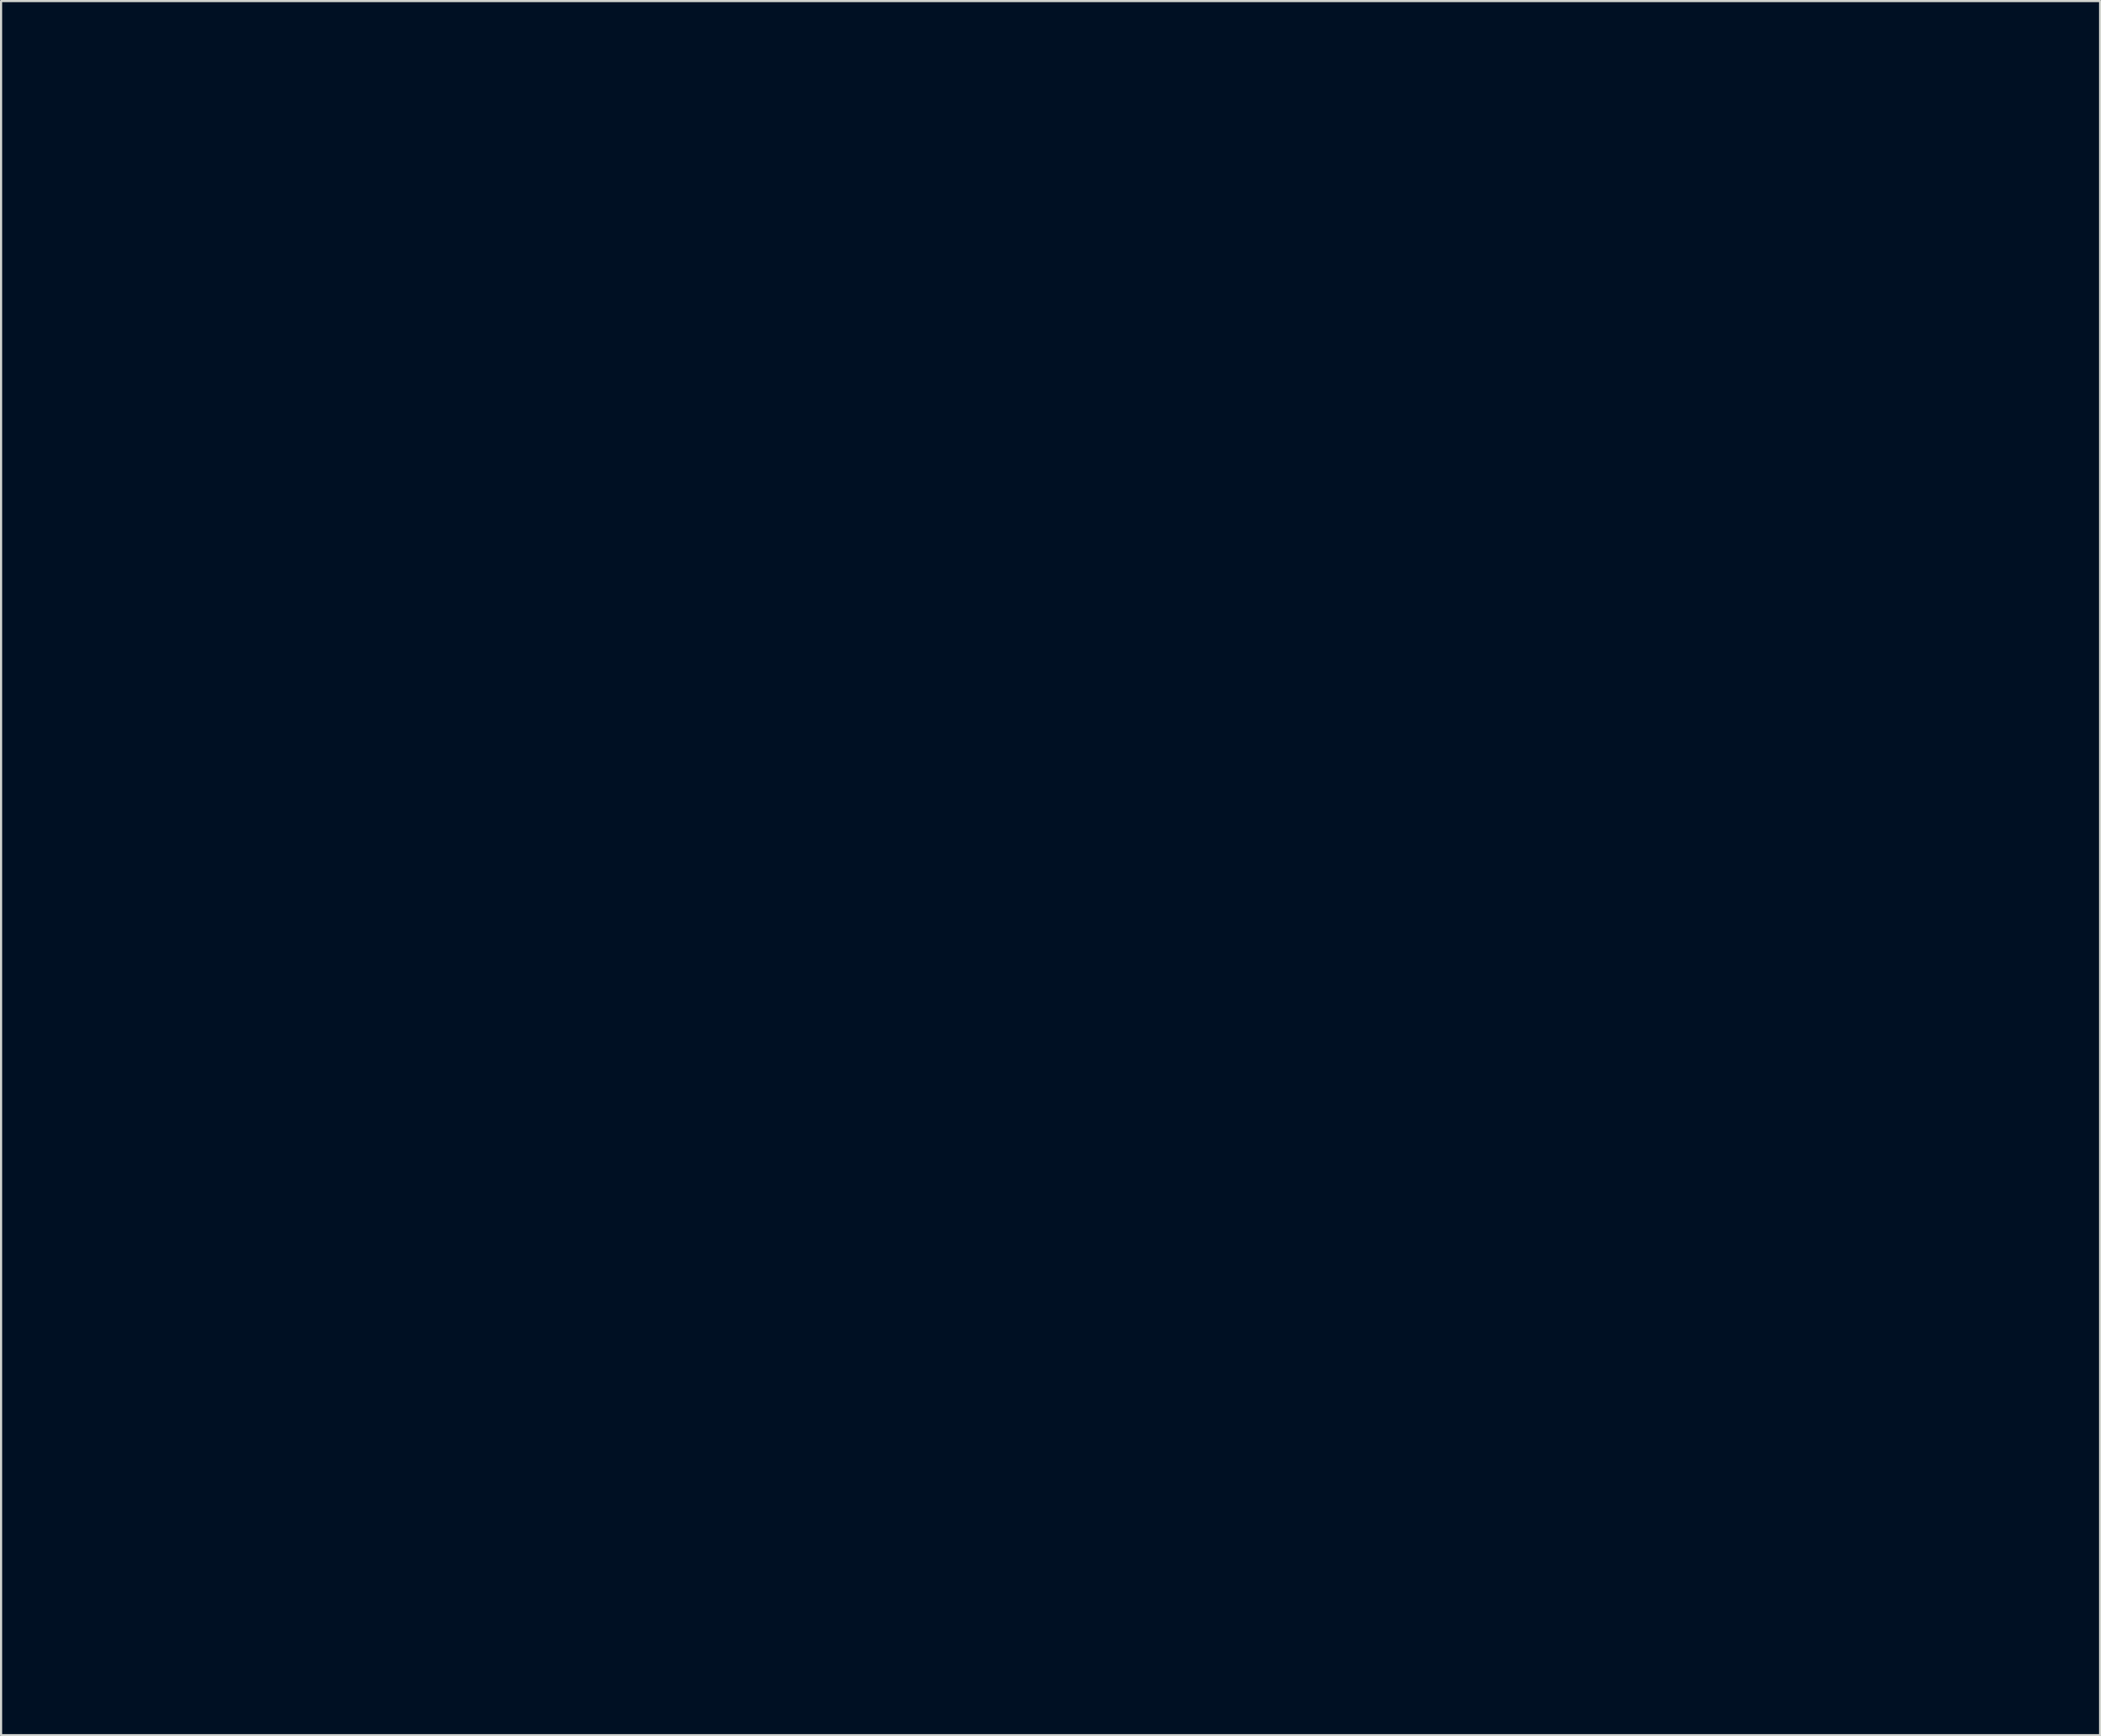
<source format=kicad_pcb>
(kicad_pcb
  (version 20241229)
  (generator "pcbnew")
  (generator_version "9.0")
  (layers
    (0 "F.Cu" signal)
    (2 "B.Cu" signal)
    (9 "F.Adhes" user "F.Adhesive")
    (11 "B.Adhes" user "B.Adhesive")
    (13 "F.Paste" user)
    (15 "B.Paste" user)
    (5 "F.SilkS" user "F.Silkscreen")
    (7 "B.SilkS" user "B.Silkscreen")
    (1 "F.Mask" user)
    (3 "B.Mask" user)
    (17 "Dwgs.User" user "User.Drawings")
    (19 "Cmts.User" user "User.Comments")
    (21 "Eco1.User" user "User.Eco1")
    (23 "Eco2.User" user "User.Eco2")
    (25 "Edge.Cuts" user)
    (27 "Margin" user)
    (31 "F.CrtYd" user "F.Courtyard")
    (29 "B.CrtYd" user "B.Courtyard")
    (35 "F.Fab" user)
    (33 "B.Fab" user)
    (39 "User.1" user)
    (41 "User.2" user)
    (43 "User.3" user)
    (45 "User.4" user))
  (footprint "BackSolderMask"
    (layer "F.Cu")
    (at 45.916 48.574)
    (property "Reference" "BackSolderMask" (at 0 0 0) (layer "F.Mask") (effects (font (size 1.524 1.524) (thickness 0.3))))
    (attr through_hole)
    (fp_poly (pts (xy 29.083 7.906) (xy 29.051 7.938) (xy 29.02 7.906) (xy 29.051 7.874) (xy 29.083 7.906)) (stroke (width 0.01) (type solid)) (fill yes) (layer "F.Mask"))
    (fp_poly (pts (xy 31.348 7.768) (xy 31.355 7.844) (xy 31.348 7.853) (xy 31.31 7.844) (xy 31.305 7.811) (xy 31.329 7.758) (xy 31.348 7.768)) (stroke (width 0.01) (type solid)) (fill yes) (layer "F.Mask"))
    (fp_poly (pts (xy 29.508 7.209) (xy 29.472 7.255) (xy 29.379 7.354) (xy 29.338 7.353) (xy 29.337 7.342) (xy 29.38 7.289) (xy 29.448 7.231) (xy 29.523 7.176) (xy 29.508 7.209)) (stroke (width 0.01) (type solid)) (fill yes) (layer "F.Mask"))
    (fp_poly (pts (xy 30.861 9.108) (xy 30.812 9.159) (xy 30.734 9.207) (xy 30.636 9.248) (xy 30.607 9.244) (xy 30.656 9.193) (xy 30.734 9.144) (xy 30.832 9.103) (xy 30.861 9.108)) (stroke (width 0.01) (type solid)) (fill yes) (layer "F.Mask"))
    (fp_poly (pts (xy 29.154 8.62) (xy 29.236 8.731) (xy 29.303 8.849) (xy 29.307 8.891) (xy 29.251 8.84) (xy 29.228 8.811) (xy 29.138 8.68) (xy 29.096 8.591) (xy 29.104 8.572) (xy 29.154 8.62)) (stroke (width 0.01) (type solid)) (fill yes) (layer "F.Mask"))
    (fp_poly (pts (xy 29.637 9.04) (xy 29.894 9.1) (xy 29.91 9.104) (xy 30.142 9.171) (xy 30.319 9.232) (xy 30.41 9.277) (xy 30.416 9.286) (xy 30.362 9.327) (xy 30.224 9.332) (xy 30.037 9.306) (xy 29.839 9.251) (xy 29.742 9.213) (xy 29.54 9.112) (xy 29.457 9.048) (xy 29.49 9.023) (xy 29.637 9.04)) (stroke (width 0.01) (type solid)) (fill yes) (layer "F.Mask"))
    (fp_poly (pts (xy 30.486 7.015) (xy 30.688 7.072) (xy 30.827 7.15) (xy 30.971 7.26) (xy 31.097 7.377) (xy 31.182 7.479) (xy 31.202 7.542) (xy 31.175 7.552) (xy 31.08 7.534) (xy 30.892 7.488) (xy 30.636 7.42) (xy 30.353 7.341) (xy 30.047 7.253) (xy 29.848 7.189) (xy 29.741 7.142) (xy 29.711 7.106) (xy 29.74 7.072) (xy 29.761 7.06) (xy 29.957 7.003) (xy 30.217 6.988) (xy 30.486 7.015)) (stroke (width 0.01) (type solid)) (fill yes) (layer "F.Mask"))
    (fp_poly (pts (xy 29.432 7.509) (xy 29.657 7.554) (xy 29.976 7.634) (xy 30.286 7.716) (xy 30.633 7.812) (xy 30.939 7.902) (xy 31.182 7.978) (xy 31.339 8.033) (xy 31.388 8.058) (xy 31.422 8.159) (xy 31.383 8.265) (xy 31.296 8.311) (xy 31.292 8.311) (xy 31.206 8.292) (xy 31.02 8.244) (xy 30.756 8.172) (xy 30.437 8.083) (xy 30.178 8.01) (xy 29.838 7.91) (xy 29.545 7.817) (xy 29.32 7.737) (xy 29.182 7.679) (xy 29.147 7.653) (xy 29.158 7.57) (xy 29.199 7.518) (xy 29.284 7.497) (xy 29.432 7.509)) (stroke (width 0.01) (type solid)) (fill yes) (layer "F.Mask"))
    (fp_poly (pts (xy -14.541 -22.38) (xy -14.533 -22.214) (xy -14.492 -22.088) (xy -14.398 -21.958) (xy -14.23 -21.786) (xy -13.958 -21.448) (xy -13.81 -21.089) (xy -13.787 -20.717) (xy -13.888 -20.34) (xy -14.078 -20.018) (xy -14.329 -19.779) (xy -14.654 -19.612) (xy -15.016 -19.529) (xy -15.377 -19.542) (xy -15.511 -19.575) (xy -15.873 -19.756) (xy -16.159 -20.025) (xy -16.353 -20.365) (xy -16.441 -20.753) (xy -16.445 -20.846) (xy -16.385 -21.228) (xy -16.204 -21.578) (xy -15.941 -21.859) (xy -15.788 -22.002) (xy -15.711 -22.125) (xy -15.686 -22.278) (xy -15.684 -22.374) (xy -15.684 -22.669) (xy -14.541 -22.669) (xy -14.541 -22.38)) (stroke (width 0.01) (type solid)) (fill yes) (layer "F.Mask"))
    (fp_poly (pts (xy 29.162 8.144) (xy 29.345 8.188) (xy 29.598 8.253) (xy 29.896 8.331) (xy 30.211 8.416) (xy 30.52 8.501) (xy 30.794 8.578) (xy 31.01 8.641) (xy 31.139 8.683) (xy 31.162 8.693) (xy 31.204 8.75) (xy 31.158 8.854) (xy 31.143 8.876) (xy 31.044 8.979) (xy 30.969 9.011) (xy 30.883 8.992) (xy 30.7 8.944) (xy 30.441 8.873) (xy 30.13 8.786) (xy 29.972 8.74) (xy 29.618 8.638) (xy 29.369 8.561) (xy 29.204 8.5) (xy 29.106 8.448) (xy 29.056 8.395) (xy 29.035 8.333) (xy 29.031 8.302) (xy 29.036 8.176) (xy 29.075 8.128) (xy 29.162 8.144)) (stroke (width 0.01) (type solid)) (fill yes) (layer "F.Mask"))
    (fp_poly (pts (xy 5.207 -8.009) (xy 5.217 -7.813) (xy 5.261 -7.691) (xy 5.366 -7.592) (xy 5.419 -7.555) (xy 5.7 -7.303) (xy 5.875 -6.997) (xy 5.954 -6.617) (xy 5.957 -6.575) (xy 5.961 -6.303) (xy 5.923 -6.095) (xy 5.851 -5.922) (xy 5.625 -5.604) (xy 5.327 -5.363) (xy 4.982 -5.211) (xy 4.616 -5.16) (xy 4.303 -5.207) (xy 3.958 -5.366) (xy 3.669 -5.609) (xy 3.528 -5.8) (xy 3.36 -6.193) (xy 3.318 -6.572) (xy 3.402 -6.935) (xy 3.611 -7.28) (xy 3.759 -7.441) (xy 3.925 -7.612) (xy 4.017 -7.742) (xy 4.056 -7.871) (xy 4.064 -8.029) (xy 4.064 -8.319) (xy 5.207 -8.319) (xy 5.207 -8.009)) (stroke (width 0.01) (type solid)) (fill yes) (layer "F.Mask"))
    (fp_poly (pts (xy 16.322 -22.783) (xy 16.33 -22.581) (xy 16.368 -22.455) (xy 16.46 -22.357) (xy 16.567 -22.28) (xy 16.828 -22.027) (xy 16.998 -21.71) (xy 17.076 -21.354) (xy 17.059 -20.985) (xy 16.944 -20.631) (xy 16.741 -20.33) (xy 16.476 -20.125) (xy 16.142 -19.991) (xy 15.777 -19.935) (xy 15.421 -19.965) (xy 15.193 -20.043) (xy 14.936 -20.222) (xy 14.703 -20.474) (xy 14.53 -20.755) (xy 14.475 -20.901) (xy 14.428 -21.299) (xy 14.505 -21.674) (xy 14.702 -22.016) (xy 14.903 -22.227) (xy 15.058 -22.382) (xy 15.138 -22.534) (xy 15.175 -22.747) (xy 15.177 -22.76) (xy 15.208 -23.082) (xy 15.764 -23.101) (xy 16.32 -23.119) (xy 16.322 -22.783)) (stroke (width 0.01) (type solid)) (fill yes) (layer "F.Mask"))
    (fp_poly (pts (xy 24.422 -26.792) (xy 24.758 -26.554) (xy 25.084 -26.196) (xy 25.123 -26.144) (xy 25.249 -25.96) (xy 25.393 -25.729) (xy 25.54 -25.48) (xy 25.673 -25.241) (xy 25.778 -25.038) (xy 25.837 -24.902) (xy 25.845 -24.867) (xy 25.797 -24.82) (xy 25.669 -24.72) (xy 25.487 -24.585) (xy 25.432 -24.546) (xy 25.165 -24.343) (xy 24.875 -24.106) (xy 24.651 -23.91) (xy 24.282 -23.568) (xy 23.862 -24.119) (xy 23.625 -24.423) (xy 23.349 -24.764) (xy 23.08 -25.085) (xy 22.982 -25.199) (xy 22.521 -25.728) (xy 22.637 -25.929) (xy 22.93 -26.352) (xy 23.252 -26.667) (xy 23.409 -26.774) (xy 23.743 -26.904) (xy 24.082 -26.909) (xy 24.422 -26.792)) (stroke (width 0.01) (type solid)) (fill yes) (layer "F.Mask"))
    (fp_poly (pts (xy -23.368 7.133) (xy -23.36 7.338) (xy -23.327 7.457) (xy -23.253 7.531) (xy -23.208 7.557) (xy -23.007 7.718) (xy -22.822 7.958) (xy -22.685 8.233) (xy -22.68 8.249) (xy -22.609 8.626) (xy -22.648 8.98) (xy -22.782 9.3) (xy -22.994 9.571) (xy -23.268 9.781) (xy -23.588 9.917) (xy -23.937 9.966) (xy -24.301 9.916) (xy -24.608 9.785) (xy -24.908 9.549) (xy -25.118 9.251) (xy -25.238 8.914) (xy -25.266 8.562) (xy -25.201 8.217) (xy -25.04 7.904) (xy -24.782 7.646) (xy -24.758 7.629) (xy -24.615 7.52) (xy -24.543 7.418) (xy -24.517 7.273) (xy -24.513 7.128) (xy -24.511 6.795) (xy -23.368 6.795) (xy -23.368 7.133)) (stroke (width 0.01) (type solid)) (fill yes) (layer "F.Mask"))
    (fp_poly (pts (xy 16.383 11.165) (xy 16.392 11.355) (xy 16.438 11.483) (xy 16.546 11.6) (xy 16.644 11.682) (xy 16.825 11.861) (xy 16.979 12.07) (xy 17.024 12.153) (xy 17.131 12.524) (xy 17.127 12.886) (xy 17.026 13.225) (xy 16.842 13.524) (xy 16.59 13.766) (xy 16.285 13.938) (xy 15.941 14.021) (xy 15.572 14.002) (xy 15.382 13.949) (xy 15.044 13.765) (xy 14.768 13.494) (xy 14.575 13.164) (xy 14.483 12.802) (xy 14.478 12.7) (xy 14.536 12.348) (xy 14.697 12.006) (xy 14.939 11.716) (xy 14.993 11.671) (xy 15.143 11.537) (xy 15.216 11.418) (xy 15.239 11.257) (xy 15.24 11.165) (xy 15.24 10.858) (xy 16.383 10.858) (xy 16.383 11.165)) (stroke (width 0.01) (type solid)) (fill yes) (layer "F.Mask"))
    (fp_poly (pts (xy 25.72 -15.7) (xy 25.731 -15.508) (xy 25.782 -15.385) (xy 25.9 -15.277) (xy 25.971 -15.227) (xy 26.248 -14.961) (xy 26.428 -14.622) (xy 26.501 -14.23) (xy 26.502 -14.161) (xy 26.442 -13.77) (xy 26.279 -13.433) (xy 26.03 -13.163) (xy 25.711 -12.973) (xy 25.341 -12.876) (xy 24.935 -12.884) (xy 24.836 -12.903) (xy 24.546 -13.024) (xy 24.273 -13.238) (xy 24.049 -13.512) (xy 23.906 -13.811) (xy 23.887 -13.882) (xy 23.862 -14.258) (xy 23.939 -14.626) (xy 24.104 -14.955) (xy 24.345 -15.213) (xy 24.445 -15.28) (xy 24.564 -15.366) (xy 24.621 -15.468) (xy 24.637 -15.635) (xy 24.638 -15.698) (xy 24.638 -16.002) (xy 25.718 -16.002) (xy 25.72 -15.7)) (stroke (width 0.01) (type solid)) (fill yes) (layer "F.Mask"))
    (fp_poly (pts (xy -19.127 -16.618) (xy -18.74 -16.445) (xy -18.328 -16.156) (xy -18.021 -15.884) (xy -17.571 -15.455) (xy -17.956 -14.76) (xy -18.134 -14.433) (xy -18.318 -14.088) (xy -18.483 -13.771) (xy -18.582 -13.573) (xy -18.719 -13.318) (xy -18.833 -13.15) (xy -18.915 -13.085) (xy -18.921 -13.085) (xy -19.007 -13.125) (xy -19.166 -13.231) (xy -19.373 -13.384) (xy -19.558 -13.532) (xy -19.84 -13.755) (xy -20.182 -14.011) (xy -20.533 -14.264) (xy -20.776 -14.432) (xy -21.455 -14.889) (xy -21.253 -15.268) (xy -21.114 -15.487) (xy -20.916 -15.748) (xy -20.694 -16.006) (xy -20.606 -16.099) (xy -20.366 -16.332) (xy -20.176 -16.487) (xy -20.006 -16.583) (xy -19.862 -16.634) (xy -19.498 -16.68) (xy -19.127 -16.618)) (stroke (width 0.01) (type solid)) (fill yes) (layer "F.Mask"))
    (fp_poly (pts (xy 35.332 2.852) (xy 35.608 3.042) (xy 35.828 3.346) (xy 35.973 3.703) (xy 36.035 3.982) (xy 36.084 4.328) (xy 36.114 4.695) (xy 36.122 5.034) (xy 36.105 5.289) (xy 36.063 5.569) (xy 35.542 5.608) (xy 35.221 5.642) (xy 34.881 5.703) (xy 34.487 5.796) (xy 34.01 5.93) (xy 33.972 5.941) (xy 33.847 5.928) (xy 33.778 5.889) (xy 33.72 5.791) (xy 33.668 5.585) (xy 33.618 5.265) (xy 33.599 5.112) (xy 33.557 4.775) (xy 33.509 4.438) (xy 33.462 4.148) (xy 33.436 4.015) (xy 33.353 3.616) (xy 33.602 3.403) (xy 33.797 3.256) (xy 34.044 3.095) (xy 34.236 2.984) (xy 34.641 2.82) (xy 35.009 2.777) (xy 35.332 2.852)) (stroke (width 0.01) (type solid)) (fill yes) (layer "F.Mask"))
    (fp_poly (pts (xy -11.493 -10.964) (xy -11.486 -10.76) (xy -11.454 -10.644) (xy -11.384 -10.577) (xy -11.341 -10.556) (xy -11.147 -10.411) (xy -10.966 -10.176) (xy -10.826 -9.889) (xy -10.786 -9.762) (xy -10.746 -9.384) (xy -10.822 -9.019) (xy -11.004 -8.691) (xy -11.28 -8.421) (xy -11.518 -8.281) (xy -11.881 -8.157) (xy -12.226 -8.145) (xy -12.533 -8.221) (xy -12.814 -8.373) (xy -13.077 -8.606) (xy -13.275 -8.876) (xy -13.301 -8.926) (xy -13.375 -9.187) (xy -13.394 -9.502) (xy -13.359 -9.812) (xy -13.295 -10.009) (xy -13.187 -10.176) (xy -13.023 -10.366) (xy -12.914 -10.471) (xy -12.755 -10.622) (xy -12.671 -10.743) (xy -12.64 -10.881) (xy -12.636 -11.009) (xy -12.636 -11.303) (xy -11.493 -11.303) (xy -11.493 -10.964)) (stroke (width 0.01) (type solid)) (fill yes) (layer "F.Mask"))
    (fp_poly (pts (xy -1.549 -3.887) (xy -1.247 -3.752) (xy -0.935 -3.547) (xy -0.651 -3.297) (xy -0.49 -3.127) (xy -0.372 -2.988) (xy -0.318 -2.908) (xy -0.318 -2.902) (xy -0.357 -2.832) (xy -0.464 -2.695) (xy -0.615 -2.517) (xy -0.664 -2.463) (xy -0.862 -2.23) (xy -1.091 -1.942) (xy -1.31 -1.648) (xy -1.378 -1.551) (xy -1.535 -1.33) (xy -1.665 -1.154) (xy -1.752 -1.045) (xy -1.778 -1.021) (xy -1.839 -1.056) (xy -1.974 -1.153) (xy -2.157 -1.292) (xy -2.223 -1.343) (xy -2.493 -1.549) (xy -2.8 -1.771) (xy -3.063 -1.954) (xy -3.49 -2.24) (xy -3.261 -2.676) (xy -2.979 -3.138) (xy -2.674 -3.502) (xy -2.354 -3.76) (xy -2.029 -3.905) (xy -1.81 -3.935) (xy -1.549 -3.887)) (stroke (width 0.01) (type solid)) (fill yes) (layer "F.Mask"))
    (fp_poly (pts (xy 26.822 -1.134) (xy 27.104 -0.934) (xy 27.327 -0.633) (xy 27.489 -0.234) (xy 27.586 0.254) (xy 27.614 0.829) (xy 27.61 0.97) (xy 27.591 1.463) (xy 26.86 1.785) (xy 26.511 1.938) (xy 26.256 2.043) (xy 26.074 2.105) (xy 25.943 2.13) (xy 25.843 2.123) (xy 25.753 2.089) (xy 25.704 2.063) (xy 25.551 1.916) (xy 25.463 1.698) (xy 25.327 1.186) (xy 25.189 0.705) (xy 25.057 0.285) (xy 24.941 -0.046) (xy 24.922 -0.095) (xy 24.841 -0.303) (xy 24.785 -0.466) (xy 24.765 -0.545) (xy 24.821 -0.628) (xy 24.971 -0.738) (xy 25.188 -0.861) (xy 25.445 -0.984) (xy 25.716 -1.093) (xy 25.974 -1.177) (xy 26.102 -1.207) (xy 26.487 -1.227) (xy 26.822 -1.134)) (stroke (width 0.01) (type solid)) (fill yes) (layer "F.Mask"))
    (fp_poly (pts (xy 33.727 16.07) (xy 33.982 16.142) (xy 34.174 16.28) (xy 34.274 16.404) (xy 34.354 16.547) (xy 34.454 16.763) (xy 34.56 17.018) (xy 34.661 17.279) (xy 34.742 17.511) (xy 34.79 17.68) (xy 34.798 17.734) (xy 34.741 17.788) (xy 34.591 17.868) (xy 34.374 17.96) (xy 34.242 18.009) (xy 33.947 18.116) (xy 33.654 18.225) (xy 33.414 18.318) (xy 33.36 18.339) (xy 33.034 18.471) (xy 32.732 17.729) (xy 32.601 17.411) (xy 32.471 17.107) (xy 32.357 16.85) (xy 32.281 16.687) (xy 32.196 16.513) (xy 32.142 16.39) (xy 32.131 16.356) (xy 32.189 16.311) (xy 32.341 16.255) (xy 32.557 16.194) (xy 32.807 16.136) (xy 33.058 16.089) (xy 33.281 16.059) (xy 33.38 16.054) (xy 33.727 16.07)) (stroke (width 0.01) (type solid)) (fill yes) (layer "F.Mask"))
    (fp_poly (pts (xy -14.897 -38.043) (xy -14.727 -37.885) (xy -14.588 -37.776) (xy -14.507 -37.735) (xy -14.5 -37.736) (xy -14.413 -37.772) (xy -14.246 -37.827) (xy -14.116 -37.867) (xy -13.785 -37.965) (xy -14.184 -37.155) (xy -13.951 -36.822) (xy -13.833 -36.649) (xy -13.755 -36.523) (xy -13.733 -36.474) (xy -13.798 -36.477) (xy -13.955 -36.5) (xy -14.168 -36.538) (xy -14.173 -36.538) (xy -14.596 -36.618) (xy -15.104 -35.926) (xy -15.142 -36.172) (xy -15.19 -36.47) (xy -15.234 -36.667) (xy -15.288 -36.789) (xy -15.363 -36.861) (xy -15.473 -36.907) (xy -15.528 -36.924) (xy -15.786 -37.006) (xy -15.924 -37.072) (xy -15.945 -37.137) (xy -15.853 -37.213) (xy -15.652 -37.312) (xy -15.639 -37.318) (xy -15.244 -37.497) (xy -15.242 -37.939) (xy -15.24 -38.381) (xy -14.897 -38.043)) (stroke (width 0.01) (type solid)) (fill yes) (layer "F.Mask"))
    (fp_poly (pts (xy 7.814 -18.163) (xy 8.174 -17.979) (xy 8.515 -17.671) (xy 8.837 -17.239) (xy 9.14 -16.682) (xy 9.334 -16.236) (xy 9.423 -16.003) (xy 9.486 -15.815) (xy 9.513 -15.702) (xy 9.513 -15.687) (xy 9.456 -15.648) (xy 9.306 -15.563) (xy 9.086 -15.443) (xy 8.816 -15.298) (xy 8.518 -15.141) (xy 8.213 -14.981) (xy 7.921 -14.831) (xy 7.665 -14.702) (xy 7.465 -14.604) (xy 7.368 -14.559) (xy 7.309 -14.592) (xy 7.174 -14.692) (xy 6.982 -14.846) (xy 6.753 -15.036) (xy 6.731 -15.054) (xy 6.427 -15.304) (xy 6.086 -15.572) (xy 5.758 -15.82) (xy 5.566 -15.958) (xy 5.326 -16.127) (xy 5.117 -16.273) (xy 4.965 -16.379) (xy 4.906 -16.421) (xy 4.876 -16.463) (xy 4.893 -16.53) (xy 4.97 -16.636) (xy 5.117 -16.798) (xy 5.34 -17.027) (xy 5.806 -17.466) (xy 6.229 -17.798) (xy 6.622 -18.03) (xy 6.997 -18.169) (xy 7.367 -18.223) (xy 7.433 -18.224) (xy 7.814 -18.163)) (stroke (width 0.01) (type solid)) (fill yes) (layer "F.Mask"))
    (fp_poly (pts (xy -29.879 13.962) (xy -29.413 14.134) (xy -28.91 14.429) (xy -28.818 14.493) (xy -28.606 14.651) (xy -28.42 14.801) (xy -28.299 14.911) (xy -28.291 14.919) (xy -28.22 15.009) (xy -28.199 15.091) (xy -28.226 15.213) (xy -28.278 15.355) (xy -28.334 15.511) (xy -28.422 15.762) (xy -28.532 16.082) (xy -28.656 16.446) (xy -28.775 16.796) (xy -28.899 17.156) (xy -29.015 17.475) (xy -29.114 17.732) (xy -29.189 17.909) (xy -29.232 17.985) (xy -29.233 17.985) (xy -29.412 18.028) (xy -29.625 17.952) (xy -29.782 17.837) (xy -29.968 17.69) (xy -30.235 17.496) (xy -30.557 17.272) (xy -30.906 17.038) (xy -31.254 16.812) (xy -31.575 16.612) (xy -31.74 16.514) (xy -31.95 16.391) (xy -32.087 16.293) (xy -32.155 16.194) (xy -32.16 16.066) (xy -32.109 15.883) (xy -32.007 15.617) (xy -31.958 15.494) (xy -31.695 14.932) (xy -31.399 14.494) (xy -31.07 14.177) (xy -30.707 13.983) (xy -30.311 13.912) (xy -29.879 13.962)) (stroke (width 0.01) (type solid)) (fill yes) (layer "F.Mask"))
    (fp_poly (pts (xy -1.524 2.956) (xy -1.516 3.124) (xy -1.477 3.247) (xy -1.385 3.368) (xy -1.217 3.527) (xy -1.211 3.532) (xy -0.936 3.854) (xy -0.78 4.211) (xy -0.746 4.591) (xy -0.834 4.981) (xy -0.903 5.133) (xy -1.118 5.421) (xy -1.414 5.642) (xy -1.76 5.784) (xy -2.125 5.834) (xy -2.477 5.78) (xy -2.508 5.769) (xy -2.855 5.581) (xy -3.124 5.315) (xy -3.306 4.992) (xy -3.394 4.635) (xy -3.377 4.268) (xy -3.352 4.2) (xy -3.014 4.2) (xy -2.953 4.431) (xy -2.828 4.622) (xy -2.775 4.667) (xy -2.564 4.752) (xy -2.327 4.754) (xy -2.118 4.677) (xy -2.048 4.62) (xy -1.908 4.393) (xy -1.869 4.149) (xy -1.922 3.916) (xy -2.055 3.721) (xy -2.257 3.592) (xy -2.465 3.556) (xy -2.626 3.606) (xy -2.801 3.732) (xy -2.944 3.895) (xy -2.991 3.986) (xy -3.014 4.2) (xy -3.352 4.2) (xy -3.248 3.911) (xy -3.226 3.873) (xy -3.087 3.678) (xy -2.93 3.513) (xy -2.865 3.462) (xy -2.745 3.366) (xy -2.684 3.249) (xy -2.657 3.063) (xy -2.654 3.018) (xy -2.635 2.699) (xy -2.08 2.68) (xy -1.524 2.662) (xy -1.524 2.956)) (stroke (width 0.01) (type solid)) (fill yes) (layer "F.Mask"))
    (fp_poly (pts (xy -6.092 -48.206) (xy -5.964 -48.068) (xy -5.906 -47.884) (xy -5.937 -47.692) (xy -5.985 -47.612) (xy -6.052 -47.574) (xy -6.225 -47.489) (xy -6.497 -47.361) (xy -6.858 -47.193) (xy -7.299 -46.99) (xy -7.811 -46.757) (xy -8.385 -46.496) (xy -9.012 -46.212) (xy -9.682 -45.909) (xy -10.387 -45.592) (xy -11.118 -45.263) (xy -11.866 -44.928) (xy -12.621 -44.59) (xy -13.374 -44.253) (xy -14.118 -43.922) (xy -14.841 -43.6) (xy -15.536 -43.292) (xy -16.194 -43.001) (xy -16.805 -42.731) (xy -17.36 -42.487) (xy -17.85 -42.273) (xy -18.267 -42.092) (xy -18.601 -41.949) (xy -18.842 -41.848) (xy -18.983 -41.793) (xy -19.016 -41.783) (xy -19.13 -41.825) (xy -19.241 -41.91) (xy -19.342 -42.083) (xy -19.36 -42.283) (xy -19.293 -42.457) (xy -19.256 -42.496) (xy -19.179 -42.539) (xy -18.995 -42.629) (xy -18.713 -42.761) (xy -18.343 -42.932) (xy -17.893 -43.138) (xy -17.374 -43.374) (xy -16.793 -43.636) (xy -16.16 -43.921) (xy -15.485 -44.224) (xy -14.776 -44.541) (xy -14.042 -44.868) (xy -13.293 -45.202) (xy -12.537 -45.537) (xy -11.785 -45.871) (xy -11.044 -46.199) (xy -10.324 -46.516) (xy -9.634 -46.82) (xy -8.983 -47.106) (xy -8.381 -47.369) (xy -7.836 -47.606) (xy -7.358 -47.813) (xy -6.955 -47.985) (xy -6.637 -48.119) (xy -6.413 -48.211) (xy -6.292 -48.256) (xy -6.275 -48.26) (xy -6.092 -48.206)) (stroke (width 0.01) (type solid)) (fill yes) (layer "F.Mask"))
    (fp_poly (pts (xy 40.307 13.18) (xy 40.558 13.298) (xy 40.736 13.485) (xy 40.78 13.576) (xy 40.866 13.773) (xy 40.989 14.068) (xy 41.146 14.45) (xy 41.334 14.909) (xy 41.547 15.436) (xy 41.783 16.021) (xy 42.036 16.654) (xy 42.304 17.325) (xy 42.583 18.024) (xy 42.868 18.742) (xy 43.156 19.468) (xy 43.443 20.194) (xy 43.724 20.908) (xy 43.997 21.601) (xy 44.257 22.263) (xy 44.499 22.885) (xy 44.722 23.457) (xy 44.919 23.968) (xy 45.088 24.409) (xy 45.225 24.77) (xy 45.325 25.042) (xy 45.386 25.214) (xy 45.403 25.274) (xy 45.354 25.474) (xy 45.232 25.692) (xy 45.068 25.876) (xy 44.956 25.954) (xy 44.677 26.029) (xy 44.378 26.002) (xy 44.126 25.89) (xy 44.089 25.861) (xy 44.049 25.82) (xy 44.005 25.759) (xy 43.953 25.673) (xy 43.891 25.553) (xy 43.814 25.394) (xy 43.721 25.187) (xy 43.608 24.926) (xy 43.473 24.603) (xy 43.311 24.212) (xy 43.122 23.746) (xy 42.9 23.197) (xy 42.644 22.559) (xy 42.35 21.825) (xy 42.015 20.986) (xy 41.637 20.038) (xy 41.612 19.975) (xy 41.287 19.158) (xy 40.975 18.372) (xy 40.68 17.627) (xy 40.405 16.93) (xy 40.153 16.289) (xy 39.928 15.713) (xy 39.732 15.211) (xy 39.569 14.789) (xy 39.442 14.457) (xy 39.354 14.222) (xy 39.309 14.093) (xy 39.303 14.072) (xy 39.302 13.819) (xy 39.361 13.629) (xy 39.496 13.444) (xy 39.513 13.425) (xy 39.754 13.242) (xy 40.029 13.161) (xy 40.307 13.18)) (stroke (width 0.01) (type solid)) (fill yes) (layer "F.Mask"))
    (fp_poly (pts (xy 11.684 -33.72) (xy 11.693 -33.524) (xy 11.737 -33.389) (xy 11.841 -33.262) (xy 11.943 -33.167) (xy 12.222 -32.857) (xy 12.385 -32.527) (xy 12.445 -32.152) (xy 12.446 -32.1) (xy 12.391 -31.662) (xy 12.227 -31.287) (xy 11.96 -30.982) (xy 11.677 -30.795) (xy 11.368 -30.687) (xy 11.011 -30.64) (xy 10.672 -30.661) (xy 10.588 -30.68) (xy 10.314 -30.809) (xy 10.04 -31.024) (xy 9.803 -31.29) (xy 9.639 -31.573) (xy 9.617 -31.632) (xy 9.55 -32.013) (xy 9.555 -32.067) (xy 9.842 -32.067) (xy 9.899 -31.711) (xy 10.056 -31.407) (xy 10.292 -31.169) (xy 10.588 -31.009) (xy 10.924 -30.937) (xy 11.279 -30.966) (xy 11.541 -31.059) (xy 11.833 -31.263) (xy 12.035 -31.535) (xy 12.145 -31.849) (xy 12.163 -32.18) (xy 12.087 -32.505) (xy 11.914 -32.798) (xy 11.681 -33.009) (xy 11.555 -33.084) (xy 11.427 -33.126) (xy 11.258 -33.142) (xy 11.01 -33.139) (xy 10.942 -33.136) (xy 10.677 -33.122) (xy 10.502 -33.097) (xy 10.379 -33.05) (xy 10.271 -32.971) (xy 10.22 -32.925) (xy 9.98 -32.621) (xy 9.859 -32.271) (xy 9.842 -32.067) (xy 9.555 -32.067) (xy 9.587 -32.401) (xy 9.718 -32.764) (xy 9.934 -33.07) (xy 10.093 -33.208) (xy 10.209 -33.309) (xy 10.269 -33.431) (xy 10.296 -33.622) (xy 10.3 -33.673) (xy 10.306 -33.782) (xy 10.604 -33.782) (xy 10.604 -33.401) (xy 11.43 -33.401) (xy 11.43 -33.782) (xy 10.604 -33.782) (xy 10.306 -33.782) (xy 10.319 -34.004) (xy 11.001 -34.022) (xy 11.684 -34.04) (xy 11.684 -33.72)) (stroke (width 0.01) (type solid)) (fill yes) (layer "F.Mask"))
    (fp_poly (pts (xy -39.548 7.007) (xy -39.287 7.12) (xy -39.083 7.316) (xy -38.961 7.582) (xy -38.945 7.667) (xy -38.942 7.716) (xy -38.946 7.775) (xy -38.961 7.85) (xy -38.989 7.95) (xy -39.034 8.08) (xy -39.098 8.248) (xy -39.185 8.46) (xy -39.297 8.723) (xy -39.438 9.044) (xy -39.611 9.43) (xy -39.817 9.888) (xy -40.062 10.424) (xy -40.346 11.046) (xy -40.674 11.76) (xy -41.049 12.573) (xy -41.473 13.493) (xy -41.627 13.826) (xy -42.005 14.645) (xy -42.371 15.434) (xy -42.72 16.185) (xy -43.048 16.891) (xy -43.353 17.542) (xy -43.63 18.132) (xy -43.876 18.652) (xy -44.086 19.094) (xy -44.257 19.45) (xy -44.385 19.713) (xy -44.466 19.873) (xy -44.494 19.92) (xy -44.632 20.051) (xy -44.821 20.165) (xy -45.014 20.239) (xy -45.148 20.249) (xy -45.229 20.229) (xy -45.305 20.21) (xy -45.578 20.08) (xy -45.782 19.86) (xy -45.895 19.579) (xy -45.91 19.423) (xy -45.883 19.325) (xy -45.801 19.113) (xy -45.665 18.787) (xy -45.475 18.349) (xy -45.231 17.798) (xy -44.934 17.136) (xy -44.583 16.362) (xy -44.18 15.479) (xy -43.724 14.485) (xy -43.298 13.562) (xy -42.839 12.569) (xy -42.431 11.684) (xy -42.07 10.902) (xy -41.752 10.216) (xy -41.476 9.619) (xy -41.237 9.106) (xy -41.033 8.669) (xy -40.86 8.303) (xy -40.716 8.001) (xy -40.597 7.756) (xy -40.5 7.563) (xy -40.422 7.414) (xy -40.36 7.303) (xy -40.31 7.225) (xy -40.27 7.172) (xy -40.237 7.138) (xy -40.207 7.116) (xy -40.177 7.101) (xy -40.144 7.086) (xy -40.135 7.082) (xy -39.839 6.99) (xy -39.548 7.007)) (stroke (width 0.01) (type solid)) (fill yes) (layer "F.Mask"))
    (fp_poly (pts (xy -30.151 -24.203) (xy -30.073 -24.125) (xy -29.966 -23.962) (xy -29.911 -23.807) (xy -29.909 -23.781) (xy -29.946 -23.697) (xy -30.059 -23.515) (xy -30.243 -23.236) (xy -30.498 -22.866) (xy -30.82 -22.406) (xy -31.209 -21.86) (xy -31.661 -21.231) (xy -32.175 -20.521) (xy -32.375 -20.246) (xy -32.781 -19.688) (xy -33.252 -19.041) (xy -33.778 -18.319) (xy -34.348 -17.536) (xy -34.953 -16.705) (xy -35.582 -15.841) (xy -36.225 -14.958) (xy -36.873 -14.069) (xy -37.514 -13.188) (xy -38.14 -12.33) (xy -38.723 -11.528) (xy -39.258 -10.795) (xy -39.773 -10.091) (xy -40.265 -9.421) (xy -40.727 -8.794) (xy -41.154 -8.215) (xy -41.542 -7.693) (xy -41.886 -7.233) (xy -42.179 -6.843) (xy -42.418 -6.529) (xy -42.596 -6.299) (xy -42.71 -6.159) (xy -42.75 -6.117) (xy -42.944 -6.046) (xy -43.141 -6.067) (xy -43.228 -6.098) (xy -43.377 -6.214) (xy -43.488 -6.398) (xy -43.538 -6.6) (xy -43.515 -6.75) (xy -43.469 -6.821) (xy -43.352 -6.989) (xy -43.17 -7.246) (xy -42.927 -7.585) (xy -42.628 -8.001) (xy -42.278 -8.487) (xy -41.881 -9.036) (xy -41.443 -9.642) (xy -40.968 -10.298) (xy -40.461 -10.997) (xy -39.927 -11.733) (xy -39.37 -12.5) (xy -38.795 -13.291) (xy -38.207 -14.099) (xy -37.611 -14.919) (xy -37.011 -15.742) (xy -36.412 -16.563) (xy -35.82 -17.376) (xy -35.238 -18.173) (xy -34.672 -18.948) (xy -34.126 -19.695) (xy -33.605 -20.407) (xy -33.114 -21.078) (xy -32.658 -21.701) (xy -32.241 -22.269) (xy -31.868 -22.775) (xy -31.544 -23.215) (xy -31.274 -23.58) (xy -31.062 -23.864) (xy -30.913 -24.061) (xy -30.832 -24.164) (xy -30.82 -24.178) (xy -30.6 -24.305) (xy -30.368 -24.313) (xy -30.151 -24.203)) (stroke (width 0.01) (type solid)) (fill yes) (layer "F.Mask"))
    (fp_poly (pts (xy 33.493 -3.575) (xy 33.659 -3.451) (xy 33.711 -3.383) (xy 33.832 -3.219) (xy 34.018 -2.965) (xy 34.262 -2.627) (xy 34.56 -2.213) (xy 34.908 -1.729) (xy 35.3 -1.182) (xy 35.732 -0.579) (xy 36.199 0.073) (xy 36.695 0.768) (xy 37.217 1.498) (xy 37.76 2.258) (xy 38.318 3.04) (xy 38.887 3.837) (xy 39.462 4.644) (xy 40.037 5.452) (xy 40.61 6.255) (xy 41.173 7.047) (xy 41.723 7.82) (xy 42.255 8.568) (xy 42.764 9.285) (xy 43.245 9.962) (xy 43.694 10.595) (xy 44.104 11.174) (xy 44.473 11.695) (xy 44.794 12.15) (xy 45.063 12.533) (xy 45.276 12.836) (xy 45.427 13.053) (xy 45.511 13.178) (xy 45.527 13.203) (xy 45.599 13.456) (xy 45.565 13.705) (xy 45.443 13.925) (xy 45.251 14.091) (xy 45.008 14.178) (xy 44.799 14.176) (xy 44.652 14.12) (xy 44.536 14.047) (xy 44.48 13.98) (xy 44.356 13.816) (xy 44.169 13.562) (xy 43.922 13.224) (xy 43.622 12.81) (xy 43.273 12.326) (xy 42.879 11.778) (xy 42.446 11.174) (xy 41.978 10.521) (xy 41.48 9.824) (xy 40.957 9.09) (xy 40.413 8.328) (xy 39.854 7.542) (xy 39.284 6.74) (xy 38.707 5.929) (xy 38.13 5.115) (xy 37.556 4.305) (xy 36.99 3.506) (xy 36.437 2.725) (xy 35.902 1.968) (xy 35.389 1.241) (xy 34.904 0.553) (xy 34.451 -0.091) (xy 34.035 -0.684) (xy 33.661 -1.219) (xy 33.333 -1.689) (xy 33.056 -2.088) (xy 32.836 -2.408) (xy 32.676 -2.644) (xy 32.582 -2.788) (xy 32.557 -2.832) (xy 32.531 -3.021) (xy 32.588 -3.219) (xy 32.602 -3.251) (xy 32.769 -3.476) (xy 32.993 -3.609) (xy 33.245 -3.644) (xy 33.493 -3.575)) (stroke (width 0.01) (type solid)) (fill yes) (layer "F.Mask"))
    (fp_poly (pts (xy -36.546 -7.938) (xy -36.295 -7.798) (xy -36.129 -7.584) (xy -36.068 -7.322) (xy -36.068 -7.318) (xy -36.08 -7.264) (xy -36.118 -7.167) (xy -36.184 -7.022) (xy -36.28 -6.824) (xy -36.41 -6.569) (xy -36.576 -6.252) (xy -36.78 -5.868) (xy -37.025 -5.412) (xy -37.313 -4.881) (xy -37.647 -4.268) (xy -38.03 -3.57) (xy -38.464 -2.782) (xy -38.951 -1.899) (xy -39.495 -0.916) (xy -40.097 0.171) (xy -40.332 0.595) (xy -40.841 1.513) (xy -41.335 2.402) (xy -41.81 3.255) (xy -42.262 4.066) (xy -42.688 4.829) (xy -43.084 5.536) (xy -43.446 6.182) (xy -43.772 6.76) (xy -44.056 7.263) (xy -44.296 7.685) (xy -44.488 8.02) (xy -44.627 8.26) (xy -44.712 8.4) (xy -44.735 8.434) (xy -44.914 8.55) (xy -45.146 8.612) (xy -45.376 8.608) (xy -45.498 8.566) (xy -45.719 8.374) (xy -45.83 8.118) (xy -45.844 7.969) (xy -45.837 7.921) (xy -45.815 7.849) (xy -45.775 7.747) (xy -45.714 7.61) (xy -45.628 7.434) (xy -45.516 7.211) (xy -45.375 6.938) (xy -45.2 6.609) (xy -44.99 6.218) (xy -44.742 5.76) (xy -44.453 5.23) (xy -44.119 4.623) (xy -43.739 3.932) (xy -43.309 3.154) (xy -42.826 2.281) (xy -42.288 1.31) (xy -41.691 0.235) (xy -41.543 -0.032) (xy -40.941 -1.116) (xy -40.398 -2.095) (xy -39.909 -2.973) (xy -39.473 -3.757) (xy -39.085 -4.452) (xy -38.743 -5.063) (xy -38.443 -5.596) (xy -38.183 -6.056) (xy -37.959 -6.449) (xy -37.768 -6.781) (xy -37.607 -7.056) (xy -37.473 -7.28) (xy -37.362 -7.459) (xy -37.271 -7.599) (xy -37.198 -7.704) (xy -37.139 -7.78) (xy -37.09 -7.833) (xy -37.049 -7.868) (xy -37.013 -7.891) (xy -37.005 -7.895) (xy -36.824 -7.967) (xy -36.673 -7.972) (xy -36.546 -7.938)) (stroke (width 0.01) (type solid)) (fill yes) (layer "F.Mask"))
    (fp_poly (pts (xy -16.583 -39.918) (xy -16.399 -39.825) (xy -16.262 -39.67) (xy -16.191 -39.474) (xy -16.204 -39.259) (xy -16.32 -39.047) (xy -16.335 -39.029) (xy -16.399 -38.973) (xy -16.555 -38.839) (xy -16.799 -38.634) (xy -17.126 -38.359) (xy -17.53 -38.02) (xy -18.008 -37.621) (xy -18.553 -37.167) (xy -19.162 -36.66) (xy -19.828 -36.105) (xy -20.547 -35.507) (xy -21.314 -34.87) (xy -22.124 -34.198) (xy -22.972 -33.494) (xy -23.852 -32.764) (xy -24.761 -32.01) (xy -25.261 -31.596) (xy -26.355 -30.69) (xy -27.356 -29.861) (xy -28.267 -29.107) (xy -29.094 -28.424) (xy -29.84 -27.808) (xy -30.509 -27.256) (xy -31.106 -26.764) (xy -31.636 -26.33) (xy -32.101 -25.949) (xy -32.508 -25.619) (xy -32.859 -25.336) (xy -33.159 -25.095) (xy -33.412 -24.895) (xy -33.623 -24.732) (xy -33.796 -24.601) (xy -33.935 -24.5) (xy -34.044 -24.426) (xy -34.127 -24.374) (xy -34.19 -24.341) (xy -34.235 -24.325) (xy -34.265 -24.32) (xy -34.508 -24.376) (xy -34.642 -24.476) (xy -34.782 -24.684) (xy -34.796 -24.904) (xy -34.684 -25.138) (xy -34.528 -25.314) (xy -34.454 -25.379) (xy -34.288 -25.519) (xy -34.037 -25.73) (xy -33.707 -26.007) (xy -33.303 -26.344) (xy -32.832 -26.737) (xy -32.3 -27.18) (xy -31.714 -27.668) (xy -31.078 -28.197) (xy -30.4 -28.76) (xy -29.685 -29.354) (xy -28.94 -29.973) (xy -28.17 -30.612) (xy -27.382 -31.266) (xy -26.582 -31.93) (xy -25.775 -32.599) (xy -24.969 -33.267) (xy -24.168 -33.931) (xy -23.38 -34.584) (xy -22.611 -35.221) (xy -21.865 -35.838) (xy -21.15 -36.43) (xy -20.472 -36.991) (xy -19.836 -37.517) (xy -19.249 -38.002) (xy -18.717 -38.441) (xy -18.246 -38.829) (xy -17.842 -39.161) (xy -17.512 -39.433) (xy -17.26 -39.639) (xy -17.094 -39.773) (xy -17.02 -39.832) (xy -17.02 -39.832) (xy -16.796 -39.928) (xy -16.583 -39.918)) (stroke (width 0.01) (type solid)) (fill yes) (layer "F.Mask"))
    (fp_poly (pts (xy 25.658 -20.874) (xy 25.686 -20.854) (xy 25.738 -20.798) (xy 25.87 -20.653) (xy 26.077 -20.424) (xy 26.352 -20.118) (xy 26.692 -19.738) (xy 27.092 -19.292) (xy 27.545 -18.784) (xy 28.048 -18.221) (xy 28.595 -17.608) (xy 29.182 -16.95) (xy 29.803 -16.254) (xy 30.453 -15.524) (xy 31.128 -14.767) (xy 31.822 -13.987) (xy 32.53 -13.192) (xy 33.248 -12.385) (xy 33.97 -11.574) (xy 34.691 -10.763) (xy 35.407 -9.958) (xy 36.112 -9.164) (xy 36.802 -8.388) (xy 37.47 -7.635) (xy 38.114 -6.911) (xy 38.726 -6.221) (xy 39.303 -5.57) (xy 39.839 -4.965) (xy 40.33 -4.411) (xy 40.77 -3.914) (xy 41.155 -3.478) (xy 41.478 -3.111) (xy 41.577 -2.999) (xy 41.82 -2.708) (xy 41.972 -2.48) (xy 42.038 -2.297) (xy 42.022 -2.139) (xy 41.931 -1.986) (xy 41.851 -1.9) (xy 41.662 -1.756) (xy 41.479 -1.721) (xy 41.282 -1.797) (xy 41.052 -1.984) (xy 40.982 -2.059) (xy 40.831 -2.224) (xy 40.605 -2.474) (xy 40.308 -2.805) (xy 39.943 -3.212) (xy 39.516 -3.689) (xy 39.03 -4.233) (xy 38.49 -4.838) (xy 37.9 -5.499) (xy 37.265 -6.212) (xy 36.588 -6.973) (xy 35.874 -7.775) (xy 35.128 -8.614) (xy 34.352 -9.486) (xy 33.553 -10.385) (xy 32.801 -11.233) (xy 31.831 -12.325) (xy 30.942 -13.326) (xy 30.131 -14.241) (xy 29.394 -15.073) (xy 28.727 -15.826) (xy 28.127 -16.504) (xy 27.592 -17.111) (xy 27.116 -17.652) (xy 26.697 -18.129) (xy 26.331 -18.548) (xy 26.015 -18.912) (xy 25.745 -19.225) (xy 25.519 -19.491) (xy 25.331 -19.714) (xy 25.179 -19.899) (xy 25.06 -20.048) (xy 24.97 -20.167) (xy 24.905 -20.259) (xy 24.862 -20.328) (xy 24.838 -20.378) (xy 24.829 -20.414) (xy 24.828 -20.421) (xy 24.881 -20.661) (xy 25.02 -20.842) (xy 25.216 -20.947) (xy 25.438 -20.963) (xy 25.658 -20.874)) (stroke (width 0.01) (type solid)) (fill yes) (layer "F.Mask"))
    (fp_poly (pts (xy 13.211 -40.138) (xy 13.455 -39.971) (xy 13.539 -39.899) (xy 13.776 -39.685) (xy 14.097 -39.389) (xy 14.495 -39.017) (xy 14.963 -38.575) (xy 15.496 -38.069) (xy 16.085 -37.507) (xy 16.725 -36.894) (xy 17.409 -36.238) (xy 18.129 -35.543) (xy 18.881 -34.818) (xy 19.656 -34.068) (xy 20.448 -33.3) (xy 21.25 -32.52) (xy 22.056 -31.735) (xy 22.859 -30.951) (xy 23.652 -30.174) (xy 24.351 -29.488) (xy 24.887 -28.959) (xy 25.458 -28.394) (xy 26.056 -27.799) (xy 26.673 -27.182) (xy 27.302 -26.55) (xy 27.936 -25.912) (xy 28.567 -25.275) (xy 29.189 -24.647) (xy 29.792 -24.034) (xy 30.37 -23.445) (xy 30.916 -22.887) (xy 31.421 -22.368) (xy 31.879 -21.895) (xy 32.282 -21.476) (xy 32.623 -21.119) (xy 32.894 -20.831) (xy 33.087 -20.619) (xy 33.173 -20.52) (xy 33.345 -20.258) (xy 33.398 -20.028) (xy 33.332 -19.821) (xy 33.245 -19.714) (xy 33.032 -19.573) (xy 32.8 -19.557) (xy 32.552 -19.667) (xy 32.358 -19.828) (xy 32.228 -19.959) (xy 32.029 -20.163) (xy 31.781 -20.42) (xy 31.503 -20.709) (xy 31.214 -21.012) (xy 31.208 -21.018) (xy 30.699 -21.548) (xy 30.106 -22.158) (xy 29.438 -22.839) (xy 28.703 -23.583) (xy 27.909 -24.383) (xy 27.064 -25.229) (xy 26.177 -26.115) (xy 25.256 -27.031) (xy 24.308 -27.97) (xy 23.343 -28.923) (xy 22.369 -29.883) (xy 21.393 -30.841) (xy 20.424 -31.789) (xy 19.471 -32.719) (xy 18.54 -33.623) (xy 17.642 -34.492) (xy 16.783 -35.319) (xy 15.972 -36.096) (xy 15.431 -36.612) (xy 14.841 -37.172) (xy 14.336 -37.652) (xy 13.91 -38.057) (xy 13.556 -38.396) (xy 13.267 -38.674) (xy 13.036 -38.899) (xy 12.856 -39.078) (xy 12.721 -39.216) (xy 12.624 -39.322) (xy 12.558 -39.402) (xy 12.517 -39.462) (xy 12.493 -39.51) (xy 12.481 -39.552) (xy 12.472 -39.596) (xy 12.47 -39.606) (xy 12.461 -39.757) (xy 12.517 -39.882) (xy 12.624 -40.002) (xy 12.815 -40.151) (xy 13.004 -40.197) (xy 13.211 -40.138)) (stroke (width 0.01) (type solid)) (fill yes) (layer "F.Mask"))
    (fp_poly (pts (xy 9.621 -22.944) (xy 9.741 -22.812) (xy 9.878 -22.588) (xy 9.975 -22.412) (xy 10.186 -22.636) (xy 10.343 -22.781) (xy 10.465 -22.856) (xy 10.533 -22.851) (xy 10.541 -22.82) (xy 10.502 -22.754) (xy 10.402 -22.629) (xy 10.319 -22.534) (xy 10.19 -22.366) (xy 10.11 -22.21) (xy 10.096 -22.145) (xy 10.079 -21.967) (xy 10.054 -21.844) (xy 10.046 -21.774) (xy 10.084 -21.782) (xy 10.181 -21.875) (xy 10.284 -21.988) (xy 10.499 -22.209) (xy 10.674 -22.351) (xy 10.798 -22.404) (xy 10.841 -22.391) (xy 10.817 -22.332) (xy 10.723 -22.205) (xy 10.578 -22.035) (xy 10.521 -21.972) (xy 10.236 -21.609) (xy 10.074 -21.27) (xy 10.033 -21.017) (xy 10.087 -20.928) (xy 10.216 -20.85) (xy 10.219 -20.849) (xy 10.365 -20.812) (xy 10.469 -20.854) (xy 10.534 -20.915) (xy 10.718 -21.198) (xy 10.844 -21.588) (xy 10.894 -21.894) (xy 10.933 -22.143) (xy 10.975 -22.269) (xy 11.012 -22.276) (xy 11.037 -22.17) (xy 11.042 -21.952) (xy 11.035 -21.818) (xy 11.023 -21.579) (xy 11.025 -21.445) (xy 11.046 -21.394) (xy 11.092 -21.402) (xy 11.113 -21.415) (xy 11.275 -21.574) (xy 11.379 -21.825) (xy 11.423 -22.063) (xy 11.463 -22.27) (xy 11.509 -22.355) (xy 11.551 -22.322) (xy 11.576 -22.176) (xy 11.577 -22.009) (xy 11.565 -21.671) (xy 11.854 -21.725) (xy 12.038 -21.751) (xy 12.17 -21.752) (xy 12.199 -21.744) (xy 12.257 -21.671) (xy 12.206 -21.611) (xy 12.081 -21.59) (xy 11.8 -21.555) (xy 11.518 -21.467) (xy 11.298 -21.343) (xy 11.292 -21.339) (xy 11.223 -21.279) (xy 11.21 -21.245) (xy 11.271 -21.233) (xy 11.424 -21.239) (xy 11.645 -21.255) (xy 11.898 -21.27) (xy 12.046 -21.268) (xy 12.112 -21.246) (xy 12.116 -21.203) (xy 12.038 -21.144) (xy 11.842 -21.099) (xy 11.615 -21.073) (xy 11.354 -21.042) (xy 11.117 -21.001) (xy 10.956 -20.958) (xy 10.954 -20.958) (xy 10.725 -20.839) (xy 10.578 -20.704) (xy 10.517 -20.573) (xy 10.549 -20.464) (xy 10.677 -20.396) (xy 10.804 -20.384) (xy 11.11 -20.425) (xy 11.436 -20.556) (xy 11.805 -20.786) (xy 11.827 -20.802) (xy 12.023 -20.926) (xy 12.157 -20.979) (xy 12.202 -20.97) (xy 12.228 -20.932) (xy 12.213 -20.886) (xy 12.142 -20.818) (xy 11.998 -20.713) (xy 11.766 -20.554) (xy 11.748 -20.542) (xy 11.398 -20.307) (xy 11.675 -20.34) (xy 11.89 -20.394) (xy 12.136 -20.497) (xy 12.271 -20.571) (xy 12.446 -20.672) (xy 12.575 -20.73) (xy 12.623 -20.736) (xy 12.613 -20.668) (xy 12.526 -20.56) (xy 12.392 -20.442) (xy 12.241 -20.344) (xy 12.24 -20.344) (xy 12.065 -20.253) (xy 12.287 -20.058) (xy 12.42 -19.923) (xy 12.5 -19.808) (xy 12.509 -19.774) (xy 12.479 -19.693) (xy 12.388 -19.723) (xy 12.251 -19.85) (xy 11.981 -20.069) (xy 11.691 -20.181) (xy 11.564 -20.193) (xy 11.374 -20.193) (xy 11.72 -19.866) (xy 11.887 -19.697) (xy 12.01 -19.553) (xy 12.064 -19.46) (xy 12.065 -19.454) (xy 12.038 -19.375) (xy 11.955 -19.406) (xy 11.815 -19.549) (xy 11.761 -19.615) (xy 11.58 -19.79) (xy 11.341 -19.959) (xy 11.086 -20.096) (xy 10.854 -20.179) (xy 10.749 -20.193) (xy 10.605 -20.139) (xy 10.516 -20.007) (xy 10.505 -19.841) (xy 10.532 -19.765) (xy 10.675 -19.617) (xy 10.921 -19.496) (xy 11.246 -19.408) (xy 11.525 -19.372) (xy 11.779 -19.34) (xy 11.911 -19.302) (xy 11.924 -19.264) (xy 11.821 -19.234) (xy 11.607 -19.217) (xy 11.443 -19.217) (xy 11.207 -19.219) (xy 11.077 -19.212) (xy 11.034 -19.189) (xy 11.056 -19.143) (xy 11.093 -19.1) (xy 11.263 -18.951) (xy 11.471 -18.859) (xy 11.734 -18.806) (xy 11.928 -18.762) (xy 12.001 -18.713) (xy 11.957 -18.671) (xy 11.801 -18.65) (xy 11.681 -18.651) (xy 11.366 -18.665) (xy 11.407 -18.318) (xy 11.425 -18.116) (xy 11.415 -18.011) (xy 11.373 -17.973) (xy 11.343 -17.971) (xy 11.267 -18.012) (xy 11.24 -18.151) (xy 11.239 -18.177) (xy 11.197 -18.519) (xy 11.081 -18.826) (xy 11.001 -18.95) (xy 10.88 -19.103) (xy 10.909 -18.6) (xy 10.917 -18.314) (xy 10.903 -18.151) (xy 10.873 -18.11) (xy 10.832 -18.19) (xy 10.785 -18.39) (xy 10.746 -18.633) (xy 10.687 -18.957) (xy 10.604 -19.257) (xy 10.507 -19.505) (xy 10.407 -19.669) (xy 10.362 -19.709) (xy 10.264 -19.721) (xy 10.171 -19.706) (xy 10.063 -19.621) (xy 10.029 -19.453) (xy 10.064 -19.219) (xy 10.163 -18.939) (xy 10.324 -18.629) (xy 10.486 -18.38) (xy 10.591 -18.218) (xy 10.647 -18.098) (xy 10.648 -18.057) (xy 10.567 -18.059) (xy 10.437 -18.177) (xy 10.258 -18.41) (xy 10.218 -18.469) (xy 10.018 -18.764) (xy 10.05 -18.463) (xy 10.143 -18.121) (xy 10.255 -17.934) (xy 10.359 -17.768) (xy 10.378 -17.661) (xy 10.369 -17.646) (xy 10.286 -17.639) (xy 10.215 -17.699) (xy 10.112 -17.836) (xy 10.011 -17.987) (xy 9.903 -18.162) (xy 9.707 -17.939) (xy 9.573 -17.806) (xy 9.458 -17.726) (xy 9.423 -17.716) (xy 9.342 -17.747) (xy 9.372 -17.838) (xy 9.499 -17.975) (xy 9.718 -18.244) (xy 9.83 -18.532) (xy 9.842 -18.66) (xy 9.842 -18.848) (xy 9.509 -18.503) (xy 9.337 -18.328) (xy 9.223 -18.231) (xy 9.139 -18.198) (xy 9.057 -18.214) (xy 9.002 -18.238) (xy 8.932 -18.282) (xy 9.017 -18.282) (xy 9.245 -18.455) (xy 9.409 -18.613) (xy 9.577 -18.826) (xy 9.657 -18.95) (xy 9.8 -19.258) (xy 9.839 -19.494) (xy 9.772 -19.661) (xy 9.673 -19.732) (xy 9.535 -19.772) (xy 9.422 -19.738) (xy 9.314 -19.616) (xy 9.192 -19.39) (xy 9.166 -19.336) (xy 9.04 -18.934) (xy 9.018 -18.65) (xy 9.017 -18.282) (xy 8.932 -18.282) (xy 8.892 -18.307) (xy 8.841 -18.406) (xy 8.827 -18.582) (xy 8.827 -18.606) (xy 8.841 -18.841) (xy 8.877 -19.064) (xy 8.888 -19.107) (xy 8.95 -19.323) (xy 8.785 -19.171) (xy 8.588 -18.917) (xy 8.469 -18.612) (xy 8.445 -18.417) (xy 8.429 -18.282) (xy 8.388 -18.225) (xy 8.386 -18.224) (xy 8.315 -18.28) (xy 8.285 -18.426) (xy 8.302 -18.631) (xy 8.312 -18.675) (xy 8.364 -18.903) (xy 8.072 -18.849) (xy 7.815 -18.818) (xy 7.666 -18.843) (xy 7.62 -18.921) (xy 7.676 -18.966) (xy 7.811 -18.987) (xy 7.826 -18.987) (xy 8.108 -19.016) (xy 8.369 -19.091) (xy 8.562 -19.199) (xy 8.596 -19.231) (xy 8.643 -19.29) (xy 8.637 -19.323) (xy 8.558 -19.334) (xy 8.384 -19.328) (xy 8.225 -19.318) (xy 7.958 -19.309) (xy 7.795 -19.323) (xy 7.747 -19.352) (xy 7.808 -19.435) (xy 7.987 -19.482) (xy 8.217 -19.494) (xy 8.494 -19.52) (xy 8.794 -19.589) (xy 9.068 -19.685) (xy 9.266 -19.796) (xy 9.273 -19.801) (xy 9.374 -19.925) (xy 9.37 -20.054) (xy 9.275 -20.168) (xy 9.099 -20.204) (xy 8.856 -20.164) (xy 8.563 -20.053) (xy 8.234 -19.874) (xy 8.017 -19.729) (xy 7.858 -19.628) (xy 7.742 -19.577) (xy 7.705 -19.579) (xy 7.709 -19.654) (xy 7.806 -19.772) (xy 7.974 -19.914) (xy 8.191 -20.057) (xy 8.353 -20.154) (xy 8.414 -20.207) (xy 8.387 -20.232) (xy 8.309 -20.244) (xy 8.082 -20.219) (xy 7.796 -20.105) (xy 7.514 -19.94) (xy 7.358 -19.856) (xy 7.282 -19.853) (xy 7.286 -19.912) (xy 7.369 -20.016) (xy 7.517 -20.137) (xy 7.801 -20.338) (xy 7.789 -20.349) (xy 9.505 -20.349) (xy 9.535 -20.127) (xy 9.656 -19.942) (xy 9.837 -19.848) (xy 10.043 -19.849) (xy 10.24 -19.949) (xy 10.303 -20.012) (xy 10.402 -20.215) (xy 10.381 -20.427) (xy 10.258 -20.609) (xy 10.097 -20.733) (xy 9.939 -20.755) (xy 9.757 -20.694) (xy 9.579 -20.552) (xy 9.505 -20.349) (xy 7.789 -20.349) (xy 7.583 -20.543) (xy 7.437 -20.702) (xy 7.368 -20.822) (xy 7.387 -20.886) (xy 7.418 -20.892) (xy 7.493 -20.849) (xy 7.606 -20.745) (xy 7.625 -20.725) (xy 7.854 -20.542) (xy 8.126 -20.42) (xy 8.347 -20.384) (xy 8.419 -20.391) (xy 8.432 -20.424) (xy 8.377 -20.501) (xy 8.243 -20.638) (xy 8.151 -20.727) (xy 7.968 -20.92) (xy 7.861 -21.065) (xy 7.843 -21.146) (xy 7.912 -21.149) (xy 8.054 -21.05) (xy 8.215 -20.901) (xy 8.506 -20.65) (xy 8.781 -20.48) (xy 9.025 -20.396) (xy 9.223 -20.402) (xy 9.362 -20.501) (xy 9.39 -20.55) (xy 9.433 -20.69) (xy 9.391 -20.798) (xy 9.353 -20.843) (xy 9.123 -21.025) (xy 8.814 -21.144) (xy 8.419 -21.205) (xy 8.169 -21.236) (xy 8.006 -21.28) (xy 7.953 -21.32) (xy 7.992 -21.365) (xy 8.123 -21.392) (xy 8.309 -21.401) (xy 8.516 -21.39) (xy 8.71 -21.361) (xy 8.806 -21.333) (xy 8.906 -21.299) (xy 8.93 -21.308) (xy 8.874 -21.377) (xy 8.753 -21.5) (xy 8.577 -21.654) (xy 8.403 -21.733) (xy 8.198 -21.766) (xy 7.989 -21.8) (xy 7.885 -21.849) (xy 7.894 -21.907) (xy 7.971 -21.949) (xy 8.093 -21.958) (xy 8.27 -21.934) (xy 8.307 -21.925) (xy 8.547 -21.864) (xy 8.521 -22.235) (xy 8.517 -22.467) (xy 8.541 -22.586) (xy 8.582 -22.588) (xy 8.628 -22.47) (xy 8.663 -22.279) (xy 8.721 -21.997) (xy 8.808 -21.757) (xy 8.91 -21.595) (xy 8.953 -21.559) (xy 8.983 -21.595) (xy 8.99 -21.751) (xy 8.975 -22.008) (xy 8.957 -22.257) (xy 8.959 -22.401) (xy 8.981 -22.464) (xy 9.023 -22.467) (xy 9.084 -22.383) (xy 9.131 -22.176) (xy 9.153 -21.992) (xy 9.204 -21.657) (xy 9.292 -21.343) (xy 9.403 -21.086) (xy 9.525 -20.918) (xy 9.534 -20.91) (xy 9.662 -20.862) (xy 9.799 -20.884) (xy 9.892 -20.961) (xy 9.906 -21.014) (xy 9.869 -21.249) (xy 9.771 -21.54) (xy 9.628 -21.848) (xy 9.463 -22.12) (xy 9.319 -22.328) (xy 9.24 -22.454) (xy 9.219 -22.517) (xy 9.247 -22.54) (xy 9.297 -22.543) (xy 9.374 -22.493) (xy 9.494 -22.362) (xy 9.631 -22.177) (xy 9.647 -22.154) (xy 9.906 -21.766) (xy 9.906 -21.983) (xy 9.864 -22.194) (xy 9.747 -22.459) (xy 9.689 -22.561) (xy 9.582 -22.758) (xy 9.529 -22.901) (xy 9.534 -22.961) (xy 9.621 -22.944)) (stroke (width 0.01) (type solid)) (fill yes) (layer "F.Mask"))
    (fp_poly (pts (xy -0.739 -32.131) (xy -0.699 -32.01) (xy -0.699 -31.988) (xy -0.684 -31.897) (xy -0.631 -31.919) (xy -0.622 -31.928) (xy -0.529 -31.995) (xy -0.495 -32.004) (xy -0.448 -31.956) (xy -0.452 -31.848) (xy -0.499 -31.733) (xy -0.54 -31.686) (xy -0.62 -31.561) (xy -0.628 -31.416) (xy -0.59 -31.345) (xy -0.524 -31.356) (xy -0.44 -31.439) (xy -0.34 -31.526) (xy -0.263 -31.533) (xy -0.204 -31.478) (xy -0.206 -31.399) (xy -0.275 -31.267) (xy -0.357 -31.141) (xy -0.438 -31.017) (xy -0.482 -30.914) (xy -0.495 -30.796) (xy -0.48 -30.626) (xy -0.442 -30.37) (xy -0.392 -30.105) (xy -0.34 -29.924) (xy -0.292 -29.846) (xy -0.285 -29.845) (xy -0.208 -29.89) (xy -0.081 -30.009) (xy 0.056 -30.161) (xy 0.195 -30.331) (xy 0.273 -30.461) (xy 0.306 -30.597) (xy 0.309 -30.787) (xy 0.304 -30.919) (xy 0.306 -31.187) (xy 0.333 -31.374) (xy 0.379 -31.471) (xy 0.438 -31.464) (xy 0.506 -31.343) (xy 0.556 -31.153) (xy 0.572 -31.008) (xy 0.583 -30.899) (xy 0.631 -30.897) (xy 0.664 -30.922) (xy 0.723 -31.031) (xy 0.765 -31.223) (xy 0.775 -31.327) (xy 0.798 -31.534) (xy 0.842 -31.636) (xy 0.889 -31.655) (xy 0.965 -31.599) (xy 0.982 -31.482) (xy 0.979 -31.309) (xy 1.113 -31.434) (xy 1.25 -31.538) (xy 1.339 -31.561) (xy 1.359 -31.506) (xy 1.309 -31.403) (xy 1.226 -31.263) (xy 1.228 -31.198) (xy 1.322 -31.178) (xy 1.381 -31.176) (xy 1.556 -31.174) (xy 1.406 -31.049) (xy 1.252 -30.958) (xy 1.115 -30.924) (xy 0.978 -30.88) (xy 0.833 -30.77) (xy 0.821 -30.757) (xy 0.667 -30.589) (xy 0.909 -30.626) (xy 1.134 -30.641) (xy 1.283 -30.61) (xy 1.333 -30.543) (xy 1.277 -30.485) (xy 1.136 -30.425) (xy 0.951 -30.377) (xy 0.764 -30.354) (xy 0.733 -30.353) (xy 0.606 -30.334) (xy 0.484 -30.264) (xy 0.336 -30.122) (xy 0.237 -30.011) (xy 0.097 -29.84) (xy 0.002 -29.708) (xy -0.028 -29.641) (xy -0.026 -29.639) (xy 0.047 -29.634) (xy 0.21 -29.651) (xy 0.42 -29.685) (xy 0.643 -29.734) (xy 0.808 -29.798) (xy 0.96 -29.901) (xy 1.141 -30.067) (xy 1.197 -30.122) (xy 1.433 -30.34) (xy 1.596 -30.456) (xy 1.689 -30.472) (xy 1.714 -30.403) (xy 1.673 -30.317) (xy 1.567 -30.181) (xy 1.479 -30.086) (xy 1.353 -29.937) (xy 1.323 -29.86) (xy 1.377 -29.858) (xy 1.505 -29.935) (xy 1.629 -30.035) (xy 1.772 -30.15) (xy 1.881 -30.218) (xy 1.907 -30.226) (xy 1.963 -30.181) (xy 1.952 -30.079) (xy 1.889 -29.978) (xy 1.856 -29.926) (xy 1.915 -29.92) (xy 2.008 -29.937) (xy 2.163 -29.949) (xy 2.238 -29.895) (xy 2.243 -29.882) (xy 2.259 -29.804) (xy 2.212 -29.753) (xy 2.074 -29.708) (xy 2.008 -29.692) (xy 1.887 -29.656) (xy 1.877 -29.617) (xy 1.945 -29.561) (xy 2.024 -29.474) (xy 2 -29.422) (xy 1.892 -29.418) (xy 1.76 -29.456) (xy 1.528 -29.546) (xy 1.401 -29.581) (xy 1.369 -29.561) (xy 1.42 -29.485) (xy 1.476 -29.422) (xy 1.594 -29.272) (xy 1.651 -29.152) (xy 1.636 -29.087) (xy 1.615 -29.083) (xy 1.55 -29.119) (xy 1.416 -29.21) (xy 1.289 -29.305) (xy 1.123 -29.424) (xy 0.985 -29.493) (xy 0.835 -29.518) (xy 0.638 -29.505) (xy 0.355 -29.46) (xy 0.343 -29.458) (xy -0.055 -29.389) (xy 0.366 -29.101) (xy 0.58 -28.958) (xy 0.731 -28.875) (xy 0.862 -28.839) (xy 1.015 -28.836) (xy 1.177 -28.849) (xy 1.513 -28.865) (xy 1.731 -28.838) (xy 1.833 -28.768) (xy 1.841 -28.729) (xy 1.793 -28.675) (xy 1.64 -28.641) (xy 1.445 -28.625) (xy 1.234 -28.614) (xy 1.14 -28.603) (xy 1.152 -28.588) (xy 1.26 -28.563) (xy 1.302 -28.555) (xy 1.505 -28.514) (xy 1.68 -28.479) (xy 1.703 -28.474) (xy 1.81 -28.418) (xy 1.81 -28.342) (xy 1.711 -28.28) (xy 1.661 -28.269) (xy 1.521 -28.248) (xy 1.66 -28.136) (xy 1.76 -28.005) (xy 1.757 -27.914) (xy 1.72 -27.854) (xy 1.657 -27.861) (xy 1.537 -27.942) (xy 1.501 -27.969) (xy 1.287 -28.132) (xy 1.318 -27.973) (xy 1.317 -27.847) (xy 1.253 -27.813) (xy 1.173 -27.873) (xy 1.102 -28.042) (xy 1.087 -28.095) (xy 1.021 -28.31) (xy 0.961 -28.398) (xy 0.91 -28.36) (xy 0.867 -28.195) (xy 0.857 -28.131) (xy 0.813 -27.915) (xy 0.76 -27.819) (xy 0.708 -27.834) (xy 0.665 -27.954) (xy 0.639 -28.171) (xy 0.635 -28.323) (xy 0.631 -28.478) (xy 0.606 -28.588) (xy 0.539 -28.682) (xy 0.408 -28.792) (xy 0.218 -28.93) (xy -0.019 -29.086) (xy -0.182 -29.166) (xy -0.26 -29.166) (xy -0.281 -29.066) (xy -0.263 -28.859) (xy -0.222 -28.638) (xy -0.159 -28.375) (xy -0.083 -28.186) (xy 0.031 -28.017) (xy 0.192 -27.837) (xy 0.347 -27.666) (xy 0.459 -27.528) (xy 0.508 -27.45) (xy 0.508 -27.446) (xy 0.476 -27.357) (xy 0.378 -27.376) (xy 0.216 -27.503) (xy 0.179 -27.539) (xy 0.028 -27.666) (xy -0.051 -27.694) (xy -0.05 -27.633) (xy 0.037 -27.494) (xy 0.095 -27.42) (xy 0.214 -27.251) (xy 0.253 -27.129) (xy 0.21 -27.073) (xy 0.127 -27.083) (xy 0.032 -27.09) (xy 0.001 -27.008) (xy 0 -26.964) (xy -0.024 -26.829) (xy -0.079 -26.759) (xy -0.138 -26.779) (xy -0.159 -26.825) (xy -0.217 -27.008) (xy -0.254 -27.089) (xy -0.287 -27.089) (xy -0.337 -27.026) (xy -0.346 -27.013) (xy -0.417 -26.932) (xy -0.457 -26.953) (xy -0.478 -27.001) (xy -0.479 -27.128) (xy -0.427 -27.294) (xy -0.419 -27.312) (xy -0.338 -27.503) (xy -0.318 -27.613) (xy -0.357 -27.633) (xy -0.45 -27.55) (xy -0.482 -27.511) (xy -0.625 -27.358) (xy -0.72 -27.31) (xy -0.763 -27.352) (xy -0.749 -27.471) (xy -0.675 -27.651) (xy -0.575 -27.82) (xy -0.48 -27.969) (xy -0.429 -28.086) (xy -0.415 -28.214) (xy -0.431 -28.395) (xy -0.456 -28.577) (xy -0.491 -28.807) (xy -0.522 -28.982) (xy -0.542 -29.07) (xy -0.544 -29.074) (xy -0.592 -29.044) (xy -0.695 -28.942) (xy -0.826 -28.799) (xy -0.96 -28.64) (xy -1.072 -28.495) (xy -1.077 -28.488) (xy -1.135 -28.334) (xy -1.155 -28.082) (xy -1.152 -27.932) (xy -1.159 -27.665) (xy -1.197 -27.502) (xy -1.257 -27.449) (xy -1.328 -27.51) (xy -1.4 -27.691) (xy -1.428 -27.806) (xy -1.468 -27.939) (xy -1.511 -27.956) (xy -1.53 -27.933) (xy -1.577 -27.798) (xy -1.587 -27.706) (xy -1.611 -27.543) (xy -1.659 -27.389) (xy -1.73 -27.21) (xy -1.806 -27.388) (xy -1.866 -27.505) (xy -1.917 -27.516) (xy -1.965 -27.468) (xy -2.065 -27.392) (xy -2.167 -27.369) (xy -2.221 -27.407) (xy -2.223 -27.418) (xy -2.189 -27.503) (xy -2.129 -27.601) (xy -2.07 -27.703) (xy -2.101 -27.749) (xy -2.16 -27.768) (xy -2.271 -27.823) (xy -2.266 -27.888) (xy -2.151 -27.951) (xy -2.024 -27.984) (xy -1.812 -28.058) (xy -1.674 -28.168) (xy -1.67 -28.173) (xy -1.62 -28.257) (xy -1.636 -28.286) (xy -1.74 -28.268) (xy -1.84 -28.243) (xy -2.01 -28.212) (xy -2.124 -28.211) (xy -2.142 -28.219) (xy -2.147 -28.292) (xy -2.052 -28.375) (xy -1.882 -28.453) (xy -1.681 -28.505) (xy -1.492 -28.554) (xy -1.338 -28.634) (xy -1.176 -28.774) (xy -1.052 -28.903) (xy -0.74 -29.242) (xy -0.922 -29.263) (xy -1.293 -29.26) (xy -1.634 -29.153) (xy -1.973 -28.932) (xy -1.996 -28.914) (xy -2.227 -28.743) (xy -2.388 -28.664) (xy -2.451 -28.664) (xy -2.505 -28.702) (xy -2.492 -28.771) (xy -2.403 -28.901) (xy -2.385 -28.925) (xy -2.284 -29.074) (xy -2.272 -29.136) (xy -2.345 -29.11) (xy -2.499 -28.995) (xy -2.542 -28.959) (xy -2.724 -28.824) (xy -2.854 -28.769) (xy -2.917 -28.8) (xy -2.921 -28.825) (xy -2.875 -28.911) (xy -2.857 -28.924) (xy -2.793 -28.993) (xy -2.838 -29.034) (xy -2.978 -29.034) (xy -2.985 -29.033) (xy -3.117 -29.03) (xy -3.175 -29.061) (xy -3.175 -29.063) (xy -3.121 -29.174) (xy -2.993 -29.256) (xy -2.898 -29.273) (xy -2.815 -29.281) (xy -2.825 -29.327) (xy -2.884 -29.394) (xy -2.947 -29.5) (xy -2.93 -29.553) (xy -2.824 -29.561) (xy -2.676 -29.517) (xy -2.547 -29.444) (xy -2.511 -29.404) (xy -2.42 -29.349) (xy -2.336 -29.337) (xy -2.257 -29.344) (xy -2.26 -29.382) (xy -2.353 -29.475) (xy -2.372 -29.493) (xy -2.484 -29.613) (xy -2.539 -29.706) (xy -2.54 -29.715) (xy -2.493 -29.776) (xy -2.372 -29.774) (xy -2.211 -29.717) (xy -2.041 -29.61) (xy -2.031 -29.601) (xy -1.913 -29.512) (xy -1.808 -29.461) (xy -1.678 -29.442) (xy -1.485 -29.446) (xy -1.307 -29.459) (xy -1.219 -29.468) (xy -0.572 -29.468) (xy -0.545 -29.286) (xy -0.473 -29.214) (xy -0.362 -29.257) (xy -0.33 -29.286) (xy -0.27 -29.405) (xy -0.257 -29.553) (xy -0.294 -29.667) (xy -0.312 -29.683) (xy -0.431 -29.697) (xy -0.53 -29.616) (xy -0.571 -29.47) (xy -0.572 -29.468) (xy -1.219 -29.468) (xy -1.069 -29.484) (xy -0.886 -29.517) (xy -0.789 -29.552) (xy -0.782 -29.561) (xy -0.814 -29.634) (xy -0.918 -29.767) (xy -1.072 -29.933) (xy -1.103 -29.964) (xy -1.291 -30.141) (xy -1.436 -30.248) (xy -1.581 -30.306) (xy -1.77 -30.34) (xy -1.818 -30.345) (xy -2.033 -30.377) (xy -2.202 -30.414) (xy -2.271 -30.439) (xy -2.328 -30.51) (xy -2.276 -30.57) (xy -2.132 -30.604) (xy -2.052 -30.607) (xy -1.909 -30.614) (xy -1.87 -30.645) (xy -1.905 -30.702) (xy -2.029 -30.784) (xy -2.1 -30.797) (xy -2.243 -30.822) (xy -2.395 -30.881) (xy -2.509 -30.952) (xy -2.54 -30.998) (xy -2.485 -31.038) (xy -2.378 -31.052) (xy -2.266 -31.06) (xy -2.259 -31.108) (xy -2.314 -31.193) (xy -2.388 -31.314) (xy -2.413 -31.383) (xy -2.369 -31.431) (xy -2.271 -31.416) (xy -2.169 -31.349) (xy -2.158 -31.337) (xy -2.087 -31.276) (xy -2.021 -31.318) (xy -1.993 -31.352) (xy -1.919 -31.427) (xy -1.863 -31.396) (xy -1.844 -31.369) (xy -1.79 -31.227) (xy -1.779 -31.138) (xy -1.739 -30.991) (xy -1.653 -30.852) (xy -1.528 -30.702) (xy -1.526 -30.94) (xy -1.51 -31.093) (xy -1.474 -31.175) (xy -1.463 -31.178) (xy -1.375 -31.122) (xy -1.313 -30.982) (xy -1.292 -30.802) (xy -1.301 -30.717) (xy -1.309 -30.6) (xy -1.278 -30.49) (xy -1.19 -30.356) (xy -1.031 -30.168) (xy -1.012 -30.146) (xy -0.852 -29.977) (xy -0.722 -29.858) (xy -0.645 -29.811) (xy -0.637 -29.812) (xy -0.624 -29.885) (xy -0.637 -30.047) (xy -0.675 -30.263) (xy -0.676 -30.271) (xy -0.758 -30.571) (xy -0.875 -30.807) (xy -1.018 -30.998) (xy -1.181 -31.212) (xy -1.258 -31.36) (xy -1.25 -31.433) (xy -1.157 -31.425) (xy -0.982 -31.33) (xy -0.866 -31.274) (xy -0.832 -31.304) (xy -0.879 -31.408) (xy -0.984 -31.548) (xy -1.091 -31.706) (xy -1.139 -31.839) (xy -1.13 -31.923) (xy -1.067 -31.936) (xy -0.957 -31.861) (xy -0.897 -31.821) (xy -0.897 -31.884) (xy -0.904 -31.918) (xy -0.91 -32.062) (xy -0.888 -32.132) (xy -0.813 -32.18) (xy -0.739 -32.131)) (stroke (width 0.01) (type solid)) (fill yes) (layer "F.Mask"))
    (fp_poly (pts (xy -18.508 -21.829) (xy -18.505 -21.822) (xy -18.421 -21.763) (xy -18.317 -21.766) (xy -18.193 -21.762) (xy -18.167 -21.709) (xy -18.243 -21.642) (xy -18.304 -21.617) (xy -18.468 -21.526) (xy -18.54 -21.398) (xy -18.541 -21.384) (xy -18.487 -21.35) (xy -18.354 -21.336) (xy -18.352 -21.336) (xy -18.203 -21.319) (xy -18.168 -21.277) (xy -18.243 -21.227) (xy -18.409 -21.186) (xy -18.589 -21.136) (xy -18.688 -21.041) (xy -18.72 -20.971) (xy -18.783 -20.802) (xy -18.828 -20.685) (xy -18.842 -20.612) (xy -18.779 -20.597) (xy -18.678 -20.613) (xy -18.478 -20.628) (xy -18.315 -20.61) (xy -18.213 -20.575) (xy -18.172 -20.511) (xy -18.176 -20.381) (xy -18.19 -20.285) (xy -18.209 -20.106) (xy -18.182 -20.023) (xy -18.086 -20.023) (xy -17.899 -20.092) (xy -17.883 -20.099) (xy -17.708 -20.204) (xy -17.653 -20.316) (xy -17.628 -20.493) (xy -17.565 -20.611) (xy -17.511 -20.637) (xy -17.475 -20.583) (xy -17.484 -20.45) (xy -17.501 -20.322) (xy -17.465 -20.29) (xy -17.382 -20.314) (xy -17.257 -20.411) (xy -17.21 -20.505) (xy -17.155 -20.616) (xy -17.093 -20.626) (xy -17.064 -20.538) (xy -17.066 -20.498) (xy -17.033 -20.356) (xy -16.971 -20.281) (xy -16.907 -20.222) (xy -16.941 -20.203) (xy -17.052 -20.206) (xy -17.244 -20.198) (xy -17.345 -20.153) (xy -17.34 -20.079) (xy -17.292 -20.033) (xy -17.212 -19.949) (xy -17.233 -19.905) (xy -17.333 -19.914) (xy -17.438 -19.958) (xy -17.564 -20.011) (xy -17.685 -20.012) (xy -17.856 -19.961) (xy -17.888 -19.949) (xy -18.05 -19.882) (xy -18.148 -19.828) (xy -18.161 -19.812) (xy -18.112 -19.759) (xy -17.992 -19.676) (xy -17.971 -19.663) (xy -17.843 -19.572) (xy -17.781 -19.498) (xy -17.78 -19.491) (xy -17.806 -19.438) (xy -17.892 -19.457) (xy -18.056 -19.553) (xy -18.112 -19.59) (xy -18.346 -19.749) (xy -18.799 -19.569) (xy -19.253 -19.389) (xy -18.861 -19.22) (xy -18.61 -19.116) (xy -18.436 -19.066) (xy -18.305 -19.072) (xy -18.179 -19.132) (xy -18.06 -19.218) (xy -17.895 -19.322) (xy -17.805 -19.339) (xy -17.804 -19.281) (xy -17.905 -19.162) (xy -17.956 -19.118) (xy -18.163 -18.943) (xy -17.91 -18.829) (xy -17.73 -18.761) (xy -17.596 -18.754) (xy -17.463 -18.796) (xy -17.307 -18.841) (xy -17.226 -18.829) (xy -17.238 -18.768) (xy -17.304 -18.708) (xy -17.385 -18.64) (xy -17.358 -18.603) (xy -17.293 -18.58) (xy -17.141 -18.563) (xy -17.065 -18.577) (xy -16.961 -18.578) (xy -16.93 -18.553) (xy -16.945 -18.483) (xy -16.993 -18.453) (xy -17.063 -18.381) (xy -17.054 -18.249) (xy -17.04 -18.131) (xy -17.088 -18.11) (xy -17.095 -18.112) (xy -17.169 -18.19) (xy -17.197 -18.277) (xy -17.234 -18.386) (xy -17.271 -18.415) (xy -17.375 -18.436) (xy -17.415 -18.449) (xy -17.475 -18.445) (xy -17.484 -18.348) (xy -17.476 -18.291) (xy -17.475 -18.157) (xy -17.509 -18.098) (xy -17.512 -18.098) (xy -17.59 -18.155) (xy -17.641 -18.302) (xy -17.653 -18.438) (xy -17.683 -18.539) (xy -17.792 -18.622) (xy -17.944 -18.686) (xy -18.235 -18.794) (xy -18.193 -18.542) (xy -18.186 -18.308) (xy -18.266 -18.168) (xy -18.435 -18.116) (xy -18.605 -18.129) (xy -18.857 -18.172) (xy -18.75 -17.881) (xy -18.666 -17.694) (xy -18.581 -17.606) (xy -18.502 -17.59) (xy -18.313 -17.566) (xy -18.189 -17.505) (xy -18.161 -17.448) (xy -18.215 -17.412) (xy -18.346 -17.412) (xy -18.354 -17.413) (xy -18.487 -17.42) (xy -18.52 -17.378) (xy -18.513 -17.351) (xy -18.482 -17.254) (xy -18.479 -17.233) (xy -18.427 -17.193) (xy -18.32 -17.145) (xy -18.196 -17.074) (xy -18.165 -17.008) (xy -18.227 -16.978) (xy -18.311 -16.99) (xy -18.446 -16.989) (xy -18.501 -16.923) (xy -18.563 -16.855) (xy -18.625 -16.88) (xy -18.647 -16.971) (xy -18.638 -17.014) (xy -18.629 -17.171) (xy -18.646 -17.24) (xy -18.686 -17.318) (xy -18.733 -17.291) (xy -18.774 -17.238) (xy -18.858 -17.156) (xy -18.9 -17.182) (xy -18.893 -17.299) (xy -18.86 -17.41) (xy -18.82 -17.577) (xy -18.841 -17.735) (xy -18.893 -17.873) (xy -18.962 -18.026) (xy -19.01 -18.076) (xy -19.061 -18.041) (xy -19.093 -18) (xy -19.187 -17.865) (xy -19.236 -17.788) (xy -19.319 -17.723) (xy -19.359 -17.724) (xy -19.376 -17.788) (xy -19.308 -17.93) (xy -19.273 -17.983) (xy -19.175 -18.148) (xy -19.119 -18.282) (xy -19.113 -18.315) (xy -19.136 -18.413) (xy -19.194 -18.576) (xy -19.27 -18.764) (xy -19.35 -18.942) (xy -19.417 -19.07) (xy -19.453 -19.113) (xy -19.488 -19.059) (xy -19.556 -18.916) (xy -19.64 -18.715) (xy -19.647 -18.7) (xy -19.812 -18.286) (xy -19.647 -18.036) (xy -19.554 -17.871) (xy -19.509 -17.741) (xy -19.509 -17.704) (xy -19.555 -17.699) (xy -19.643 -17.791) (xy -19.69 -17.859) (xy -19.79 -18.002) (xy -19.862 -18.087) (xy -19.878 -18.097) (xy -19.918 -18.043) (xy -19.98 -17.908) (xy -20.013 -17.824) (xy -20.072 -17.642) (xy -20.078 -17.517) (xy -20.032 -17.395) (xy -20.022 -17.374) (xy -19.969 -17.232) (xy -19.977 -17.154) (xy -20.034 -17.161) (xy -20.097 -17.228) (xy -20.181 -17.292) (xy -20.243 -17.245) (xy -20.27 -17.103) (xy -20.268 -17.004) (xy -20.272 -16.865) (xy -20.306 -16.833) (xy -20.359 -16.918) (xy -20.361 -16.924) (xy -20.446 -16.995) (xy -20.534 -17.003) (xy -20.657 -17.017) (xy -20.684 -17.075) (xy -20.606 -17.135) (xy -20.569 -17.146) (xy -20.436 -17.229) (xy -20.377 -17.319) (xy -20.354 -17.413) (xy -20.402 -17.438) (xy -20.513 -17.421) (xy -20.65 -17.412) (xy -20.701 -17.448) (xy -20.644 -17.526) (xy -20.502 -17.578) (xy -20.379 -17.59) (xy -20.261 -17.652) (xy -20.162 -17.82) (xy -20.089 -18.013) (xy -20.084 -18.114) (xy -20.161 -18.145) (xy -20.334 -18.129) (xy -20.349 -18.126) (xy -20.525 -18.106) (xy -20.615 -18.124) (xy -20.658 -18.195) (xy -20.673 -18.25) (xy -20.686 -18.361) (xy -20.566 -18.361) (xy -20.551 -18.253) (xy -20.479 -18.248) (xy -20.474 -18.249) (xy -20.337 -18.278) (xy -20.184 -18.288) (xy -20.079 -18.299) (xy -19.999 -18.349) (xy -19.922 -18.464) (xy -19.822 -18.668) (xy -19.808 -18.699) (xy -19.716 -18.911) (xy -19.649 -19.08) (xy -19.622 -19.171) (xy -19.622 -19.173) (xy -19.674 -19.18) (xy -19.815 -19.143) (xy -20.013 -19.068) (xy -20.05 -19.053) (xy -20.296 -18.937) (xy -20.445 -18.825) (xy -20.525 -18.682) (xy -20.559 -18.474) (xy -20.566 -18.361) (xy -20.686 -18.361) (xy -20.695 -18.441) (xy -20.687 -18.609) (xy -20.679 -18.739) (xy -20.718 -18.773) (xy -20.759 -18.76) (xy -20.893 -18.708) (xy -21.035 -18.656) (xy -21.161 -18.581) (xy -21.229 -18.445) (xy -21.249 -18.345) (xy -21.293 -18.173) (xy -21.343 -18.104) (xy -21.384 -18.144) (xy -21.399 -18.288) (xy -21.413 -18.421) (xy -21.447 -18.478) (xy -21.447 -18.478) (xy -21.577 -18.417) (xy -21.674 -18.261) (xy -21.681 -18.24) (xy -21.745 -18.122) (xy -21.808 -18.107) (xy -21.836 -18.191) (xy -21.829 -18.253) (xy -21.837 -18.392) (xy -21.885 -18.442) (xy -21.967 -18.508) (xy -21.951 -18.57) (xy -21.852 -18.576) (xy -21.844 -18.574) (xy -21.676 -18.559) (xy -21.589 -18.574) (xy -21.505 -18.608) (xy -21.512 -18.652) (xy -21.605 -18.735) (xy -21.684 -18.822) (xy -21.659 -18.855) (xy -21.542 -18.83) (xy -21.436 -18.787) (xy -21.305 -18.75) (xy -21.154 -18.768) (xy -20.984 -18.825) (xy -20.692 -18.937) (xy -20.919 -19.091) (xy -21.058 -19.199) (xy -21.138 -19.286) (xy -21.145 -19.306) (xy -21.125 -19.359) (xy -21.05 -19.346) (xy -20.903 -19.26) (xy -20.811 -19.197) (xy -20.565 -19.027) (xy -20.217 -19.145) (xy -19.96 -19.237) (xy -19.301 -19.237) (xy -19.171 -18.906) (xy -19.06 -18.633) (xy -18.965 -18.455) (xy -18.857 -18.347) (xy -18.707 -18.287) (xy -18.485 -18.25) (xy -18.36 -18.235) (xy -18.301 -18.267) (xy -18.311 -18.367) (xy -18.344 -18.55) (xy -18.351 -18.652) (xy -18.383 -18.768) (xy -18.49 -18.876) (xy -18.689 -18.989) (xy -18.969 -19.108) (xy -19.301 -19.237) (xy -19.96 -19.237) (xy -19.945 -19.243) (xy -19.793 -19.318) (xy -19.756 -19.385) (xy -19.832 -19.455) (xy -20.016 -19.541) (xy -20.106 -19.577) (xy -20.537 -19.748) (xy -20.776 -19.589) (xy -20.961 -19.481) (xy -21.074 -19.439) (xy -21.104 -19.462) (xy -21.04 -19.548) (xy -20.959 -19.623) (xy -20.835 -19.739) (xy -20.77 -19.819) (xy -20.768 -19.836) (xy -20.84 -19.875) (xy -20.984 -19.939) (xy -21.041 -19.964) (xy -21.207 -20.024) (xy -21.319 -20.028) (xy -21.439 -19.975) (xy -21.468 -19.958) (xy -21.61 -19.897) (xy -21.693 -19.899) (xy -21.695 -19.955) (xy -21.617 -20.034) (xy -21.537 -20.111) (xy -21.558 -20.167) (xy -21.589 -20.189) (xy -21.724 -20.224) (xy -21.828 -20.215) (xy -21.941 -20.212) (xy -21.971 -20.25) (xy -21.927 -20.317) (xy -21.907 -20.32) (xy -21.86 -20.374) (xy -21.844 -20.479) (xy -21.817 -20.609) (xy -21.756 -20.627) (xy -21.691 -20.528) (xy -21.685 -20.51) (xy -21.597 -20.376) (xy -21.522 -20.318) (xy -21.437 -20.287) (xy -21.404 -20.34) (xy -21.399 -20.445) (xy -21.381 -20.579) (xy -21.337 -20.637) (xy -21.336 -20.637) (xy -21.287 -20.584) (xy -21.273 -20.491) (xy -21.222 -20.293) (xy -21.065 -20.137) (xy -20.889 -20.048) (xy -20.665 -19.957) (xy -20.668 -20.414) (xy -20.563 -20.414) (xy -20.552 -20.258) (xy -20.541 -20.177) (xy -20.515 -20.033) (xy -20.473 -19.936) (xy -20.387 -19.861) (xy -20.231 -19.781) (xy -20.044 -19.7) (xy -19.829 -19.607) (xy -19.665 -19.537) (xy -19.582 -19.502) (xy -19.578 -19.5) (xy -19.595 -19.551) (xy -19.598 -19.56) (xy -19.25 -19.56) (xy -19.246 -19.558) (xy -19.163 -19.58) (xy -19.002 -19.637) (xy -18.852 -19.695) (xy -18.613 -19.799) (xy -18.466 -19.89) (xy -18.387 -19.998) (xy -18.346 -20.152) (xy -18.334 -20.241) (xy -18.319 -20.409) (xy -18.34 -20.486) (xy -18.409 -20.504) (xy -18.437 -20.503) (xy -18.676 -20.478) (xy -18.839 -20.419) (xy -18.958 -20.3) (xy -19.068 -20.096) (xy -19.116 -19.987) (xy -19.197 -19.781) (xy -19.245 -19.629) (xy -19.25 -19.56) (xy -19.598 -19.56) (xy -19.65 -19.692) (xy -19.734 -19.896) (xy -19.762 -19.965) (xy -19.862 -20.199) (xy -19.938 -20.341) (xy -20.013 -20.418) (xy -20.113 -20.456) (xy -20.241 -20.478) (xy -20.416 -20.497) (xy -20.533 -20.496) (xy -20.553 -20.489) (xy -20.563 -20.414) (xy -20.668 -20.414) (xy -20.669 -20.606) (xy -20.344 -20.603) (xy -20.019 -20.601) (xy -20.128 -20.857) (xy -20.224 -21.036) (xy -20.348 -21.132) (xy -20.468 -21.173) (xy -20.637 -21.232) (xy -20.694 -21.287) (xy -20.635 -21.325) (xy -20.508 -21.336) (xy -20.379 -21.346) (xy -20.352 -21.391) (xy -20.381 -21.459) (xy -20.492 -21.578) (xy -20.574 -21.622) (xy -20.679 -21.683) (xy -20.693 -21.745) (xy -20.619 -21.77) (xy -20.57 -21.761) (xy -20.445 -21.769) (xy -20.405 -21.817) (xy -20.34 -21.903) (xy -20.283 -21.883) (xy -20.268 -21.774) (xy -20.271 -21.753) (xy -20.277 -21.587) (xy -20.232 -21.496) (xy -20.152 -21.5) (xy -20.097 -21.554) (xy -20.006 -21.638) (xy -19.959 -21.622) (xy -19.965 -21.527) (xy -20.021 -21.404) (xy -20.086 -21.276) (xy -20.093 -21.167) (xy -20.043 -21.016) (xy -20.027 -20.978) (xy -19.958 -20.819) (xy -19.908 -20.718) (xy -19.899 -20.705) (xy -19.847 -20.732) (xy -19.744 -20.831) (xy -19.686 -20.895) (xy -19.566 -21.017) (xy -19.508 -21.038) (xy -19.513 -20.97) (xy -19.584 -20.824) (xy -19.653 -20.713) (xy -19.811 -20.474) (xy -19.64 -20.042) (xy -19.545 -19.82) (xy -19.471 -19.706) (xy -19.405 -19.704) (xy -19.334 -19.817) (xy -19.245 -20.048) (xy -19.211 -20.147) (xy -19.094 -20.489) (xy -19.263 -20.737) (xy -19.383 -20.927) (xy -19.426 -21.036) (xy -19.398 -21.079) (xy -19.373 -21.082) (xy -19.307 -21.033) (xy -19.209 -20.909) (xy -19.169 -20.847) (xy -19.024 -20.612) (xy -18.902 -20.892) (xy -18.829 -21.089) (xy -18.817 -21.236) (xy -18.851 -21.369) (xy -18.91 -21.557) (xy -18.909 -21.632) (xy -18.849 -21.597) (xy -18.799 -21.541) (xy -18.712 -21.445) (xy -18.669 -21.444) (xy -18.638 -21.525) (xy -18.622 -21.694) (xy -18.637 -21.78) (xy -18.636 -21.884) (xy -18.576 -21.905) (xy -18.508 -21.829)) (stroke (width 0.01) (type solid)) (fill yes) (layer "F.Mask"))
    (fp_poly (pts (xy 14.27 0.249) (xy 14.383 0.418) (xy 14.532 0.69) (xy 14.636 0.9) (xy 14.779 1.192) (xy 14.879 1.381) (xy 14.945 1.482) (xy 14.987 1.507) (xy 15.013 1.469) (xy 15.019 1.446) (xy 15.018 1.271) (xy 14.955 1.004) (xy 14.896 0.827) (xy 14.821 0.601) (xy 14.775 0.421) (xy 14.764 0.32) (xy 14.767 0.312) (xy 14.848 0.255) (xy 14.933 0.316) (xy 14.989 0.429) (xy 15.049 0.591) (xy 15.09 0.699) (xy 15.128 0.714) (xy 15.18 0.609) (xy 15.202 0.54) (xy 15.28 0.353) (xy 15.361 0.283) (xy 15.427 0.329) (xy 15.461 0.492) (xy 15.462 0.547) (xy 15.462 0.809) (xy 15.712 0.594) (xy 15.893 0.457) (xy 15.999 0.414) (xy 16.03 0.454) (xy 15.985 0.568) (xy 15.863 0.747) (xy 15.73 0.908) (xy 15.537 1.147) (xy 15.397 1.358) (xy 15.32 1.523) (xy 15.313 1.626) (xy 15.36 1.651) (xy 15.432 1.609) (xy 15.571 1.495) (xy 15.756 1.329) (xy 15.913 1.179) (xy 16.144 0.965) (xy 16.328 0.816) (xy 16.451 0.744) (xy 16.484 0.741) (xy 16.564 0.802) (xy 16.573 0.828) (xy 16.529 0.89) (xy 16.408 1.015) (xy 16.232 1.182) (xy 16.087 1.314) (xy 15.855 1.521) (xy 15.633 1.719) (xy 15.456 1.878) (xy 15.391 1.937) (xy 15.25 2.096) (xy 15.155 2.295) (xy 15.092 2.524) (xy 15.051 2.727) (xy 15.031 2.87) (xy 15.035 2.921) (xy 15.095 2.881) (xy 15.218 2.779) (xy 15.335 2.674) (xy 15.578 2.464) (xy 15.752 2.349) (xy 15.864 2.325) (xy 15.914 2.361) (xy 15.892 2.441) (xy 15.777 2.589) (xy 15.578 2.794) (xy 15.489 2.879) (xy 15.308 3.056) (xy 15.183 3.192) (xy 15.129 3.271) (xy 15.145 3.283) (xy 15.276 3.256) (xy 15.482 3.225) (xy 15.653 3.204) (xy 16.034 3.162) (xy 16.721 2.469) (xy 16.962 2.233) (xy 17.173 2.036) (xy 17.339 1.893) (xy 17.443 1.819) (xy 17.467 1.813) (xy 17.519 1.877) (xy 17.502 1.973) (xy 17.409 2.114) (xy 17.231 2.312) (xy 17.002 2.54) (xy 16.78 2.758) (xy 16.641 2.904) (xy 16.576 2.991) (xy 16.573 3.034) (xy 16.623 3.048) (xy 16.64 3.048) (xy 16.768 3.014) (xy 16.962 2.924) (xy 17.185 2.795) (xy 17.237 2.762) (xy 17.445 2.63) (xy 17.613 2.53) (xy 17.713 2.48) (xy 17.726 2.477) (xy 17.781 2.515) (xy 17.753 2.61) (xy 17.654 2.736) (xy 17.605 2.78) (xy 17.431 2.93) (xy 17.668 2.898) (xy 17.84 2.896) (xy 17.943 2.935) (xy 17.956 3) (xy 17.899 3.054) (xy 17.774 3.096) (xy 17.621 3.113) (xy 17.495 3.12) (xy 17.481 3.148) (xy 17.554 3.209) (xy 17.714 3.284) (xy 17.824 3.302) (xy 17.945 3.34) (xy 17.971 3.405) (xy 17.949 3.469) (xy 17.862 3.485) (xy 17.714 3.468) (xy 17.48 3.418) (xy 17.232 3.347) (xy 17.19 3.334) (xy 16.993 3.279) (xy 16.798 3.248) (xy 16.638 3.242) (xy 16.545 3.262) (xy 16.539 3.297) (xy 16.61 3.339) (xy 16.777 3.41) (xy 17.014 3.498) (xy 17.273 3.588) (xy 17.611 3.709) (xy 17.842 3.808) (xy 17.957 3.884) (xy 17.971 3.91) (xy 17.965 3.959) (xy 17.936 3.985) (xy 17.868 3.986) (xy 17.742 3.958) (xy 17.543 3.898) (xy 17.253 3.803) (xy 16.98 3.712) (xy 16.596 3.586) (xy 16.304 3.503) (xy 16.078 3.456) (xy 15.892 3.44) (xy 15.793 3.442) (xy 15.462 3.461) (xy 15.923 3.616) (xy 16.187 3.713) (xy 16.336 3.789) (xy 16.375 3.851) (xy 16.314 3.903) (xy 16.286 3.915) (xy 16.205 3.923) (xy 16.057 3.905) (xy 15.826 3.859) (xy 15.498 3.782) (xy 15.208 3.708) (xy 15.185 3.728) (xy 15.25 3.817) (xy 15.396 3.963) (xy 15.431 3.995) (xy 15.78 4.314) (xy 16.605 4.322) (xy 17.028 4.331) (xy 17.338 4.347) (xy 17.551 4.374) (xy 17.679 4.414) (xy 17.739 4.469) (xy 17.748 4.511) (xy 17.73 4.549) (xy 17.661 4.574) (xy 17.525 4.587) (xy 17.301 4.589) (xy 16.972 4.583) (xy 16.923 4.582) (xy 16.097 4.559) (xy 16.224 4.689) (xy 16.324 4.76) (xy 16.485 4.816) (xy 16.732 4.866) (xy 16.981 4.902) (xy 17.321 4.955) (xy 17.538 5.009) (xy 17.636 5.064) (xy 17.64 5.074) (xy 17.635 5.117) (xy 17.568 5.138) (xy 17.418 5.138) (xy 17.169 5.12) (xy 16.669 5.077) (xy 16.973 5.365) (xy 17.123 5.52) (xy 17.218 5.647) (xy 17.239 5.716) (xy 17.158 5.74) (xy 17.013 5.679) (xy 16.824 5.541) (xy 16.748 5.473) (xy 16.635 5.383) (xy 16.581 5.388) (xy 16.582 5.494) (xy 16.635 5.71) (xy 16.636 5.713) (xy 16.665 5.889) (xy 16.641 5.987) (xy 16.577 5.992) (xy 16.491 5.896) (xy 16.422 5.747) (xy 16.352 5.534) (xy 16.322 5.419) (xy 16.261 5.207) (xy 16.189 5.034) (xy 16.153 4.974) (xy 16.113 4.936) (xy 16.09 4.954) (xy 16.081 5.046) (xy 16.085 5.229) (xy 16.101 5.521) (xy 16.102 5.539) (xy 16.119 5.845) (xy 16.122 6.047) (xy 16.111 6.168) (xy 16.083 6.233) (xy 16.039 6.262) (xy 15.93 6.278) (xy 15.895 6.264) (xy 15.878 6.189) (xy 15.86 6.014) (xy 15.842 5.763) (xy 15.827 5.462) (xy 15.826 5.447) (xy 15.796 4.667) (xy 15.409 4.306) (xy 15.23 4.143) (xy 15.09 4.023) (xy 15.011 3.965) (xy 15.002 3.963) (xy 15.015 4.027) (xy 15.066 4.182) (xy 15.145 4.403) (xy 15.208 4.572) (xy 15.33 4.929) (xy 15.387 5.188) (xy 15.378 5.345) (xy 15.304 5.397) (xy 15.268 5.369) (xy 15.216 5.275) (xy 15.142 5.103) (xy 15.041 4.838) (xy 14.908 4.467) (xy 14.883 4.397) (xy 14.812 4.215) (xy 14.751 4.094) (xy 14.723 4.064) (xy 14.691 4.121) (xy 14.649 4.272) (xy 14.605 4.485) (xy 14.602 4.5) (xy 14.524 4.936) (xy 14.819 5.672) (xy 14.959 6.03) (xy 15.051 6.287) (xy 15.097 6.456) (xy 15.1 6.554) (xy 15.063 6.593) (xy 15.002 6.592) (xy 14.921 6.524) (xy 14.819 6.341) (xy 14.695 6.041) (xy 14.673 5.981) (xy 14.567 5.708) (xy 14.492 5.544) (xy 14.438 5.475) (xy 14.4 5.49) (xy 14.397 5.495) (xy 14.368 5.561) (xy 14.362 5.642) (xy 14.381 5.766) (xy 14.43 5.961) (xy 14.497 6.2) (xy 14.544 6.426) (xy 14.542 6.586) (xy 14.495 6.659) (xy 14.43 6.645) (xy 14.382 6.564) (xy 14.336 6.405) (xy 14.322 6.336) (xy 14.277 6.064) (xy 14.171 6.345) (xy 14.072 6.555) (xy 13.977 6.651) (xy 13.893 6.629) (xy 13.875 6.604) (xy 13.855 6.492) (xy 13.87 6.378) (xy 13.879 6.254) (xy 13.823 6.234) (xy 13.712 6.321) (xy 13.684 6.35) (xy 13.559 6.458) (xy 13.483 6.46) (xy 13.462 6.382) (xy 13.506 6.288) (xy 13.62 6.151) (xy 13.715 6.058) (xy 13.91 5.828) (xy 14.046 5.562) (xy 14.097 5.313) (xy 14.053 5.331) (xy 13.936 5.42) (xy 13.763 5.565) (xy 13.591 5.717) (xy 13.339 5.936) (xy 13.16 6.071) (xy 13.038 6.131) (xy 12.972 6.131) (xy 12.928 6.096) (xy 12.945 6.034) (xy 13.037 5.926) (xy 13.208 5.758) (xy 13.443 5.541) (xy 13.701 5.309) (xy 13.893 5.143) (xy 14.07 4.983) (xy 14.184 4.846) (xy 14.262 4.685) (xy 14.332 4.456) (xy 14.35 4.384) (xy 14.406 4.157) (xy 14.442 3.983) (xy 14.453 3.894) (xy 14.451 3.889) (xy 14.397 3.917) (xy 14.273 4.009) (xy 14.106 4.146) (xy 14.093 4.157) (xy 13.914 4.301) (xy 13.764 4.404) (xy 13.677 4.445) (xy 13.676 4.445) (xy 13.583 4.42) (xy 13.585 4.34) (xy 13.685 4.2) (xy 13.886 3.994) (xy 13.903 3.977) (xy 14.084 3.802) (xy 14.182 3.696) (xy 14.205 3.642) (xy 14.165 3.623) (xy 14.108 3.622) (xy 13.974 3.634) (xy 13.778 3.665) (xy 13.557 3.707) (xy 13.349 3.751) (xy 13.191 3.791) (xy 13.121 3.819) (xy 13.079 3.878) (xy 12.984 4.012) (xy 12.857 4.191) (xy 12.576 4.571) (xy 12.328 4.876) (xy 12.12 5.098) (xy 11.959 5.229) (xy 11.854 5.262) (xy 11.833 5.25) (xy 11.837 5.166) (xy 11.923 5.001) (xy 12.085 4.763) (xy 12.319 4.461) (xy 12.379 4.388) (xy 12.542 4.184) (xy 12.668 4.021) (xy 12.738 3.92) (xy 12.747 3.899) (xy 12.679 3.9) (xy 12.535 3.924) (xy 12.494 3.933) (xy 12.294 4.018) (xy 12.09 4.188) (xy 11.865 4.461) (xy 11.823 4.519) (xy 11.719 4.613) (xy 11.649 4.636) (xy 11.573 4.59) (xy 11.563 4.488) (xy 11.612 4.377) (xy 11.677 4.322) (xy 11.793 4.226) (xy 11.833 4.161) (xy 11.832 4.092) (xy 11.736 4.077) (xy 11.698 4.08) (xy 11.549 4.067) (xy 11.502 4.008) (xy 11.568 3.925) (xy 11.614 3.898) (xy 11.701 3.847) (xy 11.692 3.809) (xy 11.577 3.755) (xy 11.56 3.748) (xy 11.427 3.669) (xy 11.367 3.585) (xy 11.367 3.58) (xy 11.376 3.521) (xy 11.421 3.5) (xy 11.525 3.517) (xy 11.713 3.575) (xy 11.845 3.62) (xy 12.186 3.707) (xy 12.436 3.706) (xy 12.53 3.686) (xy 12.561 3.662) (xy 12.517 3.626) (xy 12.383 3.57) (xy 12.146 3.483) (xy 12.064 3.454) (xy 11.805 3.357) (xy 11.589 3.269) (xy 11.446 3.203) (xy 11.408 3.178) (xy 11.36 3.105) (xy 11.41 3.077) (xy 11.562 3.095) (xy 11.821 3.158) (xy 12.192 3.267) (xy 12.286 3.297) (xy 12.655 3.41) (xy 12.929 3.484) (xy 13.132 3.524) (xy 13.29 3.536) (xy 13.413 3.525) (xy 13.672 3.481) (xy 13.812 3.444) (xy 13.839 3.404) (xy 13.761 3.353) (xy 13.602 3.289) (xy 13.415 3.204) (xy 13.296 3.12) (xy 13.271 3.075) (xy 13.285 3.017) (xy 13.34 2.992) (xy 13.461 3.001) (xy 13.67 3.044) (xy 13.795 3.072) (xy 13.989 3.115) (xy 14.121 3.14) (xy 14.161 3.141) (xy 14.116 3.095) (xy 13.999 2.987) (xy 13.831 2.839) (xy 13.791 2.804) (xy 13.421 2.483) (xy 12.589 2.407) (xy 12.198 2.369) (xy 11.92 2.333) (xy 11.743 2.297) (xy 11.652 2.254) (xy 11.635 2.203) (xy 11.679 2.137) (xy 11.69 2.126) (xy 11.749 2.079) (xy 11.828 2.058) (xy 11.954 2.061) (xy 12.156 2.089) (xy 12.357 2.123) (xy 12.68 2.179) (xy 12.895 2.21) (xy 13.015 2.217) (xy 13.058 2.199) (xy 13.038 2.155) (xy 12.982 2.095) (xy 12.857 2.014) (xy 12.653 1.924) (xy 12.425 1.849) (xy 12.165 1.773) (xy 12.011 1.715) (xy 11.947 1.665) (xy 11.955 1.612) (xy 11.98 1.584) (xy 12.092 1.553) (xy 12.228 1.589) (xy 12.412 1.659) (xy 12.27 1.508) (xy 12.153 1.346) (xy 12.139 1.241) (xy 12.212 1.208) (xy 12.357 1.261) (xy 12.463 1.333) (xy 12.602 1.434) (xy 12.659 1.44) (xy 12.651 1.345) (xy 12.62 1.238) (xy 12.583 1.056) (xy 12.606 0.965) (xy 12.687 0.976) (xy 12.688 0.977) (xy 12.739 1.052) (xy 12.815 1.21) (xy 12.888 1.39) (xy 12.989 1.623) (xy 13.101 1.821) (xy 13.207 1.96) (xy 13.29 2.017) (xy 13.317 2.008) (xy 13.312 1.937) (xy 13.271 1.776) (xy 13.202 1.55) (xy 13.153 1.402) (xy 13.046 1.057) (xy 13 0.817) (xy 13.014 0.678) (xy 13.086 0.635) (xy 13.131 0.654) (xy 13.179 0.723) (xy 13.236 0.858) (xy 13.309 1.076) (xy 13.403 1.392) (xy 13.459 1.587) (xy 13.552 1.904) (xy 13.628 2.129) (xy 13.704 2.295) (xy 13.797 2.435) (xy 13.923 2.579) (xy 14.021 2.681) (xy 14.188 2.847) (xy 14.32 2.967) (xy 14.392 3.021) (xy 14.399 3.021) (xy 14.388 2.955) (xy 14.336 2.802) (xy 14.254 2.591) (xy 14.222 2.513) (xy 14.105 2.196) (xy 14.062 1.98) (xy 14.092 1.864) (xy 14.154 1.841) (xy 14.2 1.897) (xy 14.278 2.047) (xy 14.376 2.267) (xy 14.454 2.461) (xy 14.695 3.08) (xy 14.808 2.586) (xy 14.92 2.092) (xy 14.693 1.538) (xy 14.567 1.246) (xy 14.432 0.955) (xy 14.312 0.715) (xy 14.281 0.659) (xy 14.159 0.428) (xy 14.107 0.284) (xy 14.122 0.21) (xy 14.196 0.191) (xy 14.27 0.249)) (stroke (width 0.01) (type solid)) (fill yes) (layer "F.Mask"))
    (fp_poly (pts (xy 1.436 -48.555) (xy 1.575 -48.521) (xy 1.754 -48.464) (xy 1.979 -48.383) (xy 2.257 -48.275) (xy 2.594 -48.137) (xy 2.995 -47.967) (xy 3.468 -47.764) (xy 4.017 -47.524) (xy 4.649 -47.245) (xy 5.37 -46.925) (xy 6.186 -46.562) (xy 7.103 -46.153) (xy 8.128 -45.697) (xy 8.636 -45.47) (xy 9.544 -45.065) (xy 10.424 -44.673) (xy 11.269 -44.296) (xy 12.071 -43.937) (xy 12.822 -43.601) (xy 13.517 -43.29) (xy 14.146 -43.009) (xy 14.702 -42.759) (xy 15.179 -42.545) (xy 15.568 -42.37) (xy 15.862 -42.237) (xy 16.053 -42.149) (xy 16.129 -42.114) (xy 16.395 -41.95) (xy 16.537 -41.779) (xy 16.557 -41.597) (xy 16.487 -41.439) (xy 16.358 -41.312) (xy 16.175 -41.278) (xy 16.08 -41.305) (xy 15.873 -41.382) (xy 15.56 -41.509) (xy 15.144 -41.684) (xy 14.629 -41.904) (xy 14.021 -42.167) (xy 13.322 -42.473) (xy 12.538 -42.818) (xy 11.673 -43.202) (xy 10.735 -43.62) (xy 9.837 -44.021) (xy 9.048 -44.373) (xy 8.36 -44.679) (xy 7.766 -44.943) (xy 7.259 -45.167) (xy 6.83 -45.355) (xy 6.473 -45.509) (xy 6.18 -45.633) (xy 5.944 -45.729) (xy 5.758 -45.801) (xy 5.614 -45.851) (xy 5.504 -45.883) (xy 5.422 -45.9) (xy 5.359 -45.905) (xy 5.31 -45.901) (xy 5.265 -45.891) (xy 5.248 -45.886) (xy 5.069 -45.812) (xy 4.955 -45.693) (xy 4.885 -45.552) (xy 4.774 -45.291) (xy 5.102 -45.299) (xy 5.429 -45.307) (xy 5.421 -44.98) (xy 5.413 -44.652) (xy 5.674 -44.763) (xy 5.852 -44.858) (xy 5.947 -44.975) (xy 5.99 -45.107) (xy 6.047 -45.274) (xy 6.105 -45.333) (xy 6.147 -45.279) (xy 6.16 -45.15) (xy 6.175 -45.02) (xy 6.231 -44.992) (xy 6.26 -45) (xy 6.359 -45.086) (xy 6.417 -45.189) (xy 6.489 -45.309) (xy 6.558 -45.336) (xy 6.59 -45.27) (xy 6.58 -45.187) (xy 6.58 -45.049) (xy 6.64 -44.997) (xy 6.709 -44.939) (xy 6.682 -44.886) (xy 6.584 -44.868) (xy 6.541 -44.876) (xy 6.386 -44.885) (xy 6.313 -44.869) (xy 6.255 -44.83) (xy 6.288 -44.769) (xy 6.359 -44.706) (xy 6.44 -44.617) (xy 6.419 -44.582) (xy 6.312 -44.603) (xy 6.172 -44.664) (xy 6.05 -44.711) (xy 5.932 -44.708) (xy 5.764 -44.649) (xy 5.72 -44.63) (xy 5.439 -44.509) (xy 5.651 -44.364) (xy 5.824 -44.204) (xy 5.87 -44.048) (xy 5.79 -43.899) (xy 5.672 -43.808) (xy 5.545 -43.715) (xy 5.488 -43.643) (xy 5.489 -43.63) (xy 5.563 -43.583) (xy 5.712 -43.521) (xy 5.775 -43.499) (xy 5.979 -43.449) (xy 6.132 -43.463) (xy 6.194 -43.487) (xy 6.36 -43.549) (xy 6.44 -43.55) (xy 6.423 -43.493) (xy 6.359 -43.432) (xy 6.265 -43.342) (xy 6.267 -43.292) (xy 6.312 -43.269) (xy 6.451 -43.253) (xy 6.572 -43.27) (xy 6.695 -43.271) (xy 6.733 -43.221) (xy 6.668 -43.154) (xy 6.636 -43.14) (xy 6.571 -43.062) (xy 6.582 -42.943) (xy 6.595 -42.828) (xy 6.546 -42.808) (xy 6.534 -42.812) (xy 6.453 -42.892) (xy 6.426 -42.972) (xy 6.357 -43.094) (xy 6.283 -43.136) (xy 6.194 -43.136) (xy 6.162 -43.054) (xy 6.16 -42.984) (xy 6.14 -42.838) (xy 6.095 -42.807) (xy 6.041 -42.887) (xy 6.005 -43.02) (xy 5.955 -43.177) (xy 5.856 -43.29) (xy 5.677 -43.386) (xy 5.568 -43.43) (xy 5.477 -43.458) (xy 5.432 -43.435) (xy 5.418 -43.335) (xy 5.421 -43.16) (xy 5.429 -42.831) (xy 5.102 -42.839) (xy 4.774 -42.847) (xy 4.885 -42.586) (xy 4.98 -42.408) (xy 5.097 -42.313) (xy 5.229 -42.27) (xy 5.389 -42.213) (xy 5.455 -42.154) (xy 5.421 -42.114) (xy 5.281 -42.113) (xy 5.268 -42.114) (xy 5.135 -42.121) (xy 5.102 -42.08) (xy 5.109 -42.053) (xy 5.14 -41.956) (xy 5.144 -41.935) (xy 5.195 -41.895) (xy 5.302 -41.846) (xy 5.426 -41.774) (xy 5.459 -41.705) (xy 5.4 -41.67) (xy 5.309 -41.68) (xy 5.171 -41.68) (xy 5.119 -41.62) (xy 5.061 -41.551) (xy 5.008 -41.578) (xy 4.99 -41.676) (xy 4.998 -41.719) (xy 5.007 -41.874) (xy 4.991 -41.947) (xy 4.952 -42.005) (xy 4.891 -41.972) (xy 4.828 -41.901) (xy 4.739 -41.82) (xy 4.704 -41.841) (xy 4.725 -41.949) (xy 4.785 -42.088) (xy 4.832 -42.21) (xy 4.826 -42.329) (xy 4.765 -42.498) (xy 4.748 -42.536) (xy 4.625 -42.812) (xy 4.483 -42.604) (xy 4.323 -42.433) (xy 4.164 -42.389) (xy 4.007 -42.473) (xy 3.905 -42.595) (xy 3.755 -42.816) (xy 3.652 -42.569) (xy 3.593 -42.383) (xy 3.575 -42.226) (xy 3.579 -42.196) (xy 3.62 -42.031) (xy 3.651 -41.91) (xy 3.693 -41.751) (xy 3.561 -41.901) (xy 3.467 -41.995) (xy 3.416 -41.995) (xy 3.391 -41.947) (xy 3.373 -41.8) (xy 3.384 -41.719) (xy 3.386 -41.604) (xy 3.34 -41.55) (xy 3.28 -41.585) (xy 3.263 -41.62) (xy 3.188 -41.688) (xy 3.065 -41.678) (xy 2.95 -41.665) (xy 2.93 -41.714) (xy 2.934 -41.726) (xy 3.013 -41.806) (xy 3.101 -41.835) (xy 3.21 -41.872) (xy 3.239 -41.909) (xy 3.259 -42.013) (xy 3.273 -42.053) (xy 3.268 -42.113) (xy 3.172 -42.122) (xy 3.114 -42.114) (xy 2.967 -42.112) (xy 2.926 -42.15) (xy 2.985 -42.209) (xy 3.14 -42.267) (xy 3.153 -42.27) (xy 3.318 -42.33) (xy 3.425 -42.441) (xy 3.497 -42.586) (xy 3.608 -42.847) (xy 3.28 -42.839) (xy 2.953 -42.831) (xy 2.956 -42.976) (xy 3.049 -42.976) (xy 3.079 -42.93) (xy 3.179 -42.946) (xy 3.181 -42.947) (xy 3.313 -42.97) (xy 3.816 -42.97) (xy 3.988 -42.727) (xy 4.097 -42.583) (xy 4.178 -42.495) (xy 4.198 -42.483) (xy 4.253 -42.53) (xy 4.348 -42.652) (xy 4.403 -42.731) (xy 4.568 -42.981) (xy 4.395 -43.397) (xy 4.306 -43.602) (xy 4.234 -43.75) (xy 4.193 -43.813) (xy 4.191 -43.814) (xy 4.153 -43.759) (xy 4.084 -43.616) (xy 3.997 -43.414) (xy 3.988 -43.391) (xy 3.816 -42.97) (xy 3.313 -42.97) (xy 3.371 -42.98) (xy 3.501 -42.989) (xy 3.59 -43.002) (xy 3.662 -43.057) (xy 3.735 -43.176) (xy 3.828 -43.385) (xy 3.861 -43.465) (xy 4.054 -43.94) (xy 4.328 -43.94) (xy 4.52 -43.468) (xy 4.619 -43.233) (xy 4.693 -43.091) (xy 4.766 -43.016) (xy 4.858 -42.983) (xy 4.944 -42.972) (xy 5.122 -42.953) (xy 5.253 -42.938) (xy 5.263 -42.937) (xy 5.319 -42.963) (xy 5.319 -43.078) (xy 5.31 -43.124) (xy 5.282 -43.302) (xy 5.271 -43.435) (xy 5.211 -43.54) (xy 5.045 -43.639) (xy 5.032 -43.644) (xy 4.804 -43.738) (xy 4.574 -43.835) (xy 4.561 -43.84) (xy 4.328 -43.94) (xy 4.054 -43.94) (xy 3.821 -43.84) (xy 3.595 -43.745) (xy 3.362 -43.649) (xy 3.35 -43.644) (xy 3.178 -43.546) (xy 3.112 -43.441) (xy 3.111 -43.435) (xy 3.099 -43.295) (xy 3.07 -43.114) (xy 3.07 -43.114) (xy 3.049 -42.976) (xy 2.956 -42.976) (xy 2.961 -43.16) (xy 2.963 -43.351) (xy 2.947 -43.441) (xy 2.897 -43.457) (xy 2.814 -43.43) (xy 2.595 -43.333) (xy 2.469 -43.233) (xy 2.404 -43.1) (xy 2.386 -43.023) (xy 2.336 -42.861) (xy 2.28 -42.804) (xy 2.236 -42.858) (xy 2.223 -42.984) (xy 2.207 -43.112) (xy 2.147 -43.145) (xy 2.099 -43.136) (xy 1.99 -43.053) (xy 1.956 -42.972) (xy 1.903 -42.852) (xy 1.848 -42.812) (xy 1.79 -42.82) (xy 1.795 -42.92) (xy 1.8 -42.943) (xy 1.805 -43.083) (xy 1.742 -43.141) (xy 1.673 -43.199) (xy 1.7 -43.252) (xy 1.798 -43.27) (xy 1.841 -43.262) (xy 1.996 -43.253) (xy 2.069 -43.269) (xy 2.127 -43.308) (xy 2.096 -43.37) (xy 2.023 -43.439) (xy 1.873 -43.571) (xy 2.032 -43.529) (xy 2.209 -43.484) (xy 2.318 -43.457) (xy 2.455 -43.461) (xy 2.64 -43.51) (xy 2.691 -43.53) (xy 2.937 -43.633) (xy 2.728 -43.776) (xy 2.556 -43.936) (xy 2.516 -44.076) (xy 2.605 -44.076) (xy 2.653 -44.019) (xy 2.767 -43.923) (xy 2.908 -43.82) (xy 3.035 -43.738) (xy 3.109 -43.706) (xy 3.112 -43.706) (xy 3.183 -43.735) (xy 3.338 -43.797) (xy 3.54 -43.878) (xy 3.74 -43.962) (xy 3.882 -44.031) (xy 3.937 -44.069) (xy 3.937 -44.069) (xy 3.929 -44.074) (xy 4.446 -44.074) (xy 4.499 -44.035) (xy 4.634 -43.966) (xy 4.815 -43.883) (xy 5.004 -43.802) (xy 5.165 -43.739) (xy 5.261 -43.711) (xy 5.271 -43.711) (xy 5.338 -43.749) (xy 5.471 -43.833) (xy 5.54 -43.879) (xy 5.682 -43.982) (xy 5.767 -44.058) (xy 5.778 -44.076) (xy 5.73 -44.131) (xy 5.608 -44.226) (xy 5.531 -44.28) (xy 5.283 -44.444) (xy 4.864 -44.277) (xy 4.658 -44.191) (xy 4.509 -44.119) (xy 4.446 -44.076) (xy 4.446 -44.074) (xy 3.929 -44.074) (xy 3.882 -44.107) (xy 3.74 -44.177) (xy 3.539 -44.265) (xy 3.519 -44.273) (xy 3.103 -44.446) (xy 2.853 -44.281) (xy 2.706 -44.176) (xy 2.618 -44.097) (xy 2.605 -44.076) (xy 2.516 -44.076) (xy 2.511 -44.094) (xy 2.594 -44.252) (xy 2.72 -44.357) (xy 2.944 -44.509) (xy 2.663 -44.63) (xy 2.479 -44.7) (xy 2.354 -44.715) (xy 2.237 -44.678) (xy 2.21 -44.664) (xy 2.044 -44.595) (xy 1.952 -44.584) (xy 1.949 -44.63) (xy 2.023 -44.706) (xy 2.117 -44.796) (xy 2.116 -44.846) (xy 2.069 -44.869) (xy 1.922 -44.887) (xy 1.841 -44.876) (xy 1.726 -44.874) (xy 1.672 -44.92) (xy 1.707 -44.98) (xy 1.742 -44.997) (xy 1.81 -45.072) (xy 1.8 -45.195) (xy 1.787 -45.31) (xy 1.836 -45.33) (xy 1.848 -45.326) (xy 1.929 -45.246) (xy 1.956 -45.166) (xy 2.025 -45.044) (xy 2.099 -45.002) (xy 2.188 -45.002) (xy 2.22 -45.084) (xy 2.223 -45.154) (xy 2.24 -45.3) (xy 2.284 -45.329) (xy 2.341 -45.245) (xy 2.386 -45.106) (xy 2.45 -44.941) (xy 2.566 -44.833) (xy 2.707 -44.763) (xy 2.969 -44.652) (xy 2.957 -45.13) (xy 3.072 -45.13) (xy 3.083 -44.979) (xy 3.093 -44.883) (xy 3.127 -44.586) (xy 3.58 -44.396) (xy 3.796 -44.306) (xy 3.961 -44.237) (xy 4.044 -44.203) (xy 4.049 -44.201) (xy 4.047 -44.211) (xy 4.333 -44.211) (xy 4.794 -44.398) (xy 5.254 -44.586) (xy 5.294 -44.878) (xy 5.314 -45.055) (xy 5.318 -45.17) (xy 5.313 -45.191) (xy 5.243 -45.196) (xy 5.09 -45.184) (xy 5 -45.172) (xy 4.708 -45.132) (xy 4.52 -44.672) (xy 4.333 -44.211) (xy 4.047 -44.211) (xy 4.037 -44.25) (xy 3.988 -44.377) (xy 3.964 -44.434) (xy 3.87 -44.66) (xy 3.776 -44.887) (xy 3.769 -44.902) (xy 3.696 -45.048) (xy 3.601 -45.124) (xy 3.443 -45.163) (xy 3.818 -45.163) (xy 3.989 -44.744) (xy 4.076 -44.538) (xy 4.148 -44.389) (xy 4.189 -44.325) (xy 4.191 -44.324) (xy 4.229 -44.378) (xy 4.299 -44.52) (xy 4.387 -44.721) (xy 4.395 -44.741) (xy 4.568 -45.157) (xy 4.403 -45.407) (xy 4.296 -45.554) (xy 4.214 -45.644) (xy 4.191 -45.657) (xy 4.131 -45.608) (xy 4.034 -45.486) (xy 3.981 -45.41) (xy 3.818 -45.163) (xy 3.443 -45.163) (xy 3.438 -45.164) (xy 3.383 -45.172) (xy 3.207 -45.193) (xy 3.095 -45.199) (xy 3.075 -45.196) (xy 3.072 -45.13) (xy 2.957 -45.13) (xy 2.953 -45.307) (xy 3.282 -45.299) (xy 3.473 -45.297) (xy 3.563 -45.313) (xy 3.579 -45.363) (xy 3.552 -45.446) (xy 3.453 -45.669) (xy 3.351 -45.799) (xy 3.217 -45.866) (xy 3.142 -45.883) (xy 2.981 -45.932) (xy 2.927 -45.985) (xy 2.984 -46.026) (xy 3.106 -46.038) (xy 3.234 -46.053) (xy 3.267 -46.114) (xy 3.258 -46.159) (xy 3.177 -46.268) (xy 3.074 -46.319) (xy 2.958 -46.373) (xy 2.921 -46.427) (xy 2.973 -46.468) (xy 3.073 -46.458) (xy 3.212 -46.458) (xy 3.262 -46.514) (xy 3.327 -46.605) (xy 3.385 -46.59) (xy 3.399 -46.486) (xy 3.392 -46.45) (xy 3.375 -46.289) (xy 3.391 -46.19) (xy 3.43 -46.133) (xy 3.493 -46.165) (xy 3.561 -46.237) (xy 3.693 -46.387) (xy 3.651 -46.228) (xy 3.606 -46.051) (xy 3.579 -45.942) (xy 3.583 -45.805) (xy 3.632 -45.62) (xy 3.652 -45.569) (xy 3.755 -45.322) (xy 3.905 -45.543) (xy 4.061 -45.709) (xy 4.219 -45.748) (xy 4.378 -45.66) (xy 4.483 -45.534) (xy 4.625 -45.326) (xy 4.746 -45.602) (xy 4.816 -45.782) (xy 4.832 -45.909) (xy 4.796 -46.043) (xy 4.791 -46.053) (xy 5.108 -46.053) (xy 5.17 -46.043) (xy 5.252 -46.054) (xy 5.253 -46.076) (xy 5.168 -46.091) (xy 5.132 -46.081) (xy 5.108 -46.053) (xy 4.791 -46.053) (xy 4.77 -46.104) (xy 4.741 -46.164) (xy 4.889 -46.164) (xy 4.913 -46.112) (xy 4.932 -46.122) (xy 4.939 -46.198) (xy 4.932 -46.207) (xy 4.894 -46.198) (xy 4.889 -46.164) (xy 4.741 -46.164) (xy 4.738 -46.17) (xy 4.693 -46.232) (xy 4.622 -46.294) (xy 4.513 -46.366) (xy 4.353 -46.453) (xy 4.127 -46.564) (xy 3.824 -46.704) (xy 3.43 -46.882) (xy 2.96 -47.092) (xy 2.418 -47.335) (xy 1.983 -47.535) (xy 1.645 -47.699) (xy 1.392 -47.834) (xy 1.216 -47.948) (xy 1.106 -48.046) (xy 1.052 -48.136) (xy 1.043 -48.225) (xy 1.069 -48.32) (xy 1.089 -48.362) (xy 1.114 -48.42) (xy 1.138 -48.471) (xy 1.165 -48.514) (xy 1.203 -48.547) (xy 1.256 -48.566) (xy 1.332 -48.569) (xy 1.436 -48.555)) (stroke (width 0.01) (type solid)) (fill yes) (layer "F.Mask"))
    (fp_poly (pts (xy -20.225 -10.738) (xy -20.112 -10.563) (xy -20.069 -10.471) (xy -19.93 -10.147) (xy -19.782 -10.286) (xy -19.634 -10.425) (xy -19.59 -10.287) (xy -19.592 -10.139) (xy -19.691 -9.995) (xy -19.785 -9.863) (xy -19.771 -9.776) (xy -19.769 -9.774) (xy -19.691 -9.764) (xy -19.574 -9.862) (xy -19.538 -9.904) (xy -19.431 -10.024) (xy -19.37 -10.055) (xy -19.324 -10.006) (xy -19.306 -9.974) (xy -19.279 -9.877) (xy -19.321 -9.77) (xy -19.435 -9.626) (xy -19.56 -9.456) (xy -19.588 -9.337) (xy -19.576 -9.305) (xy -19.529 -9.266) (xy -19.459 -9.305) (xy -19.346 -9.437) (xy -19.322 -9.467) (xy -19.204 -9.614) (xy -19.134 -9.672) (xy -19.088 -9.652) (xy -19.056 -9.601) (xy -19.031 -9.507) (xy -19.066 -9.399) (xy -19.176 -9.24) (xy -19.204 -9.204) (xy -19.318 -9.037) (xy -19.381 -8.899) (xy -19.384 -8.841) (xy -19.339 -8.81) (xy -19.254 -8.877) (xy -19.184 -8.962) (xy -19.039 -9.142) (xy -18.899 -9.311) (xy -18.88 -9.333) (xy -18.741 -9.493) (xy -18.569 -9.112) (xy -18.466 -8.887) (xy -18.401 -8.757) (xy -18.359 -8.703) (xy -18.325 -8.704) (xy -18.29 -8.736) (xy -18.276 -8.833) (xy -18.329 -9.011) (xy -18.356 -9.074) (xy -18.425 -9.282) (xy -18.442 -9.457) (xy -18.407 -9.566) (xy -18.357 -9.588) (xy -18.303 -9.536) (xy -18.226 -9.404) (xy -18.193 -9.335) (xy -18.114 -9.18) (xy -18.051 -9.09) (xy -18.035 -9.081) (xy -17.964 -9.112) (xy -17.963 -9.217) (xy -18.032 -9.411) (xy -18.046 -9.442) (xy -18.118 -9.62) (xy -18.136 -9.726) (xy -18.103 -9.798) (xy -18.078 -9.826) (xy -18.012 -9.873) (xy -17.954 -9.844) (xy -17.878 -9.721) (xy -17.854 -9.676) (xy -17.77 -9.531) (xy -17.718 -9.493) (xy -17.685 -9.536) (xy -17.68 -9.673) (xy -17.715 -9.776) (xy -17.753 -9.918) (xy -17.739 -10.059) (xy -17.684 -10.149) (xy -17.649 -10.16) (xy -17.591 -10.118) (xy -17.59 -10.109) (xy -17.556 -10.021) (xy -17.508 -9.946) (xy -17.455 -9.892) (xy -17.398 -9.903) (xy -17.313 -9.995) (xy -17.22 -10.121) (xy -17.068 -10.304) (xy -16.953 -10.375) (xy -16.921 -10.373) (xy -16.84 -10.306) (xy -16.853 -10.196) (xy -16.965 -10.028) (xy -17.015 -9.967) (xy -17.129 -9.827) (xy -17.197 -9.729) (xy -17.206 -9.708) (xy -17.153 -9.669) (xy -17.021 -9.63) (xy -17.01 -9.628) (xy -16.881 -9.592) (xy -16.858 -9.543) (xy -16.891 -9.493) (xy -17.008 -9.428) (xy -17.191 -9.398) (xy -17.213 -9.398) (xy -17.403 -9.38) (xy -17.486 -9.338) (xy -17.456 -9.285) (xy -17.308 -9.238) (xy -17.275 -9.232) (xy -17.091 -9.19) (xy -17.025 -9.135) (xy -17.069 -9.056) (xy -17.104 -9.025) (xy -17.235 -8.984) (xy -17.459 -8.991) (xy -17.494 -8.995) (xy -17.677 -9.014) (xy -17.76 -9) (xy -17.768 -8.951) (xy -17.767 -8.947) (xy -17.686 -8.864) (xy -17.616 -8.84) (xy -17.395 -8.801) (xy -17.278 -8.761) (xy -17.242 -8.709) (xy -17.251 -8.662) (xy -17.301 -8.605) (xy -17.413 -8.58) (xy -17.616 -8.58) (xy -17.672 -8.583) (xy -17.924 -8.583) (xy -18.06 -8.557) (xy -18.077 -8.514) (xy -17.972 -8.465) (xy -17.745 -8.422) (xy -17.705 -8.418) (xy -17.49 -8.389) (xy -17.327 -8.361) (xy -17.258 -8.341) (xy -17.267 -8.279) (xy -17.338 -8.144) (xy -17.455 -7.964) (xy -17.465 -7.95) (xy -17.603 -7.74) (xy -17.66 -7.608) (xy -17.645 -7.564) (xy -17.559 -7.583) (xy -17.442 -7.694) (xy -17.285 -7.91) (xy -17.271 -7.931) (xy -17.138 -8.046) (xy -17.027 -8.055) (xy -16.881 -8.033) (xy -17.077 -7.763) (xy -17.186 -7.606) (xy -17.222 -7.525) (xy -17.194 -7.496) (xy -17.151 -7.493) (xy -17.035 -7.546) (xy -16.911 -7.685) (xy -16.891 -7.715) (xy -16.769 -7.865) (xy -16.65 -7.936) (xy -16.632 -7.938) (xy -16.531 -7.908) (xy -16.526 -7.814) (xy -16.618 -7.647) (xy -16.641 -7.614) (xy -16.721 -7.492) (xy -16.726 -7.44) (xy -16.666 -7.429) (xy -16.555 -7.476) (xy -16.435 -7.588) (xy -16.435 -7.588) (xy -16.31 -7.701) (xy -16.188 -7.747) (xy -16.091 -7.735) (xy -16.077 -7.681) (xy -16.145 -7.558) (xy -16.164 -7.529) (xy -16.215 -7.441) (xy -16.208 -7.392) (xy -16.119 -7.362) (xy -15.927 -7.333) (xy -15.926 -7.333) (xy -15.696 -7.299) (xy -15.57 -7.266) (xy -15.523 -7.222) (xy -15.531 -7.154) (xy -15.538 -7.135) (xy -15.582 -7.079) (xy -15.678 -7.058) (xy -15.856 -7.067) (xy -15.952 -7.077) (xy -16.159 -7.098) (xy -16.264 -7.096) (xy -16.291 -7.066) (xy -16.264 -7) (xy -16.26 -6.993) (xy -16.198 -6.832) (xy -16.23 -6.748) (xy -16.315 -6.731) (xy -16.432 -6.791) (xy -16.519 -6.953) (xy -16.59 -7.088) (xy -16.67 -7.166) (xy -16.734 -7.178) (xy -16.753 -7.11) (xy -16.74 -7.048) (xy -16.686 -6.874) (xy -16.661 -6.795) (xy -16.657 -6.695) (xy -16.749 -6.668) (xy -16.751 -6.668) (xy -16.853 -6.707) (xy -16.942 -6.841) (xy -16.99 -6.953) (xy -17.07 -7.12) (xy -17.151 -7.223) (xy -17.185 -7.239) (xy -17.247 -7.233) (xy -17.265 -7.195) (xy -17.238 -7.097) (xy -17.169 -6.92) (xy -17.115 -6.754) (xy -17.101 -6.641) (xy -17.108 -6.619) (xy -17.195 -6.607) (xy -17.303 -6.693) (xy -17.411 -6.856) (xy -17.471 -6.992) (xy -17.553 -7.162) (xy -17.641 -7.272) (xy -17.676 -7.291) (xy -17.723 -7.285) (xy -17.729 -7.225) (xy -17.691 -7.089) (xy -17.62 -6.893) (xy -17.542 -6.681) (xy -17.486 -6.519) (xy -17.463 -6.441) (xy -17.462 -6.44) (xy -17.52 -6.429) (xy -17.673 -6.432) (xy -17.888 -6.448) (xy -17.915 -6.45) (xy -18.153 -6.47) (xy -18.287 -6.468) (xy -18.34 -6.443) (xy -18.339 -6.407) (xy -18.256 -6.344) (xy -18.067 -6.299) (xy -17.966 -6.287) (xy -17.762 -6.26) (xy -17.653 -6.22) (xy -17.608 -6.151) (xy -17.602 -6.119) (xy -17.601 -6.039) (xy -17.649 -6.005) (xy -17.778 -6.007) (xy -17.88 -6.017) (xy -18.062 -6.031) (xy -18.143 -6.013) (xy -18.149 -5.962) (xy -18.07 -5.899) (xy -17.908 -5.858) (xy -17.87 -5.855) (xy -17.661 -5.803) (xy -17.514 -5.7) (xy -17.462 -5.575) (xy -17.518 -5.552) (xy -17.657 -5.556) (xy -17.725 -5.565) (xy -17.891 -5.584) (xy -17.958 -5.564) (xy -17.958 -5.518) (xy -17.88 -5.448) (xy -17.743 -5.409) (xy -17.566 -5.35) (xy -17.438 -5.235) (xy -17.399 -5.124) (xy -17.453 -5.091) (xy -17.584 -5.093) (xy -17.59 -5.094) (xy -17.709 -5.106) (xy -17.764 -5.082) (xy -17.757 -4.999) (xy -17.691 -4.833) (xy -17.646 -4.731) (xy -17.572 -4.545) (xy -17.555 -4.439) (xy -17.59 -4.38) (xy -17.599 -4.374) (xy -17.678 -4.333) (xy -17.737 -4.344) (xy -17.796 -4.428) (xy -17.875 -4.604) (xy -17.904 -4.673) (xy -18.051 -5.029) (xy -18.193 -4.851) (xy -18.288 -4.737) (xy -18.337 -4.717) (xy -18.37 -4.783) (xy -18.379 -4.813) (xy -18.374 -4.983) (xy -18.296 -5.116) (xy -18.218 -5.258) (xy -18.205 -5.376) (xy -18.207 -5.379) (xy -18.247 -5.423) (xy -18.317 -5.382) (xy -18.416 -5.269) (xy -18.526 -5.143) (xy -18.589 -5.106) (xy -18.636 -5.148) (xy -18.654 -5.179) (xy -18.68 -5.274) (xy -18.639 -5.387) (xy -18.528 -5.542) (xy -18.407 -5.722) (xy -18.386 -5.831) (xy -18.399 -5.851) (xy -18.476 -5.854) (xy -18.595 -5.742) (xy -18.637 -5.689) (xy -18.752 -5.552) (xy -18.841 -5.47) (xy -18.862 -5.461) (xy -18.931 -5.507) (xy -18.927 -5.626) (xy -18.858 -5.792) (xy -18.749 -5.953) (xy -18.611 -6.15) (xy -18.564 -6.268) (xy -18.598 -6.302) (xy -18.701 -6.248) (xy -18.862 -6.1) (xy -18.928 -6.027) (xy -19.077 -5.864) (xy -19.192 -5.753) (xy -19.25 -5.714) (xy -19.252 -5.715) (xy -19.289 -5.785) (xy -19.363 -5.936) (xy -19.451 -6.121) (xy -19.566 -6.336) (xy -19.649 -6.434) (xy -19.694 -6.43) (xy -19.713 -6.33) (xy -19.647 -6.148) (xy -19.627 -6.106) (xy -19.527 -5.883) (xy -19.501 -5.734) (xy -19.546 -5.629) (xy -19.581 -5.595) (xy -19.643 -5.574) (xy -19.702 -5.638) (xy -19.775 -5.806) (xy -19.778 -5.812) (xy -19.852 -5.983) (xy -19.911 -6.05) (xy -19.972 -6.032) (xy -19.975 -6.029) (xy -20.021 -5.965) (xy -20.008 -5.868) (xy -19.932 -5.701) (xy -19.932 -5.701) (xy -19.855 -5.536) (xy -19.84 -5.439) (xy -19.88 -5.366) (xy -19.896 -5.35) (xy -19.963 -5.303) (xy -20.02 -5.334) (xy -20.096 -5.46) (xy -20.114 -5.494) (xy -20.208 -5.637) (xy -20.274 -5.665) (xy -20.299 -5.592) (xy -20.269 -5.43) (xy -20.247 -5.365) (xy -20.201 -5.205) (xy -20.215 -5.107) (xy -20.266 -5.043) (xy -20.338 -4.989) (xy -20.39 -5.022) (xy -20.445 -5.139) (xy -20.525 -5.333) (xy -20.743 -5.048) (xy -20.871 -4.892) (xy -20.974 -4.788) (xy -21.018 -4.763) (xy -21.104 -4.805) (xy -21.101 -4.923) (xy -21.01 -5.105) (xy -20.962 -5.175) (xy -20.851 -5.335) (xy -20.78 -5.452) (xy -20.765 -5.487) (xy -20.82 -5.513) (xy -20.953 -5.524) (xy -20.957 -5.524) (xy -21.087 -5.533) (xy -21.114 -5.578) (xy -21.078 -5.659) (xy -21.009 -5.745) (xy -20.901 -5.769) (xy -20.765 -5.754) (xy -20.591 -5.741) (xy -20.504 -5.78) (xy -20.487 -5.811) (xy -20.498 -5.888) (xy -20.592 -5.91) (xy -20.762 -5.934) (xy -20.846 -5.959) (xy -20.921 -6.011) (xy -20.89 -6.092) (xy -20.877 -6.109) (xy -20.798 -6.174) (xy -20.673 -6.186) (xy -20.527 -6.164) (xy -20.327 -6.142) (xy -20.213 -6.174) (xy -20.188 -6.197) (xy -20.171 -6.25) (xy -20.239 -6.288) (xy -20.413 -6.32) (xy -20.442 -6.324) (xy -20.653 -6.361) (xy -20.748 -6.408) (xy -20.739 -6.473) (xy -20.677 -6.534) (xy -20.541 -6.576) (xy -20.296 -6.572) (xy -20.232 -6.565) (xy -20.019 -6.554) (xy -19.895 -6.575) (xy -19.87 -6.616) (xy -19.953 -6.664) (xy -20.114 -6.704) (xy -20.14 -6.708) (xy -19.398 -6.708) (xy -19.358 -6.574) (xy -19.308 -6.454) (xy -19.232 -6.286) (xy -19.175 -6.18) (xy -19.158 -6.16) (xy -19.109 -6.205) (xy -19.008 -6.32) (xy -18.931 -6.413) (xy -18.813 -6.569) (xy -18.768 -6.672) (xy -18.783 -6.766) (xy -18.814 -6.83) (xy -18.881 -6.939) (xy -18.935 -6.943) (xy -18.986 -6.89) (xy -19.056 -6.825) (xy -19.11 -6.861) (xy -19.148 -6.927) (xy -19.173 -6.974) (xy -18.592 -6.974) (xy -18.54 -6.854) (xy -18.466 -6.775) (xy -18.332 -6.738) (xy -18.16 -6.731) (xy -17.846 -6.731) (xy -17.957 -7.033) (xy -18.038 -7.22) (xy -18.121 -7.316) (xy -18.235 -7.353) (xy -18.251 -7.355) (xy -18.377 -7.357) (xy -18.409 -7.307) (xy -18.398 -7.244) (xy -18.398 -7.14) (xy -18.484 -7.112) (xy -18.587 -7.079) (xy -18.592 -6.974) (xy -19.173 -6.974) (xy -19.224 -7.069) (xy -19.329 -6.909) (xy -19.388 -6.804) (xy -19.398 -6.708) (xy -20.14 -6.708) (xy -20.34 -6.744) (xy -20.556 -6.785) (xy -20.562 -6.786) (xy -20.772 -6.827) (xy -20.636 -7.017) (xy -20.326 -7.017) (xy -20.117 -6.977) (xy -19.864 -6.939) (xy -19.7 -6.942) (xy -19.592 -6.992) (xy -19.528 -7.064) (xy -19.464 -7.168) (xy -19.485 -7.212) (xy -19.556 -7.228) (xy -19.667 -7.277) (xy -19.67 -7.354) (xy -19.62 -7.398) (xy -19.579 -7.466) (xy -19.637 -7.527) (xy -19.767 -7.556) (xy -19.779 -7.556) (xy -19.924 -7.503) (xy -20.09 -7.336) (xy -20.127 -7.287) (xy -20.326 -7.017) (xy -20.636 -7.017) (xy -20.514 -7.187) (xy -20.366 -7.398) (xy -20.286 -7.526) (xy -20.267 -7.593) (xy -20.3 -7.618) (xy -20.34 -7.62) (xy -20.42 -7.572) (xy -20.538 -7.448) (xy -20.621 -7.339) (xy -20.755 -7.169) (xy -20.86 -7.094) (xy -20.949 -7.092) (xy -21.019 -7.118) (xy -21.033 -7.165) (xy -20.983 -7.261) (xy -20.887 -7.405) (xy -20.781 -7.566) (xy -20.747 -7.651) (xy -20.776 -7.681) (xy -20.809 -7.683) (xy -20.914 -7.634) (xy -21.037 -7.511) (xy -21.074 -7.461) (xy -21.226 -7.293) (xy -21.381 -7.239) (xy -21.384 -7.239) (xy -21.492 -7.247) (xy -21.498 -7.294) (xy -21.44 -7.382) (xy -21.308 -7.572) (xy -21.249 -7.683) (xy -21.255 -7.734) (xy -21.32 -7.747) (xy -21.429 -7.696) (xy -21.538 -7.573) (xy -21.545 -7.562) (xy -21.652 -7.431) (xy -21.767 -7.408) (xy -21.781 -7.411) (xy -21.892 -7.467) (xy -21.881 -7.551) (xy -21.812 -7.62) (xy -21.734 -7.703) (xy -21.745 -7.761) (xy -21.859 -7.802) (xy -22.088 -7.836) (xy -22.098 -7.837) (xy -22.322 -7.868) (xy -22.439 -7.904) (xy -22.468 -7.958) (xy -22.43 -8.044) (xy -22.424 -8.052) (xy -22.349 -8.1) (xy -22.194 -8.107) (xy -22.037 -8.091) (xy -21.703 -8.046) (xy -21.748 -8.252) (xy -21.769 -8.39) (xy -21.739 -8.439) (xy -21.676 -8.435) (xy -21.573 -8.366) (xy -21.476 -8.227) (xy -21.467 -8.207) (xy -21.392 -8.087) (xy -21.306 -8.012) (xy -21.239 -7.995) (xy -21.22 -8.05) (xy -21.234 -8.102) (xy -21.307 -8.323) (xy -21.317 -8.451) (xy -21.264 -8.504) (xy -21.221 -8.509) (xy -21.12 -8.469) (xy -21.03 -8.334) (xy -20.983 -8.223) (xy -20.903 -8.056) (xy -20.822 -7.953) (xy -20.788 -7.938) (xy -20.724 -7.946) (xy -20.708 -7.991) (xy -20.743 -8.103) (xy -20.796 -8.233) (xy -20.865 -8.404) (xy -20.881 -8.487) (xy -20.838 -8.507) (xy -20.75 -8.498) (xy -20.637 -8.439) (xy -20.541 -8.284) (xy -20.504 -8.191) (xy -20.422 -8.019) (xy -20.334 -7.906) (xy -20.297 -7.885) (xy -20.25 -7.892) (xy -20.244 -7.952) (xy -20.282 -8.087) (xy -20.353 -8.284) (xy -20.406 -8.427) (xy -20.13 -8.427) (xy -20.107 -8.353) (xy -20.048 -8.204) (xy -20.007 -8.106) (xy -19.91 -7.919) (xy -19.808 -7.824) (xy -19.705 -7.793) (xy -19.571 -7.771) (xy -19.512 -7.757) (xy -19.521 -7.8) (xy -19.558 -7.906) (xy -19.581 -7.992) (xy -18.499 -7.992) (xy -18.486 -7.943) (xy -18.408 -7.917) (xy -18.319 -7.874) (xy -18.33 -7.789) (xy -18.349 -7.752) (xy -18.385 -7.662) (xy -18.342 -7.627) (xy -18.211 -7.621) (xy -18.062 -7.644) (xy -17.94 -7.729) (xy -17.825 -7.873) (xy -17.647 -8.124) (xy -17.793 -8.154) (xy -18.051 -8.202) (xy -18.216 -8.218) (xy -18.319 -8.199) (xy -18.392 -8.143) (xy -18.429 -8.098) (xy -18.499 -7.992) (xy -19.581 -7.992) (xy -19.588 -8.021) (xy -19.544 -8.061) (xy -19.493 -8.065) (xy -19.388 -8.106) (xy -19.378 -8.216) (xy -19.417 -8.298) (xy -19.492 -8.341) (xy -19.639 -8.384) (xy -19.817 -8.42) (xy -19.985 -8.443) (xy -20.101 -8.444) (xy -20.13 -8.427) (xy -20.406 -8.427) (xy -20.426 -8.479) (xy -19.185 -8.479) (xy -19.175 -8.372) (xy -19.156 -8.313) (xy -19.101 -8.193) (xy -19.047 -8.178) (xy -18.975 -8.234) (xy -18.886 -8.301) (xy -18.841 -8.275) (xy -18.821 -8.229) (xy -18.782 -8.158) (xy -18.723 -8.177) (xy -18.661 -8.23) (xy -18.582 -8.308) (xy -18.552 -8.379) (xy -18.571 -8.482) (xy -18.64 -8.651) (xy -18.673 -8.727) (xy -18.805 -9.024) (xy -19.014 -8.759) (xy -19.136 -8.594) (xy -19.185 -8.479) (xy -20.426 -8.479) (xy -20.431 -8.493) (xy -20.487 -8.65) (xy -20.51 -8.723) (xy -20.511 -8.724) (xy -20.453 -8.731) (xy -20.3 -8.728) (xy -20.085 -8.716) (xy -20.066 -8.714) (xy -19.815 -8.705) (xy -19.663 -8.719) (xy -19.622 -8.747) (xy -19.679 -8.801) (xy -19.824 -8.85) (xy -20.02 -8.882) (xy -20.167 -8.89) (xy -20.315 -8.942) (xy -20.384 -9.017) (xy -20.414 -9.091) (xy -20.384 -9.129) (xy -20.27 -9.142) (xy -20.126 -9.144) (xy -19.917 -9.163) (xy -19.826 -9.207) (xy -19.853 -9.261) (xy -19.998 -9.307) (xy -20.133 -9.323) (xy -20.367 -9.367) (xy -20.489 -9.46) (xy -20.51 -9.541) (xy -20.454 -9.57) (xy -20.313 -9.587) (xy -20.251 -9.588) (xy -20.075 -9.612) (xy -20.014 -9.666) (xy -20.07 -9.726) (xy -20.242 -9.767) (xy -20.245 -9.767) (xy -20.422 -9.823) (xy -20.513 -9.91) (xy -20.543 -9.995) (xy -20.491 -10.028) (xy -20.381 -10.033) (xy -20.248 -10.044) (xy -20.211 -10.096) (xy -20.229 -10.176) (xy -20.291 -10.34) (xy -20.362 -10.495) (xy -20.414 -10.637) (xy -20.414 -10.733) (xy -20.414 -10.733) (xy -20.327 -10.796) (xy -20.225 -10.738)) (stroke (width 0.01) (type solid)) (fill yes) (layer "F.Mask"))
    (fp_poly (pts (xy -25.389 -0.587) (xy -25.292 -0.516) (xy -25.281 -0.413) (xy -25.334 -0.351) (xy -25.368 -0.268) (xy -25.359 -0.221) (xy -25.318 -0.173) (xy -25.248 -0.224) (xy -25.213 -0.265) (xy -25.118 -0.355) (xy -25.07 -0.348) (xy -25.073 -0.268) (xy -25.131 -0.136) (xy -25.183 -0.054) (xy -25.286 0.134) (xy -25.301 0.272) (xy -25.299 0.278) (xy -25.261 0.331) (xy -25.203 0.3) (xy -25.104 0.173) (xy -25.096 0.162) (xy -24.977 0.023) (xy -24.871 -0.056) (xy -24.842 -0.064) (xy -24.798 -0.063) (xy -24.78 -0.05) (xy -24.797 -0.005) (xy -24.861 0.093) (xy -24.98 0.263) (xy -25.096 0.425) (xy -25.2 0.591) (xy -25.24 0.734) (xy -25.231 0.919) (xy -25.222 0.981) (xy -25.177 1.296) (xy -24.962 1.104) (xy -24.833 0.978) (xy -24.788 0.889) (xy -24.811 0.797) (xy -24.825 0.768) (xy -24.872 0.636) (xy -24.845 0.579) (xy -24.754 0.618) (xy -24.745 0.625) (xy -24.646 0.666) (xy -24.605 0.62) (xy -24.644 0.532) (xy -24.679 0.435) (xy -24.651 0.356) (xy -24.579 0.347) (xy -24.57 0.352) (xy -24.501 0.336) (xy -24.472 0.29) (xy -24.4 0.199) (xy -24.321 0.194) (xy -24.282 0.267) (xy -24.291 0.325) (xy -24.292 0.464) (xy -24.248 0.516) (xy -24.209 0.565) (xy -24.285 0.605) (xy -24.305 0.611) (xy -24.427 0.668) (xy -24.426 0.731) (xy -24.314 0.782) (xy -24.226 0.838) (xy -24.241 0.905) (xy -24.342 0.949) (xy -24.388 0.953) (xy -24.465 0.972) (xy -24.501 1.054) (xy -24.511 1.228) (xy -24.511 1.238) (xy -24.504 1.409) (xy -24.486 1.511) (xy -24.475 1.524) (xy -24.407 1.489) (xy -24.279 1.401) (xy -24.223 1.359) (xy -24.043 1.17) (xy -23.969 0.962) (xy -23.922 0.686) (xy -23.885 0.512) (xy -23.853 0.419) (xy -23.818 0.384) (xy -23.799 0.381) (xy -23.761 0.441) (xy -23.761 0.614) (xy -23.77 0.706) (xy -23.79 0.894) (xy -23.786 0.976) (xy -23.749 0.975) (xy -23.687 0.922) (xy -23.596 0.783) (xy -23.546 0.599) (xy -23.546 0.595) (xy -23.511 0.452) (xy -23.458 0.398) (xy -23.413 0.444) (xy -23.402 0.548) (xy -23.374 0.647) (xy -23.322 0.653) (xy -23.253 0.571) (xy -23.241 0.505) (xy -23.218 0.391) (xy -23.193 0.359) (xy -23.102 0.366) (xy -22.998 0.449) (xy -22.923 0.569) (xy -22.913 0.606) (xy -22.926 0.7) (xy -23.028 0.716) (xy -23.028 0.716) (xy -23.174 0.745) (xy -23.243 0.796) (xy -23.279 0.863) (xy -23.217 0.887) (xy -23.148 0.889) (xy -23.023 0.913) (xy -23.003 0.968) (xy -23.082 1.021) (xy -23.229 1.027) (xy -23.422 1.026) (xy -23.574 1.056) (xy -23.653 1.108) (xy -23.651 1.148) (xy -23.567 1.19) (xy -23.433 1.206) (xy -23.234 1.224) (xy -23.109 1.27) (xy -23.084 1.335) (xy -23.087 1.341) (xy -23.165 1.366) (xy -23.333 1.371) (xy -23.525 1.358) (xy -23.753 1.34) (xy -23.903 1.351) (xy -24.025 1.4) (xy -24.16 1.496) (xy -24.394 1.674) (xy -24.246 1.75) (xy -24.03 1.849) (xy -23.895 1.876) (xy -23.819 1.829) (xy -23.787 1.748) (xy -23.73 1.623) (xy -23.666 1.591) (xy -23.631 1.654) (xy -23.636 1.74) (xy -23.628 1.846) (xy -23.569 1.86) (xy -23.494 1.787) (xy -23.464 1.725) (xy -23.424 1.655) (xy -23.373 1.688) (xy -23.339 1.733) (xy -23.241 1.816) (xy -23.177 1.828) (xy -23.09 1.843) (xy -23.077 1.912) (xy -23.138 1.984) (xy -23.174 1.999) (xy -23.279 2.073) (xy -23.305 2.141) (xy -23.315 2.206) (xy -23.369 2.182) (xy -23.421 2.137) (xy -23.544 2.045) (xy -23.598 2.059) (xy -23.587 2.179) (xy -23.585 2.191) (xy -23.571 2.319) (xy -23.617 2.337) (xy -23.719 2.245) (xy -23.739 2.221) (xy -23.808 2.146) (xy -23.871 2.132) (xy -23.969 2.184) (xy -24.083 2.264) (xy -24.323 2.435) (xy -24.032 2.561) (xy -23.741 2.687) (xy -23.41 2.55) (xy -23.158 2.454) (xy -23.004 2.417) (xy -22.932 2.438) (xy -22.924 2.471) (xy -22.978 2.525) (xy -23.116 2.599) (xy -23.219 2.642) (xy -23.388 2.711) (xy -23.452 2.755) (xy -23.426 2.792) (xy -23.377 2.816) (xy -23.182 2.838) (xy -23.079 2.804) (xy -22.926 2.749) (xy -22.825 2.731) (xy -22.74 2.757) (xy -22.75 2.817) (xy -22.843 2.879) (xy -22.898 2.896) (xy -23.003 2.937) (xy -22.99 2.982) (xy -22.978 2.99) (xy -22.851 3.018) (xy -22.753 3.008) (xy -22.649 3.002) (xy -22.621 3.082) (xy -22.623 3.121) (xy -22.664 3.301) (xy -22.75 3.366) (xy -22.869 3.312) (xy -22.92 3.261) (xy -23.034 3.154) (xy -23.096 3.141) (xy -23.089 3.221) (xy -23.058 3.288) (xy -23.024 3.419) (xy -23.079 3.488) (xy -23.112 3.493) (xy -23.157 3.439) (xy -23.219 3.307) (xy -23.232 3.27) (xy -23.318 3.104) (xy -23.423 2.99) (xy -23.436 2.982) (xy -23.52 2.943) (xy -23.55 2.959) (xy -23.528 3.05) (xy -23.456 3.238) (xy -23.455 3.24) (xy -23.401 3.405) (xy -23.386 3.518) (xy -23.393 3.539) (xy -23.454 3.547) (xy -23.528 3.452) (xy -23.621 3.246) (xy -23.657 3.15) (xy -23.748 2.948) (xy -23.859 2.823) (xy -24.033 2.725) (xy -24.052 2.716) (xy -24.218 2.648) (xy -24.328 2.614) (xy -24.351 2.614) (xy -24.354 2.684) (xy -24.336 2.832) (xy -24.327 2.889) (xy -24.289 3.052) (xy -24.232 3.122) (xy -24.125 3.132) (xy -24.111 3.131) (xy -23.973 3.151) (xy -23.939 3.211) (xy -23.993 3.284) (xy -24.07 3.302) (xy -24.158 3.326) (xy -24.162 3.365) (xy -24.073 3.418) (xy -23.992 3.429) (xy -23.899 3.456) (xy -23.902 3.532) (xy -23.9 3.666) (xy -23.872 3.72) (xy -23.825 3.831) (xy -23.869 3.892) (xy -23.969 3.869) (xy -24.001 3.843) (xy -24.123 3.77) (xy -24.201 3.76) (xy -24.266 3.728) (xy -24.269 3.635) (xy -24.273 3.516) (xy -24.332 3.509) (xy -24.429 3.604) (xy -24.485 3.663) (xy -24.501 3.633) (xy -24.484 3.495) (xy -24.483 3.489) (xy -24.469 3.338) (xy -24.512 3.249) (xy -24.638 3.172) (xy -24.677 3.153) (xy -24.828 3.09) (xy -24.924 3.068) (xy -24.936 3.071) (xy -24.945 3.145) (xy -24.933 3.301) (xy -24.921 3.393) (xy -24.881 3.574) (xy -24.806 3.709) (xy -24.667 3.845) (xy -24.57 3.922) (xy -24.407 4.054) (xy -24.295 4.159) (xy -24.26 4.207) (xy -24.299 4.254) (xy -24.412 4.222) (xy -24.582 4.118) (xy -24.616 4.093) (xy -24.749 3.996) (xy -24.811 3.974) (xy -24.828 4.022) (xy -24.828 4.056) (xy -24.781 4.173) (xy -24.664 4.308) (xy -24.624 4.342) (xy -24.507 4.458) (xy -24.471 4.543) (xy -24.514 4.574) (xy -24.632 4.527) (xy -24.641 4.521) (xy -24.736 4.476) (xy -24.764 4.515) (xy -24.765 4.532) (xy -24.72 4.642) (xy -24.664 4.704) (xy -24.598 4.777) (xy -24.636 4.839) (xy -24.676 4.87) (xy -24.785 4.937) (xy -24.876 4.934) (xy -24.941 4.91) (xy -24.992 4.835) (xy -24.983 4.665) (xy -24.98 4.645) (xy -24.938 4.413) (xy -25.068 4.572) (xy -25.179 4.679) (xy -25.239 4.686) (xy -25.239 4.611) (xy -25.174 4.472) (xy -25.132 4.409) (xy -25.03 4.226) (xy -24.999 4.077) (xy -25.002 4.057) (xy -25.031 3.997) (xy -25.082 4.015) (xy -25.174 4.123) (xy -25.223 4.189) (xy -25.341 4.329) (xy -25.436 4.405) (xy -25.469 4.41) (xy -25.508 4.384) (xy -25.515 4.35) (xy -25.481 4.284) (xy -25.391 4.159) (xy -25.288 4.02) (xy -25.153 3.826) (xy -25.085 3.679) (xy -25.066 3.527) (xy -25.072 3.406) (xy -25.096 3.232) (xy -25.13 3.127) (xy -25.148 3.111) (xy -25.225 3.149) (xy -25.354 3.243) (xy -25.398 3.278) (xy -25.52 3.389) (xy -25.554 3.461) (xy -25.514 3.535) (xy -25.492 3.56) (xy -25.429 3.677) (xy -25.435 3.752) (xy -25.493 3.787) (xy -25.562 3.721) (xy -25.643 3.654) (xy -25.685 3.682) (xy -25.686 3.783) (xy -25.652 3.845) (xy -25.616 3.927) (xy -25.692 3.949) (xy -25.731 3.945) (xy -25.793 3.988) (xy -25.846 4.066) (xy -25.927 4.149) (xy -25.999 4.139) (xy -26.017 4.052) (xy -26.006 4.018) (xy -26.011 3.891) (xy -26.044 3.83) (xy -26.079 3.755) (xy -26.005 3.71) (xy -25.982 3.704) (xy -25.866 3.648) (xy -25.858 3.588) (xy -25.959 3.556) (xy -25.977 3.556) (xy -26.072 3.526) (xy -26.074 3.461) (xy -25.995 3.398) (xy -25.919 3.377) (xy -25.832 3.346) (xy -25.792 3.262) (xy -25.781 3.089) (xy -25.781 3.073) (xy -25.787 2.902) (xy -25.812 2.833) (xy -25.869 2.841) (xy -25.892 2.853) (xy -26.115 3.003) (xy -26.248 3.164) (xy -26.326 3.382) (xy -26.352 3.521) (xy -26.402 3.766) (xy -26.454 3.921) (xy -26.498 3.979) (xy -26.527 3.931) (xy -26.532 3.773) (xy -26.523 3.661) (xy -26.506 3.456) (xy -26.508 3.357) (xy -26.537 3.342) (xy -26.599 3.391) (xy -26.607 3.398) (xy -26.694 3.534) (xy -26.745 3.719) (xy -26.746 3.732) (xy -26.781 3.89) (xy -26.842 3.983) (xy -26.853 3.988) (xy -26.912 3.976) (xy -26.918 3.87) (xy -26.913 3.825) (xy -26.907 3.691) (xy -26.952 3.66) (xy -26.968 3.665) (xy -27.039 3.747) (xy -27.051 3.813) (xy -27.082 3.939) (xy -27.17 3.954) (xy -27.295 3.869) (xy -27.411 3.734) (xy -27.411 3.651) (xy -27.295 3.62) (xy -27.277 3.619) (xy -27.137 3.596) (xy -27.083 3.541) (xy -27.132 3.48) (xy -27.177 3.461) (xy -27.291 3.401) (xy -27.291 3.346) (xy -27.191 3.311) (xy -27.067 3.309) (xy -26.874 3.302) (xy -26.717 3.263) (xy -26.704 3.256) (xy -26.638 3.21) (xy -26.663 3.179) (xy -26.796 3.15) (xy -26.831 3.144) (xy -27.065 3.1) (xy -27.192 3.062) (xy -27.226 3.022) (xy -27.204 2.989) (xy -27.114 2.968) (xy -26.94 2.97) (xy -26.769 2.987) (xy -26.554 3.013) (xy -26.412 3.006) (xy -26.293 2.954) (xy -26.146 2.845) (xy -26.141 2.841) (xy -26.023 2.747) (xy -25.607 2.747) (xy -25.602 2.915) (xy -25.577 3.076) (xy -25.544 3.167) (xy -25.532 3.175) (xy -25.464 3.133) (xy -25.348 3.029) (xy -25.309 2.989) (xy -25.196 2.853) (xy -25.161 2.733) (xy -25.187 2.57) (xy -25.019 2.57) (xy -25.002 2.723) (xy -24.93 2.823) (xy -24.781 2.914) (xy -24.615 2.984) (xy -24.532 2.969) (xy -24.515 2.856) (xy -24.537 2.705) (xy -24.625 2.506) (xy -24.737 2.423) (xy -24.903 2.361) (xy -24.988 2.38) (xy -25.017 2.494) (xy -25.019 2.57) (xy -25.187 2.57) (xy -25.187 2.568) (xy -25.243 2.332) (xy -25.435 2.494) (xy -25.56 2.619) (xy -25.607 2.747) (xy -26.023 2.747) (xy -25.89 2.642) (xy -26.105 2.564) (xy -26.307 2.5) (xy -26.424 2.492) (xy -26.487 2.543) (xy -26.511 2.603) (xy -26.568 2.706) (xy -26.611 2.731) (xy -26.659 2.677) (xy -26.67 2.603) (xy -26.691 2.494) (xy -26.757 2.501) (xy -26.842 2.588) (xy -26.921 2.656) (xy -26.965 2.619) (xy -27.049 2.553) (xy -27.12 2.54) (xy -27.22 2.499) (xy -27.241 2.445) (xy -27.189 2.367) (xy -27.116 2.349) (xy -27.026 2.319) (xy -27.026 2.314) (xy -26.243 2.314) (xy -26.06 2.393) (xy -25.845 2.462) (xy -25.68 2.45) (xy -25.51 2.35) (xy -25.496 2.339) (xy -25.321 2.201) (xy -25.451 2.135) (xy -24.956 2.135) (xy -24.905 2.172) (xy -24.787 2.236) (xy -24.651 2.301) (xy -24.545 2.343) (xy -24.526 2.347) (xy -24.468 2.318) (xy -24.342 2.241) (xy -24.289 2.207) (xy -24.151 2.109) (xy -24.074 2.039) (xy -24.067 2.026) (xy -24.121 1.987) (xy -24.258 1.932) (xy -24.322 1.912) (xy -24.499 1.87) (xy -24.622 1.884) (xy -24.756 1.962) (xy -24.767 1.97) (xy -24.89 2.065) (xy -24.953 2.129) (xy -24.956 2.135) (xy -25.451 2.135) (xy -25.552 2.083) (xy -25.784 1.964) (xy -26.013 2.139) (xy -26.243 2.314) (xy -27.026 2.314) (xy -27.028 2.254) (xy -27.017 2.173) (xy -26.963 2.159) (xy -26.874 2.191) (xy -26.86 2.223) (xy -26.809 2.278) (xy -26.763 2.286) (xy -26.7 2.263) (xy -26.725 2.174) (xy -26.731 2.163) (xy -26.764 2.044) (xy -26.719 2.001) (xy -26.629 2.048) (xy -26.583 2.102) (xy -26.488 2.238) (xy -26.262 2.098) (xy -26.121 2.002) (xy -26.042 1.93) (xy -26.035 1.916) (xy -26.089 1.869) (xy -26.224 1.798) (xy -26.31 1.761) (xy -26.465 1.701) (xy -26.58 1.682) (xy -26.704 1.707) (xy -26.883 1.78) (xy -26.942 1.806) (xy -27.169 1.893) (xy -27.306 1.916) (xy -27.341 1.899) (xy -27.365 1.856) (xy -27.354 1.823) (xy -27.284 1.782) (xy -27.131 1.713) (xy -27.061 1.683) (xy -26.902 1.609) (xy -26.848 1.563) (xy -26.883 1.528) (xy -26.917 1.514) (xy -27.081 1.506) (xy -27.27 1.558) (xy -27.442 1.627) (xy -27.528 1.646) (xy -27.557 1.618) (xy -27.559 1.59) (xy -27.509 1.519) (xy -27.388 1.435) (xy -27.384 1.433) (xy -27.276 1.368) (xy -27.274 1.338) (xy -27.337 1.329) (xy -27.504 1.326) (xy -27.575 1.33) (xy -27.662 1.295) (xy -27.685 1.194) (xy -27.641 1.072) (xy -27.588 1.014) (xy -27.503 0.971) (xy -27.426 1.026) (xy -27.394 1.069) (xy -27.291 1.183) (xy -27.227 1.198) (xy -27.22 1.116) (xy -27.241 1.05) (xy -27.267 0.905) (xy -27.236 0.854) (xy -27.177 0.882) (xy -27.103 1) (xy -27.072 1.07) (xy -26.979 1.247) (xy -26.874 1.362) (xy -26.781 1.392) (xy -26.755 1.376) (xy -26.762 1.309) (xy -26.809 1.17) (xy -26.828 1.123) (xy -26.905 0.914) (xy -26.918 0.799) (xy -26.869 0.762) (xy -26.866 0.762) (xy -26.814 0.817) (xy -26.738 0.959) (xy -26.662 1.136) (xy -26.572 1.349) (xy -26.483 1.48) (xy -26.362 1.569) (xy -26.213 1.638) (xy -25.908 1.767) (xy -25.936 1.63) (xy -25.985 1.391) (xy -26.003 1.324) (xy -25.815 1.324) (xy -25.796 1.459) (xy -25.752 1.667) (xy -25.652 1.835) (xy -25.429 1.974) (xy -25.289 2.027) (xy -25.279 1.974) (xy -25.273 1.835) (xy -25.273 1.779) (xy -25.285 1.614) (xy -25.32 1.551) (xy -25.134 1.551) (xy -25.128 1.691) (xy -25.121 1.735) (xy -25.075 1.906) (xy -25.013 1.957) (xy -24.911 1.893) (xy -24.836 1.817) (xy -24.739 1.676) (xy -24.709 1.502) (xy -24.713 1.391) (xy -24.733 1.115) (xy -24.949 1.308) (xy -25.082 1.441) (xy -25.134 1.551) (xy -25.32 1.551) (xy -25.341 1.512) (xy -25.475 1.424) (xy -25.524 1.398) (xy -25.695 1.311) (xy -25.786 1.281) (xy -25.815 1.324) (xy -26.003 1.324) (xy -26.022 1.253) (xy -26.062 1.19) (xy -26.119 1.179) (xy -26.193 1.191) (xy -26.316 1.192) (xy -26.352 1.12) (xy -26.352 1.119) (xy -26.303 1.03) (xy -26.254 1.016) (xy -26.188 0.985) (xy -26.194 0.953) (xy -26.283 0.9) (xy -26.364 0.889) (xy -26.452 0.872) (xy -26.429 0.809) (xy -26.427 0.807) (xy -26.397 0.684) (xy -26.419 0.633) (xy -26.475 0.506) (xy -26.431 0.45) (xy -26.382 0.445) (xy -26.277 0.496) (xy -26.248 0.541) (xy -26.195 0.603) (xy -26.123 0.565) (xy -26.063 0.538) (xy -26.038 0.603) (xy -26.033 0.707) (xy -26.026 0.843) (xy -26 0.869) (xy -25.947 0.81) (xy -25.848 0.711) (xy -25.799 0.728) (xy -25.806 0.858) (xy -25.81 0.876) (xy -25.821 0.998) (xy -25.768 1.079) (xy -25.624 1.161) (xy -25.617 1.165) (xy -25.466 1.229) (xy -25.372 1.254) (xy -25.36 1.251) (xy -25.354 1.18) (xy -25.365 1.026) (xy -25.376 0.938) (xy -25.412 0.762) (xy -25.483 0.629) (xy -25.618 0.498) (xy -25.725 0.413) (xy -25.924 0.248) (xy -26.025 0.132) (xy -26.023 0.071) (xy -25.984 0.064) (xy -25.905 0.098) (xy -25.769 0.186) (xy -25.714 0.225) (xy -25.575 0.32) (xy -25.505 0.339) (xy -25.475 0.289) (xy -25.473 0.282) (xy -25.506 0.178) (xy -25.616 0.043) (xy -25.664 -0.00015) (xy -25.79 -0.127) (xy -25.83 -0.213) (xy -25.784 -0.24) (xy -25.659 -0.193) (xy -25.558 -0.155) (xy -25.527 -0.198) (xy -25.527 -0.212) (xy -25.572 -0.325) (xy -25.623 -0.382) (xy -25.685 -0.454) (xy -25.64 -0.518) (xy -25.612 -0.539) (xy -25.47 -0.591) (xy -25.389 -0.587)) (stroke (width 0.01) (type solid)) (fill yes) (layer "F.Mask"))
    (fp_poly (pts (xy 7.893 -13.046) (xy 7.965 -12.987) (xy 7.98 -12.868) (xy 7.968 -12.772) (xy 7.948 -12.625) (xy 7.959 -12.589) (xy 8.013 -12.65) (xy 8.038 -12.684) (xy 8.133 -12.789) (xy 8.199 -12.827) (xy 8.252 -12.785) (xy 8.223 -12.672) (xy 8.128 -12.527) (xy 8.037 -12.361) (xy 8.001 -12.205) (xy 8.006 -12.114) (xy 8.034 -12.104) (xy 8.105 -12.183) (xy 8.176 -12.275) (xy 8.297 -12.414) (xy 8.4 -12.497) (xy 8.43 -12.507) (xy 8.491 -12.498) (xy 8.495 -12.452) (xy 8.436 -12.349) (xy 8.304 -12.17) (xy 8.287 -12.147) (xy 8.149 -11.944) (xy 8.083 -11.769) (xy 8.065 -11.561) (xy 8.065 -11.552) (xy 8.075 -11.367) (xy 8.101 -11.241) (xy 8.118 -11.214) (xy 8.19 -11.236) (xy 8.31 -11.328) (xy 8.375 -11.391) (xy 8.495 -11.524) (xy 8.532 -11.605) (xy 8.498 -11.666) (xy 8.48 -11.682) (xy 8.392 -11.787) (xy 8.407 -11.858) (xy 8.477 -11.874) (xy 8.562 -11.834) (xy 8.572 -11.798) (xy 8.593 -11.755) (xy 8.646 -11.796) (xy 8.685 -11.884) (xy 8.638 -11.967) (xy 8.589 -12.049) (xy 8.596 -12.073) (xy 8.691 -12.088) (xy 8.697 -12.089) (xy 8.778 -12.141) (xy 8.851 -12.224) (xy 8.924 -12.308) (xy 8.965 -12.291) (xy 8.986 -12.243) (xy 9.004 -12.119) (xy 8.99 -12.072) (xy 8.996 -11.988) (xy 9.016 -11.97) (xy 9.079 -11.89) (xy 9.033 -11.825) (xy 8.954 -11.811) (xy 8.85 -11.784) (xy 8.826 -11.748) (xy 8.88 -11.697) (xy 8.959 -11.684) (xy 9.054 -11.654) (xy 9.056 -11.589) (xy 8.977 -11.526) (xy 8.901 -11.505) (xy 8.814 -11.473) (xy 8.773 -11.389) (xy 8.763 -11.215) (xy 8.763 -11.203) (xy 8.771 -11.034) (xy 8.79 -10.934) (xy 8.801 -10.922) (xy 8.87 -10.958) (xy 8.999 -11.05) (xy 9.078 -11.111) (xy 9.219 -11.237) (xy 9.298 -11.361) (xy 9.339 -11.535) (xy 9.354 -11.659) (xy 9.389 -11.894) (xy 9.433 -12.046) (xy 9.476 -12.107) (xy 9.507 -12.069) (xy 9.518 -11.922) (xy 9.512 -11.802) (xy 9.499 -11.601) (xy 9.507 -11.504) (xy 9.542 -11.486) (xy 9.6 -11.515) (xy 9.695 -11.63) (xy 9.716 -11.715) (xy 9.735 -11.894) (xy 9.778 -12.046) (xy 9.833 -12.125) (xy 9.846 -12.129) (xy 9.887 -12.073) (xy 9.918 -11.938) (xy 9.92 -11.922) (xy 9.941 -11.716) (xy 10.035 -11.919) (xy 10.106 -12.049) (xy 10.169 -12.078) (xy 10.234 -12.043) (xy 10.333 -11.919) (xy 10.361 -11.843) (xy 10.345 -11.748) (xy 10.236 -11.718) (xy 10.229 -11.718) (xy 10.101 -11.687) (xy 10.049 -11.636) (xy 10.078 -11.572) (xy 10.151 -11.557) (xy 10.274 -11.531) (xy 10.317 -11.497) (xy 10.282 -11.459) (xy 10.15 -11.429) (xy 10.034 -11.418) (xy 9.827 -11.39) (xy 9.728 -11.346) (xy 9.742 -11.296) (xy 9.873 -11.251) (xy 9.947 -11.239) (xy 10.106 -11.199) (xy 10.201 -11.141) (xy 10.208 -11.128) (xy 10.203 -11.077) (xy 10.132 -11.057) (xy 9.975 -11.066) (xy 9.715 -11.104) (xy 9.696 -11.107) (xy 9.499 -11.13) (xy 9.362 -11.107) (xy 9.223 -11.022) (xy 9.157 -10.97) (xy 9.014 -10.857) (xy 8.921 -10.78) (xy 8.902 -10.765) (xy 8.945 -10.736) (xy 9.074 -10.682) (xy 9.165 -10.65) (xy 9.337 -10.595) (xy 9.43 -10.589) (xy 9.483 -10.638) (xy 9.518 -10.71) (xy 9.593 -10.807) (xy 9.663 -10.822) (xy 9.689 -10.757) (xy 9.674 -10.698) (xy 9.679 -10.617) (xy 9.711 -10.604) (xy 9.794 -10.655) (xy 9.82 -10.7) (xy 9.886 -10.786) (xy 9.95 -10.771) (xy 9.97 -10.693) (xy 10.007 -10.621) (xy 10.07 -10.63) (xy 10.197 -10.651) (xy 10.233 -10.597) (xy 10.175 -10.49) (xy 10.12 -10.432) (xy 9.989 -10.33) (xy 9.892 -10.315) (xy 9.832 -10.343) (xy 9.709 -10.407) (xy 9.675 -10.385) (xy 9.713 -10.291) (xy 9.745 -10.171) (xy 9.7 -10.128) (xy 9.61 -10.176) (xy 9.568 -10.227) (xy 9.475 -10.36) (xy 9.247 -10.212) (xy 9.106 -10.114) (xy 9.026 -10.041) (xy 9.018 -10.026) (xy 9.071 -9.982) (xy 9.207 -9.916) (xy 9.3 -9.879) (xy 9.475 -9.818) (xy 9.601 -9.805) (xy 9.739 -9.842) (xy 9.88 -9.902) (xy 10.135 -10.002) (xy 10.291 -10.029) (xy 10.35 -9.985) (xy 10.351 -9.975) (xy 10.296 -9.921) (xy 10.158 -9.847) (xy 10.055 -9.804) (xy 9.886 -9.735) (xy 9.822 -9.691) (xy 9.847 -9.655) (xy 9.899 -9.629) (xy 10.051 -9.604) (xy 10.243 -9.665) (xy 10.255 -9.671) (xy 10.426 -9.732) (xy 10.512 -9.71) (xy 10.515 -9.706) (xy 10.507 -9.623) (xy 10.413 -9.552) (xy 10.287 -9.525) (xy 10.224 -9.515) (xy 10.273 -9.472) (xy 10.286 -9.463) (xy 10.421 -9.43) (xy 10.525 -9.439) (xy 10.632 -9.446) (xy 10.666 -9.367) (xy 10.668 -9.317) (xy 10.635 -9.167) (xy 10.581 -9.087) (xy 10.502 -9.058) (xy 10.421 -9.129) (xy 10.389 -9.175) (xy 10.294 -9.289) (xy 10.218 -9.335) (xy 10.188 -9.307) (xy 10.221 -9.212) (xy 10.282 -9.052) (xy 10.261 -8.965) (xy 10.22 -8.954) (xy 10.156 -9.007) (xy 10.078 -9.139) (xy 10.054 -9.192) (xy 9.937 -9.412) (xy 9.816 -9.514) (xy 9.762 -9.524) (xy 9.753 -9.474) (xy 9.79 -9.346) (xy 9.81 -9.295) (xy 9.889 -9.065) (xy 9.898 -8.928) (xy 9.848 -8.89) (xy 9.796 -8.945) (xy 9.72 -9.087) (xy 9.643 -9.268) (xy 9.552 -9.482) (xy 9.466 -9.611) (xy 9.354 -9.694) (xy 9.221 -9.751) (xy 9.055 -9.809) (xy 8.948 -9.835) (xy 8.929 -9.833) (xy 8.93 -9.763) (xy 8.954 -9.614) (xy 8.968 -9.541) (xy 9.011 -9.373) (xy 9.063 -9.303) (xy 9.148 -9.302) (xy 9.173 -9.308) (xy 9.305 -9.31) (xy 9.366 -9.272) (xy 9.353 -9.2) (xy 9.277 -9.164) (xy 9.161 -9.108) (xy 9.163 -9.05) (xy 9.276 -9.018) (xy 9.311 -9.017) (xy 9.422 -9.004) (xy 9.424 -8.955) (xy 9.409 -8.935) (xy 9.379 -8.812) (xy 9.401 -8.761) (xy 9.457 -8.633) (xy 9.413 -8.577) (xy 9.369 -8.572) (xy 9.264 -8.622) (xy 9.213 -8.684) (xy 9.161 -8.741) (xy 9.146 -8.715) (xy 9.099 -8.642) (xy 9.073 -8.636) (xy 9.029 -8.689) (xy 9.033 -8.796) (xy 9.037 -8.927) (xy 9.003 -8.992) (xy 8.952 -8.965) (xy 8.93 -8.921) (xy 8.865 -8.828) (xy 8.806 -8.841) (xy 8.783 -8.942) (xy 8.792 -9.004) (xy 8.803 -9.126) (xy 8.75 -9.207) (xy 8.606 -9.289) (xy 8.599 -9.293) (xy 8.449 -9.358) (xy 8.358 -9.386) (xy 8.348 -9.385) (xy 8.344 -9.317) (xy 8.354 -9.164) (xy 8.364 -9.064) (xy 8.395 -8.884) (xy 8.455 -8.756) (xy 8.575 -8.636) (xy 8.708 -8.535) (xy 8.91 -8.372) (xy 9.007 -8.259) (xy 8.997 -8.2) (xy 8.947 -8.191) (xy 8.857 -8.23) (xy 8.721 -8.324) (xy 8.677 -8.36) (xy 8.549 -8.46) (xy 8.485 -8.479) (xy 8.457 -8.426) (xy 8.455 -8.417) (xy 8.489 -8.302) (xy 8.61 -8.159) (xy 8.646 -8.128) (xy 8.772 -8.001) (xy 8.812 -7.915) (xy 8.766 -7.888) (xy 8.641 -7.935) (xy 8.535 -7.964) (xy 8.507 -7.912) (xy 8.56 -7.801) (xy 8.61 -7.741) (xy 8.675 -7.652) (xy 8.642 -7.599) (xy 8.594 -7.573) (xy 8.439 -7.536) (xy 8.361 -7.541) (xy 8.279 -7.601) (xy 8.282 -7.657) (xy 8.34 -7.8) (xy 8.357 -7.842) (xy 8.36 -7.923) (xy 8.297 -7.927) (xy 8.202 -7.855) (xy 8.192 -7.843) (xy 8.102 -7.765) (xy 8.058 -7.781) (xy 8.065 -7.866) (xy 8.127 -7.993) (xy 8.157 -8.034) (xy 8.265 -8.205) (xy 8.317 -8.348) (xy 8.304 -8.433) (xy 8.271 -8.446) (xy 8.206 -8.401) (xy 8.093 -8.288) (xy 8.027 -8.212) (xy 7.892 -8.07) (xy 7.816 -8.028) (xy 7.8 -8.072) (xy 7.847 -8.188) (xy 7.957 -8.362) (xy 8.006 -8.428) (xy 8.14 -8.613) (xy 8.21 -8.745) (xy 8.229 -8.872) (xy 8.212 -9.041) (xy 8.207 -9.073) (xy 8.16 -9.39) (xy 7.945 -9.214) (xy 7.814 -9.097) (xy 7.77 -9.011) (xy 7.796 -8.919) (xy 7.808 -8.895) (xy 7.855 -8.761) (xy 7.823 -8.71) (xy 7.723 -8.757) (xy 7.709 -8.769) (xy 7.642 -8.814) (xy 7.625 -8.778) (xy 7.651 -8.641) (xy 7.673 -8.499) (xy 7.648 -8.453) (xy 7.607 -8.461) (xy 7.506 -8.442) (xy 7.439 -8.373) (xy 7.35 -8.295) (xy 7.275 -8.307) (xy 7.258 -8.396) (xy 7.268 -8.428) (xy 7.263 -8.555) (xy 7.23 -8.616) (xy 7.195 -8.691) (xy 7.269 -8.736) (xy 7.292 -8.742) (xy 7.411 -8.798) (xy 7.406 -8.861) (xy 7.296 -8.91) (xy 7.206 -8.963) (xy 7.22 -9.025) (xy 7.32 -9.072) (xy 7.409 -9.081) (xy 7.519 -9.093) (xy 7.55 -9.158) (xy 7.533 -9.279) (xy 7.504 -9.448) (xy 7.499 -9.508) (xy 7.684 -9.508) (xy 7.684 -9.183) (xy 7.906 -9.398) (xy 8.067 -9.595) (xy 8.127 -9.768) (xy 8.127 -9.776) (xy 8.104 -9.969) (xy 8.062 -10.016) (xy 8.256 -10.016) (xy 8.29 -9.764) (xy 8.398 -9.594) (xy 8.53 -9.506) (xy 8.7 -9.428) (xy 8.782 -9.421) (xy 8.8 -9.499) (xy 8.783 -9.636) (xy 8.732 -9.842) (xy 8.632 -9.974) (xy 8.446 -10.076) (xy 8.43 -10.083) (xy 8.307 -10.126) (xy 8.262 -10.097) (xy 8.256 -10.016) (xy 8.062 -10.016) (xy 8.034 -10.046) (xy 7.913 -10.009) (xy 7.853 -9.967) (xy 7.749 -9.864) (xy 7.698 -9.74) (xy 7.684 -9.547) (xy 7.684 -9.508) (xy 7.499 -9.508) (xy 7.493 -9.567) (xy 7.467 -9.623) (xy 7.382 -9.593) (xy 7.162 -9.447) (xy 7.033 -9.294) (xy 6.963 -9.089) (xy 6.937 -8.926) (xy 6.895 -8.7) (xy 6.84 -8.557) (xy 6.803 -8.522) (xy 6.756 -8.53) (xy 6.741 -8.61) (xy 6.756 -8.787) (xy 6.762 -8.835) (xy 6.785 -9.027) (xy 6.783 -9.114) (xy 6.752 -9.117) (xy 6.696 -9.069) (xy 6.612 -8.936) (xy 6.552 -8.749) (xy 6.546 -8.72) (xy 6.5 -8.57) (xy 6.444 -8.513) (xy 6.403 -8.554) (xy 6.401 -8.689) (xy 6.392 -8.788) (xy 6.341 -8.789) (xy 6.27 -8.702) (xy 6.22 -8.597) (xy 6.164 -8.492) (xy 6.09 -8.491) (xy 6.034 -8.523) (xy 5.927 -8.634) (xy 5.916 -8.749) (xy 6 -8.827) (xy 6.043 -8.838) (xy 6.163 -8.884) (xy 6.208 -8.952) (xy 6.168 -9.007) (xy 6.101 -9.017) (xy 5.995 -9.043) (xy 5.969 -9.081) (xy 6.026 -9.117) (xy 6.172 -9.14) (xy 6.283 -9.144) (xy 6.487 -9.158) (xy 6.613 -9.194) (xy 6.645 -9.243) (xy 6.567 -9.296) (xy 6.429 -9.325) (xy 6.285 -9.335) (xy 6.139 -9.357) (xy 6.056 -9.409) (xy 6.065 -9.472) (xy 6.083 -9.485) (xy 6.169 -9.494) (xy 6.341 -9.485) (xy 6.512 -9.466) (xy 6.729 -9.441) (xy 6.871 -9.449) (xy 6.99 -9.501) (xy 7.137 -9.609) (xy 7.138 -9.61) (xy 7.387 -9.806) (xy 7.202 -9.885) (xy 6.979 -9.957) (xy 6.837 -9.943) (xy 6.763 -9.842) (xy 6.703 -9.74) (xy 6.656 -9.716) (xy 6.616 -9.766) (xy 6.622 -9.842) (xy 6.614 -9.944) (xy 6.547 -9.968) (xy 6.47 -9.907) (xy 6.452 -9.87) (xy 6.389 -9.805) (xy 6.349 -9.811) (xy 6.313 -9.889) (xy 6.323 -9.913) (xy 6.303 -9.947) (xy 6.197 -9.933) (xy 6.073 -9.921) (xy 6.033 -9.979) (xy 6.032 -9.994) (xy 6.085 -10.079) (xy 6.16 -10.097) (xy 6.263 -10.136) (xy 6.264 -10.138) (xy 7.022 -10.138) (xy 7.242 -10.058) (xy 7.433 -9.996) (xy 7.561 -9.987) (xy 7.681 -10.038) (xy 7.811 -10.128) (xy 7.934 -10.225) (xy 7.991 -10.281) (xy 7.989 -10.287) (xy 7.912 -10.309) (xy 7.857 -10.33) (xy 8.302 -10.33) (xy 8.517 -10.216) (xy 8.658 -10.142) (xy 8.741 -10.102) (xy 8.748 -10.099) (xy 8.806 -10.129) (xy 8.932 -10.205) (xy 8.985 -10.239) (xy 9.123 -10.338) (xy 9.201 -10.413) (xy 9.207 -10.427) (xy 9.153 -10.472) (xy 9.016 -10.528) (xy 8.959 -10.547) (xy 8.784 -10.587) (xy 8.658 -10.568) (xy 8.511 -10.479) (xy 8.507 -10.476) (xy 8.302 -10.33) (xy 7.857 -10.33) (xy 7.768 -10.364) (xy 7.733 -10.379) (xy 7.59 -10.43) (xy 7.482 -10.427) (xy 7.355 -10.362) (xy 7.268 -10.304) (xy 7.022 -10.138) (xy 6.264 -10.138) (xy 6.287 -10.192) (xy 6.325 -10.277) (xy 6.406 -10.268) (xy 6.445 -10.223) (xy 6.519 -10.157) (xy 6.568 -10.195) (xy 6.568 -10.317) (xy 6.565 -10.335) (xy 6.523 -10.509) (xy 6.675 -10.369) (xy 6.828 -10.23) (xy 7.033 -10.36) (xy 7.166 -10.455) (xy 7.236 -10.528) (xy 7.239 -10.539) (xy 7.185 -10.588) (xy 7.049 -10.657) (xy 6.964 -10.692) (xy 6.806 -10.748) (xy 6.687 -10.763) (xy 6.558 -10.734) (xy 6.37 -10.656) (xy 6.331 -10.639) (xy 6.111 -10.557) (xy 5.977 -10.534) (xy 5.94 -10.563) (xy 6.007 -10.637) (xy 6.189 -10.746) (xy 6.202 -10.753) (xy 6.369 -10.843) (xy 6.433 -10.898) (xy 6.409 -10.933) (xy 6.373 -10.946) (xy 6.231 -10.95) (xy 6.048 -10.905) (xy 6.014 -10.892) (xy 5.853 -10.846) (xy 5.755 -10.853) (xy 5.738 -10.9) (xy 5.823 -10.972) (xy 5.872 -10.996) (xy 5.967 -11.067) (xy 5.955 -11.125) (xy 5.857 -11.151) (xy 5.731 -11.135) (xy 5.621 -11.13) (xy 5.588 -11.209) (xy 5.588 -11.225) (xy 5.634 -11.371) (xy 5.685 -11.432) (xy 5.772 -11.474) (xy 5.861 -11.426) (xy 5.91 -11.376) (xy 6.024 -11.266) (xy 6.072 -11.26) (xy 6.067 -11.364) (xy 6.055 -11.43) (xy 6.045 -11.576) (xy 6.084 -11.618) (xy 6.149 -11.56) (xy 6.22 -11.407) (xy 6.223 -11.398) (xy 6.304 -11.231) (xy 6.406 -11.117) (xy 6.419 -11.11) (xy 6.502 -11.071) (xy 6.532 -11.087) (xy 6.51 -11.179) (xy 6.438 -11.367) (xy 6.437 -11.368) (xy 6.383 -11.533) (xy 6.368 -11.646) (xy 6.375 -11.667) (xy 6.436 -11.675) (xy 6.51 -11.58) (xy 6.603 -11.374) (xy 6.639 -11.278) (xy 6.73 -11.076) (xy 6.841 -10.951) (xy 7.015 -10.853) (xy 7.034 -10.844) (xy 7.202 -10.778) (xy 7.316 -10.746) (xy 7.341 -10.748) (xy 7.346 -10.822) (xy 7.326 -10.971) (xy 7.315 -11.024) (xy 7.312 -11.035) (xy 7.494 -11.035) (xy 7.524 -10.844) (xy 7.532 -10.807) (xy 7.596 -10.652) (xy 7.738 -10.547) (xy 7.802 -10.52) (xy 7.949 -10.463) (xy 8.033 -10.436) (xy 8.04 -10.436) (xy 8.037 -10.499) (xy 8.022 -10.641) (xy 8.017 -10.686) (xy 7.977 -10.854) (xy 7.946 -10.892) (xy 8.154 -10.892) (xy 8.164 -10.738) (xy 8.168 -10.716) (xy 8.203 -10.564) (xy 8.239 -10.484) (xy 8.247 -10.48) (xy 8.318 -10.518) (xy 8.441 -10.609) (xy 8.467 -10.629) (xy 8.579 -10.735) (xy 8.619 -10.838) (xy 8.603 -10.993) (xy 8.594 -11.042) (xy 8.541 -11.307) (xy 8.334 -11.131) (xy 8.203 -11.004) (xy 8.154 -10.892) (xy 7.946 -10.892) (xy 7.886 -10.966) (xy 7.74 -11.053) (xy 7.587 -11.123) (xy 7.51 -11.123) (xy 7.494 -11.035) (xy 7.312 -11.035) (xy 7.271 -11.183) (xy 7.209 -11.249) (xy 7.099 -11.254) (xy 7.092 -11.253) (xy 6.958 -11.264) (xy 6.921 -11.332) (xy 6.975 -11.412) (xy 7.052 -11.43) (xy 7.14 -11.454) (xy 7.144 -11.493) (xy 7.055 -11.546) (xy 6.974 -11.557) (xy 6.881 -11.584) (xy 6.884 -11.66) (xy 6.882 -11.794) (xy 6.85 -11.852) (xy 6.806 -11.952) (xy 6.861 -11.992) (xy 6.966 -11.965) (xy 7.112 -11.918) (xy 7.176 -11.909) (xy 7.247 -11.854) (xy 7.251 -11.763) (xy 7.26 -11.652) (xy 7.299 -11.62) (xy 7.363 -11.666) (xy 7.366 -11.684) (xy 7.417 -11.741) (xy 7.46 -11.748) (xy 7.519 -11.724) (xy 7.508 -11.632) (xy 7.49 -11.58) (xy 7.449 -11.454) (xy 7.444 -11.398) (xy 7.543 -11.336) (xy 7.686 -11.269) (xy 7.825 -11.216) (xy 7.912 -11.197) (xy 7.919 -11.2) (xy 7.931 -11.277) (xy 7.921 -11.435) (xy 7.909 -11.524) (xy 7.87 -11.702) (xy 7.798 -11.834) (xy 7.662 -11.964) (xy 7.552 -12.049) (xy 7.388 -12.179) (xy 7.274 -12.283) (xy 7.239 -12.333) (xy 7.281 -12.381) (xy 7.401 -12.343) (xy 7.586 -12.221) (xy 7.592 -12.216) (xy 7.728 -12.119) (xy 7.792 -12.097) (xy 7.81 -12.144) (xy 7.811 -12.169) (xy 7.765 -12.281) (xy 7.65 -12.417) (xy 7.605 -12.457) (xy 7.488 -12.578) (xy 7.452 -12.668) (xy 7.493 -12.702) (xy 7.609 -12.658) (xy 7.623 -12.649) (xy 7.718 -12.604) (xy 7.746 -12.645) (xy 7.747 -12.664) (xy 7.709 -12.772) (xy 7.684 -12.795) (xy 7.626 -12.887) (xy 7.62 -12.93) (xy 7.649 -12.994) (xy 7.678 -12.989) (xy 7.748 -13) (xy 7.759 -13.021) (xy 7.826 -13.058) (xy 7.893 -13.046)) (stroke (width 0.01) (type solid)) (fill yes) (layer "F.Mask")))
  (gr_rect
    (start -3 -3)
    (end 94.52 77.608)
    (stroke (width 0.1) (type default))
    (fill no)
    (layer "Edge.Cuts")))
</source>
